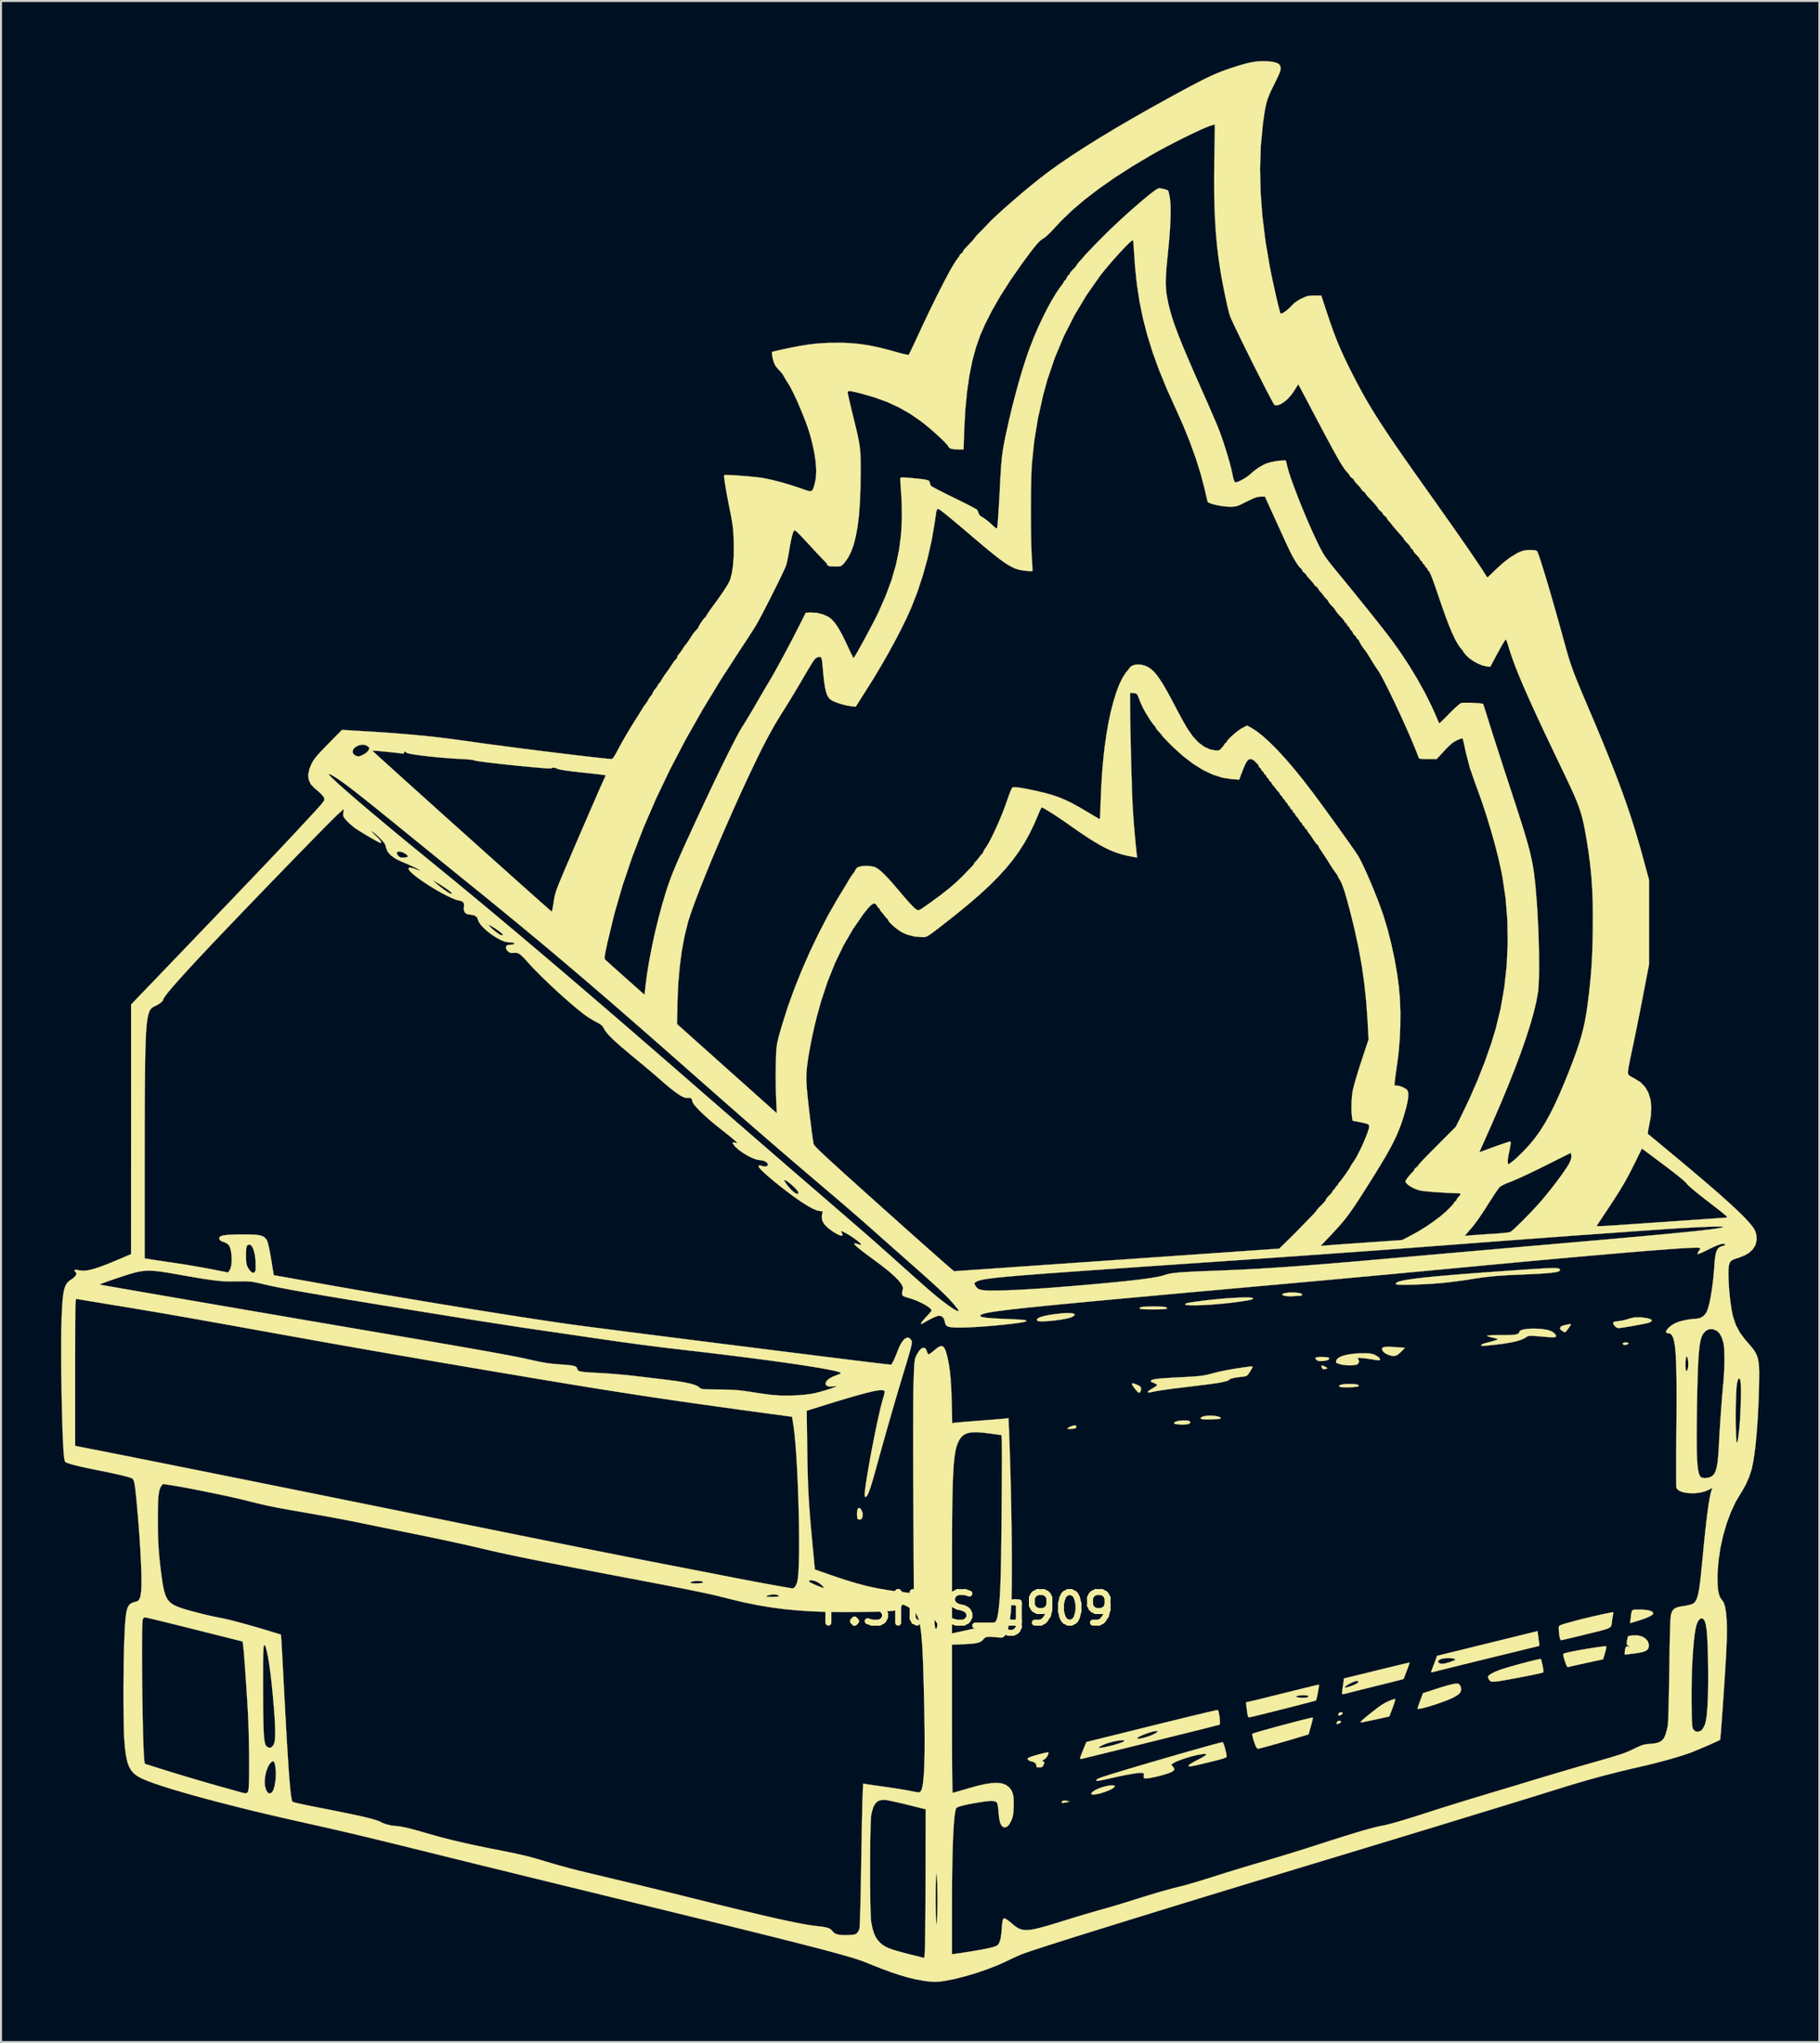
<source format=kicad_pcb>
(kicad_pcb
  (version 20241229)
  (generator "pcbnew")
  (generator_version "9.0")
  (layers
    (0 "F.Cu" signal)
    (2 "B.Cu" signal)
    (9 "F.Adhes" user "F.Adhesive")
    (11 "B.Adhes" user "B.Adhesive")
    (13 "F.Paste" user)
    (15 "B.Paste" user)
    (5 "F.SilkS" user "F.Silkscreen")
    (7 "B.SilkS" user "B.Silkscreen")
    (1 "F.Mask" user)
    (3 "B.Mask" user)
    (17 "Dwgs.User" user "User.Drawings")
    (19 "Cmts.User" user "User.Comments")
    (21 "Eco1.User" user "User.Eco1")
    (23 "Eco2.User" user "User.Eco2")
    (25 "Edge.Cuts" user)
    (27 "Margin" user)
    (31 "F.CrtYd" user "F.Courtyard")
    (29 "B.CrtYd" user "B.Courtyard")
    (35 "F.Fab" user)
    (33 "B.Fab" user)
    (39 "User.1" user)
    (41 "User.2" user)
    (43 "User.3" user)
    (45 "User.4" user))
  (footprint "F.SilkS_g909"
    (layer "F.Cu")
    (at 45.234 77.256)
    (property "Reference" "F.SilkS_g909" (at 0 0 0) (layer "F.SilkS") (effects (font (size 1.524 1.524) (thickness 0.3))))
    (attr through_hole)
    (fp_poly (pts (xy 4.988 9.592) (xy 5.101 9.623) (xy 4.974 9.654) (xy 4.814 9.685) (xy 4.727 9.682) (xy 4.708 9.646) (xy 4.71 9.641) (xy 4.769 9.585) (xy 4.884 9.573) (xy 4.988 9.592)) (stroke (width 0.01) (type solid)) (fill yes) (layer "F.SilkS"))
    (fp_poly (pts (xy 18.652 5.607) (xy 18.66 5.653) (xy 18.59 5.712) (xy 18.587 5.714) (xy 18.485 5.754) (xy 18.441 5.734) (xy 18.445 5.673) (xy 18.502 5.602) (xy 18.568 5.588) (xy 18.652 5.607)) (stroke (width 0.01) (type solid)) (fill yes) (layer "F.SilkS"))
    (fp_poly (pts (xy 18.736 5.183) (xy 18.745 5.23) (xy 18.675 5.288) (xy 18.672 5.29) (xy 18.57 5.331) (xy 18.526 5.31) (xy 18.53 5.249) (xy 18.586 5.178) (xy 18.653 5.165) (xy 18.736 5.183)) (stroke (width 0.01) (type solid)) (fill yes) (layer "F.SilkS"))
    (fp_poly (pts (xy 32.979 -13.28) (xy 33.017 -13.25) (xy 32.981 -13.212) (xy 32.925 -13.192) (xy 32.829 -13.17) (xy 32.78 -13.173) (xy 32.752 -13.194) (xy 32.724 -13.251) (xy 32.776 -13.284) (xy 32.872 -13.293) (xy 32.979 -13.28)) (stroke (width 0.01) (type solid)) (fill yes) (layer "F.SilkS"))
    (fp_poly (pts (xy 17.795 -12.12) (xy 17.871 -12.083) (xy 17.961 -12.032) (xy 17.973 -12.002) (xy 17.906 -11.977) (xy 17.861 -11.966) (xy 17.771 -11.962) (xy 17.715 -12.019) (xy 17.703 -12.045) (xy 17.679 -12.123) (xy 17.707 -12.147) (xy 17.795 -12.12)) (stroke (width 0.01) (type solid)) (fill yes) (layer "F.SilkS"))
    (fp_poly (pts (xy 5.451 -9.11) (xy 5.452 -9.065) (xy 5.418 -9.02) (xy 5.327 -8.993) (xy 5.217 -8.983) (xy 5.093 -8.98) (xy 5.013 -8.985) (xy 4.995 -8.993) (xy 5.029 -9.024) (xy 5.115 -9.076) (xy 5.162 -9.1) (xy 5.299 -9.152) (xy 5.4 -9.155) (xy 5.451 -9.11)) (stroke (width 0.01) (type solid)) (fill yes) (layer "F.SilkS"))
    (fp_poly (pts (xy -5.323 -4.993) (xy -5.272 -4.913) (xy -5.212 -4.73) (xy -5.233 -4.566) (xy -5.251 -4.527) (xy -5.32 -4.461) (xy -5.404 -4.45) (xy -5.47 -4.496) (xy -5.478 -4.512) (xy -5.495 -4.597) (xy -5.503 -4.72) (xy -5.503 -4.741) (xy -5.489 -4.91) (xy -5.45 -5.011) (xy -5.392 -5.04) (xy -5.323 -4.993)) (stroke (width 0.01) (type solid)) (fill yes) (layer "F.SilkS"))
    (fp_poly (pts (xy 8.341 -11.239) (xy 8.486 -11.181) (xy 8.604 -11.122) (xy 8.661 -11.066) (xy 8.678 -10.991) (xy 8.678 -10.972) (xy 8.659 -10.865) (xy 8.619 -10.799) (xy 8.578 -10.786) (xy 8.523 -10.817) (xy 8.442 -10.901) (xy 8.366 -10.995) (xy 8.262 -11.136) (xy 8.223 -11.222) (xy 8.249 -11.255) (xy 8.341 -11.239)) (stroke (width 0.01) (type solid)) (fill yes) (layer "F.SilkS"))
    (fp_poly (pts (xy 10.972 -9.4) (xy 11.077 -9.379) (xy 11.125 -9.337) (xy 11.134 -9.295) (xy 11.095 -9.246) (xy 10.988 -9.212) (xy 10.832 -9.195) (xy 10.641 -9.196) (xy 10.446 -9.217) (xy 10.348 -9.244) (xy 10.323 -9.28) (xy 10.361 -9.319) (xy 10.452 -9.356) (xy 10.584 -9.386) (xy 10.748 -9.402) (xy 10.797 -9.404) (xy 10.972 -9.4)) (stroke (width 0.01) (type solid)) (fill yes) (layer "F.SilkS"))
    (fp_poly (pts (xy 21.347 -13.067) (xy 21.523 -13.053) (xy 21.849 -13.026) (xy 21.647 -12.821) (xy 21.502 -12.691) (xy 21.373 -12.627) (xy 21.231 -12.621) (xy 21.05 -12.668) (xy 21.018 -12.679) (xy 20.877 -12.748) (xy 20.772 -12.835) (xy 20.713 -12.925) (xy 20.71 -13.004) (xy 20.768 -13.055) (xy 20.882 -13.075) (xy 21.077 -13.079) (xy 21.347 -13.067)) (stroke (width 0.01) (type solid)) (fill yes) (layer "F.SilkS"))
    (fp_poly (pts (xy 17.793 -12.571) (xy 17.929 -12.561) (xy 18.026 -12.544) (xy 18.057 -12.527) (xy 18.061 -12.461) (xy 17.985 -12.411) (xy 17.832 -12.378) (xy 17.749 -12.37) (xy 17.6 -12.365) (xy 17.508 -12.38) (xy 17.445 -12.42) (xy 17.429 -12.436) (xy 17.379 -12.5) (xy 17.389 -12.531) (xy 17.422 -12.547) (xy 17.512 -12.565) (xy 17.645 -12.572) (xy 17.793 -12.571)) (stroke (width 0.01) (type solid)) (fill yes) (layer "F.SilkS"))
    (fp_poly (pts (xy 19.289 -11.219) (xy 19.448 -11.2) (xy 19.532 -11.167) (xy 19.546 -11.119) (xy 19.5 -11.098) (xy 19.39 -11.08) (xy 19.237 -11.066) (xy 19.064 -11.058) (xy 18.891 -11.056) (xy 18.738 -11.061) (xy 18.629 -11.074) (xy 18.589 -11.087) (xy 18.562 -11.13) (xy 18.608 -11.168) (xy 18.717 -11.199) (xy 18.878 -11.219) (xy 19.052 -11.225) (xy 19.289 -11.219)) (stroke (width 0.01) (type solid)) (fill yes) (layer "F.SilkS"))
    (fp_poly (pts (xy 30.141 -14.205) (xy 30.141 -14.203) (xy 30.119 -14.157) (xy 30.062 -14.071) (xy 29.989 -13.969) (xy 29.917 -13.876) (xy 29.863 -13.814) (xy 29.847 -13.802) (xy 29.797 -13.822) (xy 29.709 -13.866) (xy 29.707 -13.867) (xy 29.612 -13.948) (xy 29.596 -14.031) (xy 29.66 -14.103) (xy 29.729 -14.132) (xy 29.865 -14.169) (xy 29.995 -14.196) (xy 30.095 -14.209) (xy 30.141 -14.205)) (stroke (width 0.01) (type solid)) (fill yes) (layer "F.SilkS"))
    (fp_poly (pts (xy 33.724 0.042) (xy 33.972 0.066) (xy 34.14 0.112) (xy 34.23 0.179) (xy 34.248 0.236) (xy 34.208 0.294) (xy 34.093 0.366) (xy 33.912 0.448) (xy 33.674 0.536) (xy 33.449 0.608) (xy 33.095 0.716) (xy 33.125 0.435) (xy 33.147 0.252) (xy 33.171 0.137) (xy 33.208 0.074) (xy 33.269 0.047) (xy 33.366 0.039) (xy 33.395 0.039) (xy 33.724 0.042)) (stroke (width 0.01) (type solid)) (fill yes) (layer "F.SilkS"))
    (fp_poly (pts (xy 7.359 8.835) (xy 7.36 8.88) (xy 7.295 8.942) (xy 7.169 9.016) (xy 6.986 9.097) (xy 6.85 9.147) (xy 6.644 9.211) (xy 6.461 9.253) (xy 6.315 9.27) (xy 6.22 9.263) (xy 6.189 9.228) (xy 6.19 9.221) (xy 6.255 9.139) (xy 6.384 9.053) (xy 6.561 8.969) (xy 6.767 8.896) (xy 6.983 8.841) (xy 7.144 8.816) (xy 7.289 8.812) (xy 7.359 8.835)) (stroke (width 0.01) (type solid)) (fill yes) (layer "F.SilkS"))
    (fp_poly (pts (xy 12.217 -9.642) (xy 12.379 -9.627) (xy 12.518 -9.6) (xy 12.615 -9.565) (xy 12.656 -9.524) (xy 12.644 -9.497) (xy 12.589 -9.482) (xy 12.473 -9.47) (xy 12.316 -9.46) (xy 12.14 -9.454) (xy 11.969 -9.452) (xy 11.824 -9.456) (xy 11.727 -9.465) (xy 11.713 -9.468) (xy 11.652 -9.504) (xy 11.665 -9.547) (xy 11.744 -9.59) (xy 11.882 -9.625) (xy 11.885 -9.626) (xy 12.046 -9.642) (xy 12.217 -9.642)) (stroke (width 0.01) (type solid)) (fill yes) (layer "F.SilkS"))
    (fp_poly (pts (xy 16.438 -15.782) (xy 16.611 -15.756) (xy 16.704 -15.715) (xy 16.722 -15.679) (xy 16.684 -15.636) (xy 16.57 -15.621) (xy 16.558 -15.621) (xy 16.413 -15.617) (xy 16.281 -15.607) (xy 16.272 -15.606) (xy 16.151 -15.6) (xy 16.001 -15.605) (xy 15.96 -15.608) (xy 15.809 -15.633) (xy 15.735 -15.666) (xy 15.731 -15.704) (xy 15.791 -15.74) (xy 15.908 -15.769) (xy 16.076 -15.787) (xy 16.19 -15.79) (xy 16.438 -15.782)) (stroke (width 0.01) (type solid)) (fill yes) (layer "F.SilkS"))
    (fp_poly (pts (xy 9.57 -15.089) (xy 9.771 -15.079) (xy 9.9 -15.06) (xy 9.966 -15.033) (xy 9.974 -14.995) (xy 9.97 -14.986) (xy 9.918 -14.97) (xy 9.792 -14.957) (xy 9.602 -14.948) (xy 9.359 -14.944) (xy 9.292 -14.944) (xy 9.038 -14.946) (xy 8.834 -14.954) (xy 8.691 -14.966) (xy 8.62 -14.982) (xy 8.615 -14.986) (xy 8.612 -15.026) (xy 8.666 -15.055) (xy 8.781 -15.075) (xy 8.967 -15.087) (xy 9.228 -15.092) (xy 9.292 -15.092) (xy 9.57 -15.089)) (stroke (width 0.01) (type solid)) (fill yes) (layer "F.SilkS"))
    (fp_poly (pts (xy 5.267 -14.746) (xy 5.351 -14.716) (xy 5.368 -14.672) (xy 5.311 -14.614) (xy 5.229 -14.568) (xy 5.107 -14.524) (xy 4.931 -14.482) (xy 4.716 -14.443) (xy 4.479 -14.408) (xy 4.236 -14.38) (xy 4.003 -14.36) (xy 3.796 -14.349) (xy 3.632 -14.351) (xy 3.526 -14.366) (xy 3.5 -14.379) (xy 3.478 -14.443) (xy 3.536 -14.507) (xy 3.672 -14.569) (xy 3.88 -14.626) (xy 4.071 -14.664) (xy 4.393 -14.713) (xy 4.68 -14.745) (xy 4.925 -14.761) (xy 5.123 -14.761) (xy 5.267 -14.746)) (stroke (width 0.01) (type solid)) (fill yes) (layer "F.SilkS"))
    (fp_poly (pts (xy 33.951 -14.506) (xy 34.104 -14.461) (xy 34.175 -14.41) (xy 34.163 -14.356) (xy 34.067 -14.299) (xy 34.025 -14.283) (xy 33.928 -14.257) (xy 33.769 -14.223) (xy 33.565 -14.183) (xy 33.336 -14.14) (xy 33.101 -14.099) (xy 32.879 -14.062) (xy 32.689 -14.033) (xy 32.55 -14.016) (xy 32.495 -14.012) (xy 32.401 -14.048) (xy 32.305 -14.142) (xy 32.303 -14.144) (xy 32.249 -14.23) (xy 32.244 -14.287) (xy 32.299 -14.324) (xy 32.421 -14.35) (xy 32.554 -14.365) (xy 32.74 -14.397) (xy 32.935 -14.448) (xy 33.017 -14.477) (xy 33.299 -14.546) (xy 33.629 -14.552) (xy 33.951 -14.506)) (stroke (width 0.01) (type solid)) (fill yes) (layer "F.SilkS"))
    (fp_poly (pts (xy 24.543 3.752) (xy 24.602 3.821) (xy 24.648 3.93) (xy 24.65 3.937) (xy 24.658 4.07) (xy 24.603 4.189) (xy 24.478 4.304) (xy 24.276 4.422) (xy 24.267 4.427) (xy 24.101 4.504) (xy 23.897 4.586) (xy 23.668 4.671) (xy 23.429 4.754) (xy 23.191 4.831) (xy 22.968 4.897) (xy 22.773 4.95) (xy 22.618 4.984) (xy 22.516 4.996) (xy 22.481 4.982) (xy 22.496 4.922) (xy 22.535 4.804) (xy 22.59 4.649) (xy 22.619 4.572) (xy 22.754 4.212) (xy 23.368 4.011) (xy 23.722 3.898) (xy 24.004 3.816) (xy 24.222 3.762) (xy 24.381 3.735) (xy 24.488 3.734) (xy 24.543 3.752)) (stroke (width 0.01) (type solid)) (fill yes) (layer "F.SilkS"))
    (fp_poly (pts (xy 21.368 4.505) (xy 21.363 4.551) (xy 21.333 4.659) (xy 21.282 4.811) (xy 21.232 4.949) (xy 21.073 5.372) (xy 20.771 5.44) (xy 20.619 5.474) (xy 20.435 5.514) (xy 20.237 5.556) (xy 20.043 5.597) (xy 19.871 5.632) (xy 19.74 5.659) (xy 19.667 5.672) (xy 19.659 5.673) (xy 19.644 5.642) (xy 19.644 5.641) (xy 19.677 5.601) (xy 19.764 5.522) (xy 19.891 5.413) (xy 20.046 5.286) (xy 20.214 5.151) (xy 20.384 5.02) (xy 20.54 4.902) (xy 20.669 4.81) (xy 20.728 4.771) (xy 20.87 4.69) (xy 21.024 4.614) (xy 21.171 4.552) (xy 21.289 4.512) (xy 21.36 4.502) (xy 21.368 4.505)) (stroke (width 0.01) (type solid)) (fill yes) (layer "F.SilkS"))
    (fp_poly (pts (xy 31.903 1.875) (xy 31.904 1.924) (xy 31.883 2.033) (xy 31.845 2.179) (xy 31.836 2.209) (xy 31.744 2.519) (xy 30.89 2.705) (xy 30.63 2.762) (xy 30.397 2.814) (xy 30.204 2.857) (xy 30.065 2.89) (xy 29.992 2.908) (xy 29.985 2.91) (xy 29.947 2.881) (xy 29.896 2.778) (xy 29.835 2.611) (xy 29.831 2.596) (xy 29.778 2.416) (xy 29.757 2.302) (xy 29.766 2.245) (xy 29.775 2.237) (xy 29.849 2.211) (xy 29.988 2.176) (xy 30.178 2.136) (xy 30.405 2.091) (xy 30.655 2.045) (xy 30.916 2) (xy 31.172 1.958) (xy 31.41 1.922) (xy 31.615 1.893) (xy 31.776 1.875) (xy 31.876 1.87) (xy 31.903 1.875)) (stroke (width 0.01) (type solid)) (fill yes) (layer "F.SilkS"))
    (fp_poly (pts (xy 4.055 7.226) (xy 4.017 7.319) (xy 3.951 7.42) (xy 3.871 7.501) (xy 3.837 7.524) (xy 3.757 7.573) (xy 3.75 7.6) (xy 3.778 7.61) (xy 3.837 7.637) (xy 3.846 7.693) (xy 3.807 7.8) (xy 3.803 7.809) (xy 3.751 7.883) (xy 3.668 7.913) (xy 3.596 7.916) (xy 3.493 7.91) (xy 3.454 7.883) (xy 3.458 7.837) (xy 3.441 7.756) (xy 3.369 7.679) (xy 3.269 7.628) (xy 3.216 7.62) (xy 3.131 7.595) (xy 3.067 7.556) (xy 3.011 7.505) (xy 3.022 7.467) (xy 3.06 7.434) (xy 3.123 7.405) (xy 3.244 7.363) (xy 3.401 7.315) (xy 3.575 7.266) (xy 3.747 7.222) (xy 3.896 7.187) (xy 4.003 7.167) (xy 4.048 7.167) (xy 4.055 7.226)) (stroke (width 0.01) (type solid)) (fill yes) (layer "F.SilkS"))
    (fp_poly (pts (xy 14.022 -15.541) (xy 14.173 -15.532) (xy 14.254 -15.513) (xy 14.266 -15.499) (xy 14.257 -15.472) (xy 14.221 -15.448) (xy 14.148 -15.425) (xy 14.027 -15.4) (xy 13.845 -15.37) (xy 13.591 -15.332) (xy 13.556 -15.327) (xy 13.239 -15.285) (xy 12.905 -15.248) (xy 12.566 -15.216) (xy 12.231 -15.189) (xy 11.911 -15.169) (xy 11.616 -15.155) (xy 11.357 -15.149) (xy 11.144 -15.15) (xy 10.987 -15.16) (xy 10.897 -15.178) (xy 10.88 -15.195) (xy 10.889 -15.22) (xy 10.924 -15.243) (xy 10.998 -15.264) (xy 11.123 -15.288) (xy 11.31 -15.317) (xy 11.493 -15.343) (xy 11.848 -15.389) (xy 12.21 -15.43) (xy 12.572 -15.466) (xy 12.922 -15.496) (xy 13.252 -15.518) (xy 13.552 -15.534) (xy 13.812 -15.542) (xy 14.022 -15.541)) (stroke (width 0.01) (type solid)) (fill yes) (layer "F.SilkS"))
    (fp_poly (pts (xy 33.49 1.329) (xy 33.701 1.387) (xy 33.869 1.49) (xy 33.983 1.632) (xy 34.03 1.802) (xy 34.028 1.868) (xy 34.001 1.976) (xy 33.936 2.058) (xy 33.822 2.122) (xy 33.649 2.172) (xy 33.405 2.215) (xy 33.335 2.224) (xy 33.145 2.249) (xy 32.986 2.269) (xy 32.876 2.282) (xy 32.836 2.286) (xy 32.821 2.249) (xy 32.824 2.156) (xy 32.831 2.106) (xy 32.857 1.967) (xy 32.886 1.895) (xy 32.929 1.873) (xy 32.992 1.883) (xy 33.084 1.907) (xy 32.994 1.841) (xy 32.941 1.791) (xy 32.923 1.726) (xy 32.934 1.618) (xy 32.941 1.579) (xy 32.966 1.46) (xy 32.987 1.381) (xy 32.994 1.366) (xy 33.042 1.353) (xy 33.148 1.337) (xy 33.248 1.325) (xy 33.49 1.329)) (stroke (width 0.01) (type solid)) (fill yes) (layer "F.SilkS"))
    (fp_poly (pts (xy 17.251 5.475) (xy 17.228 5.583) (xy 17.189 5.736) (xy 17.156 5.856) (xy 17.042 6.266) (xy 16.681 6.376) (xy 16.434 6.45) (xy 16.161 6.531) (xy 15.875 6.614) (xy 15.587 6.697) (xy 15.31 6.775) (xy 15.056 6.846) (xy 14.836 6.905) (xy 14.665 6.951) (xy 14.553 6.978) (xy 14.516 6.985) (xy 14.455 6.946) (xy 14.394 6.838) (xy 14.381 6.805) (xy 14.308 6.595) (xy 14.257 6.421) (xy 14.232 6.298) (xy 14.236 6.239) (xy 14.237 6.239) (xy 14.287 6.217) (xy 14.407 6.178) (xy 14.585 6.125) (xy 14.811 6.06) (xy 15.073 5.987) (xy 15.361 5.908) (xy 15.663 5.826) (xy 15.967 5.745) (xy 16.264 5.667) (xy 16.541 5.595) (xy 16.788 5.532) (xy 16.994 5.482) (xy 17.147 5.447) (xy 17.237 5.43) (xy 17.256 5.43) (xy 17.251 5.475)) (stroke (width 0.01) (type solid)) (fill yes) (layer "F.SilkS"))
    (fp_poly (pts (xy 19.927 -12.754) (xy 20.084 -12.746) (xy 20.201 -12.727) (xy 20.301 -12.695) (xy 20.371 -12.664) (xy 20.508 -12.582) (xy 20.59 -12.501) (xy 20.608 -12.432) (xy 20.595 -12.41) (xy 20.545 -12.406) (xy 20.434 -12.416) (xy 20.286 -12.439) (xy 20.266 -12.443) (xy 20.066 -12.475) (xy 19.856 -12.504) (xy 19.706 -12.519) (xy 19.568 -12.528) (xy 19.501 -12.523) (xy 19.491 -12.502) (xy 19.505 -12.484) (xy 19.557 -12.381) (xy 19.542 -12.275) (xy 19.465 -12.198) (xy 19.449 -12.191) (xy 19.316 -12.163) (xy 19.132 -12.153) (xy 18.929 -12.159) (xy 18.739 -12.182) (xy 18.605 -12.214) (xy 18.499 -12.252) (xy 18.434 -12.274) (xy 18.426 -12.276) (xy 18.417 -12.312) (xy 18.415 -12.358) (xy 18.456 -12.461) (xy 18.572 -12.553) (xy 18.755 -12.63) (xy 18.997 -12.691) (xy 19.289 -12.734) (xy 19.622 -12.754) (xy 19.708 -12.755) (xy 19.927 -12.754)) (stroke (width 0.01) (type solid)) (fill yes) (layer "F.SilkS"))
    (fp_poly (pts (xy 28.638 2.504) (xy 28.655 2.552) (xy 28.684 2.661) (xy 28.717 2.809) (xy 28.723 2.836) (xy 28.756 3.017) (xy 28.762 3.128) (xy 28.743 3.176) (xy 28.743 3.176) (xy 28.683 3.195) (xy 28.554 3.227) (xy 28.368 3.268) (xy 28.14 3.315) (xy 27.882 3.367) (xy 27.609 3.42) (xy 27.334 3.473) (xy 27.07 3.521) (xy 26.831 3.563) (xy 26.631 3.597) (xy 26.482 3.618) (xy 26.433 3.624) (xy 26.274 3.636) (xy 26.177 3.635) (xy 26.119 3.615) (xy 26.076 3.571) (xy 26.062 3.552) (xy 26.011 3.461) (xy 25.993 3.399) (xy 26.032 3.33) (xy 26.146 3.247) (xy 26.323 3.156) (xy 26.555 3.062) (xy 26.755 2.993) (xy 26.947 2.934) (xy 27.174 2.868) (xy 27.422 2.798) (xy 27.678 2.729) (xy 27.929 2.663) (xy 28.161 2.604) (xy 28.361 2.555) (xy 28.516 2.521) (xy 28.612 2.504) (xy 28.638 2.504)) (stroke (width 0.01) (type solid)) (fill yes) (layer "F.SilkS"))
    (fp_poly (pts (xy 28.496 1.308) (xy 28.519 1.474) (xy 28.54 1.641) (xy 28.544 1.674) (xy 28.565 1.846) (xy 25.913 2.496) (xy 25.453 2.609) (xy 25.016 2.717) (xy 24.609 2.817) (xy 24.24 2.908) (xy 23.916 2.989) (xy 23.644 3.056) (xy 23.431 3.11) (xy 23.283 3.147) (xy 23.209 3.166) (xy 23.202 3.168) (xy 23.16 3.163) (xy 23.164 3.129) (xy 23.188 3.065) (xy 23.234 2.942) (xy 23.293 2.784) (xy 23.322 2.707) (xy 23.349 2.635) (xy 23.5 2.635) (xy 23.544 2.699) (xy 23.546 2.701) (xy 23.646 2.745) (xy 23.806 2.738) (xy 24.03 2.679) (xy 24.061 2.669) (xy 24.232 2.608) (xy 24.331 2.565) (xy 24.367 2.533) (xy 24.349 2.508) (xy 24.318 2.493) (xy 24.189 2.466) (xy 24.016 2.459) (xy 23.835 2.469) (xy 23.682 2.497) (xy 23.62 2.52) (xy 23.523 2.581) (xy 23.5 2.635) (xy 23.349 2.635) (xy 23.457 2.345) (xy 25.963 1.729) (xy 28.469 1.113) (xy 28.496 1.308)) (stroke (width 0.01) (type solid)) (fill yes) (layer "F.SilkS"))
    (fp_poly (pts (xy 32.251 0.205) (xy 32.24 0.286) (xy 32.218 0.407) (xy 32.196 0.552) (xy 32.193 0.572) (xy 32.18 0.682) (xy 32.169 0.77) (xy 32.151 0.84) (xy 32.117 0.896) (xy 32.058 0.944) (xy 31.967 0.988) (xy 31.833 1.034) (xy 31.648 1.085) (xy 31.403 1.146) (xy 31.089 1.223) (xy 30.911 1.267) (xy 30.602 1.343) (xy 30.318 1.412) (xy 30.071 1.471) (xy 29.871 1.518) (xy 29.728 1.551) (xy 29.654 1.566) (xy 29.647 1.567) (xy 29.611 1.529) (xy 29.579 1.432) (xy 29.565 1.365) (xy 29.545 1.202) (xy 29.533 1.04) (xy 29.531 1) (xy 29.529 0.943) (xy 29.533 0.899) (xy 29.552 0.862) (xy 29.596 0.828) (xy 29.675 0.793) (xy 29.799 0.752) (xy 29.978 0.701) (xy 30.222 0.634) (xy 30.438 0.575) (xy 30.602 0.532) (xy 30.811 0.48) (xy 31.048 0.424) (xy 31.299 0.366) (xy 31.549 0.309) (xy 31.782 0.258) (xy 31.983 0.216) (xy 32.137 0.185) (xy 32.228 0.17) (xy 32.242 0.169) (xy 32.251 0.205)) (stroke (width 0.01) (type solid)) (fill yes) (layer "F.SilkS"))
    (fp_poly (pts (xy 22.075 2.723) (xy 22.041 2.821) (xy 21.992 2.957) (xy 21.935 3.111) (xy 21.877 3.263) (xy 21.827 3.393) (xy 21.792 3.479) (xy 21.78 3.503) (xy 21.739 3.516) (xy 21.625 3.546) (xy 21.447 3.592) (xy 21.215 3.651) (xy 20.938 3.72) (xy 20.625 3.798) (xy 20.316 3.875) (xy 19.975 3.96) (xy 19.659 4.038) (xy 19.376 4.109) (xy 19.138 4.169) (xy 18.953 4.215) (xy 18.832 4.246) (xy 18.785 4.259) (xy 18.723 4.254) (xy 18.711 4.226) (xy 18.717 4.16) (xy 18.732 4.034) (xy 18.746 3.923) (xy 18.847 3.923) (xy 18.874 3.933) (xy 18.966 3.917) (xy 19.09 3.882) (xy 19.246 3.825) (xy 19.339 3.786) (xy 19.466 3.717) (xy 19.529 3.657) (xy 19.522 3.615) (xy 19.442 3.598) (xy 19.437 3.598) (xy 19.348 3.619) (xy 19.218 3.673) (xy 19.076 3.744) (xy 18.952 3.818) (xy 18.875 3.88) (xy 18.874 3.881) (xy 18.847 3.923) (xy 18.746 3.923) (xy 18.753 3.872) (xy 18.76 3.823) (xy 18.808 3.476) (xy 20.442 3.076) (xy 20.8 2.988) (xy 21.132 2.908) (xy 21.428 2.836) (xy 21.679 2.776) (xy 21.878 2.729) (xy 22.015 2.698) (xy 22.081 2.684) (xy 22.086 2.684) (xy 22.075 2.723)) (stroke (width 0.01) (type solid)) (fill yes) (layer "F.SilkS"))
    (fp_poly (pts (xy 29.355 -17.008) (xy 29.456 -17.001) (xy 29.524 -16.989) (xy 29.565 -16.971) (xy 29.585 -16.948) (xy 29.591 -16.919) (xy 29.591 -16.914) (xy 29.576 -16.877) (xy 29.528 -16.845) (xy 29.441 -16.817) (xy 29.308 -16.792) (xy 29.123 -16.769) (xy 28.88 -16.748) (xy 28.574 -16.728) (xy 28.198 -16.708) (xy 27.747 -16.688) (xy 27.517 -16.679) (xy 26.979 -16.654) (xy 26.506 -16.623) (xy 26.077 -16.584) (xy 25.671 -16.535) (xy 25.269 -16.475) (xy 25.116 -16.449) (xy 24.937 -16.42) (xy 24.698 -16.386) (xy 24.426 -16.349) (xy 24.144 -16.313) (xy 23.994 -16.295) (xy 23.742 -16.268) (xy 23.457 -16.244) (xy 23.153 -16.223) (xy 22.84 -16.205) (xy 22.53 -16.191) (xy 22.236 -16.181) (xy 21.969 -16.175) (xy 21.74 -16.174) (xy 21.562 -16.179) (xy 21.447 -16.189) (xy 21.406 -16.203) (xy 21.4 -16.243) (xy 21.435 -16.283) (xy 21.513 -16.322) (xy 21.638 -16.36) (xy 21.813 -16.399) (xy 22.041 -16.438) (xy 22.325 -16.478) (xy 22.669 -16.52) (xy 23.074 -16.563) (xy 23.545 -16.608) (xy 24.085 -16.655) (xy 24.696 -16.705) (xy 25.381 -16.758) (xy 26.145 -16.814) (xy 26.989 -16.874) (xy 27.178 -16.887) (xy 27.691 -16.923) (xy 28.126 -16.952) (xy 28.49 -16.975) (xy 28.788 -16.992) (xy 29.027 -17.003) (xy 29.214 -17.009) (xy 29.355 -17.008)) (stroke (width 0.01) (type solid)) (fill yes) (layer "F.SilkS"))
    (fp_poly (pts (xy 28.679 -13.97) (xy 28.968 -13.922) (xy 29.185 -13.846) (xy 29.325 -13.742) (xy 29.334 -13.732) (xy 29.391 -13.643) (xy 29.39 -13.587) (xy 29.326 -13.558) (xy 29.191 -13.554) (xy 29.046 -13.562) (xy 28.728 -13.588) (xy 28.483 -13.608) (xy 28.301 -13.621) (xy 28.169 -13.626) (xy 28.076 -13.624) (xy 28.012 -13.615) (xy 27.964 -13.598) (xy 27.922 -13.572) (xy 27.874 -13.539) (xy 27.866 -13.533) (xy 27.698 -13.447) (xy 27.451 -13.367) (xy 27.135 -13.295) (xy 26.754 -13.232) (xy 26.387 -13.186) (xy 26.122 -13.159) (xy 25.93 -13.14) (xy 25.8 -13.13) (xy 25.718 -13.128) (xy 25.674 -13.134) (xy 25.657 -13.147) (xy 25.654 -13.164) (xy 25.691 -13.198) (xy 25.784 -13.238) (xy 25.834 -13.252) (xy 26.089 -13.321) (xy 26.272 -13.372) (xy 26.391 -13.41) (xy 26.458 -13.437) (xy 26.48 -13.456) (xy 26.479 -13.463) (xy 26.431 -13.486) (xy 26.324 -13.517) (xy 26.205 -13.543) (xy 26.072 -13.575) (xy 25.98 -13.607) (xy 25.95 -13.63) (xy 25.99 -13.642) (xy 26.101 -13.652) (xy 26.268 -13.659) (xy 26.478 -13.661) (xy 26.638 -13.661) (xy 26.956 -13.662) (xy 27.198 -13.671) (xy 27.371 -13.691) (xy 27.483 -13.722) (xy 27.543 -13.767) (xy 27.559 -13.818) (xy 27.6 -13.882) (xy 27.717 -13.932) (xy 27.903 -13.967) (xy 28.151 -13.986) (xy 28.321 -13.988) (xy 28.679 -13.97)) (stroke (width 0.01) (type solid)) (fill yes) (layer "F.SilkS"))
    (fp_poly (pts (xy 17.558 3.831) (xy 17.545 3.937) (xy 17.522 4.081) (xy 17.493 4.238) (xy 17.463 4.387) (xy 17.435 4.504) (xy 17.415 4.568) (xy 17.412 4.572) (xy 17.366 4.588) (xy 17.249 4.62) (xy 17.071 4.668) (xy 16.843 4.728) (xy 16.575 4.797) (xy 16.278 4.873) (xy 15.963 4.953) (xy 15.641 5.035) (xy 15.322 5.115) (xy 15.016 5.191) (xy 14.735 5.261) (xy 14.489 5.321) (xy 14.289 5.369) (xy 14.145 5.402) (xy 14.069 5.418) (xy 14.06 5.419) (xy 14.026 5.382) (xy 14 5.302) (xy 13.982 5.197) (xy 13.961 5.045) (xy 13.947 4.925) (xy 13.918 4.665) (xy 14.145 4.616) (xy 14.237 4.595) (xy 14.401 4.556) (xy 14.625 4.502) (xy 14.9 4.434) (xy 15.106 4.384) (xy 16.403 4.384) (xy 16.447 4.406) (xy 16.55 4.429) (xy 16.693 4.439) (xy 16.841 4.438) (xy 16.961 4.424) (xy 17.012 4.407) (xy 17.041 4.367) (xy 17.002 4.336) (xy 16.911 4.317) (xy 16.784 4.31) (xy 16.637 4.319) (xy 16.506 4.34) (xy 16.417 4.364) (xy 16.403 4.384) (xy 15.106 4.384) (xy 15.214 4.357) (xy 15.558 4.272) (xy 15.92 4.182) (xy 15.96 4.172) (xy 16.312 4.084) (xy 16.638 4.004) (xy 16.928 3.933) (xy 17.174 3.873) (xy 17.366 3.827) (xy 17.496 3.797) (xy 17.555 3.785) (xy 17.557 3.785) (xy 17.558 3.831)) (stroke (width 0.01) (type solid)) (fill yes) (layer "F.SilkS"))
    (fp_poly (pts (xy 14.236 -12.095) (xy 14.246 -12.069) (xy 14.22 -12.014) (xy 14.163 -11.916) (xy 14.086 -11.793) (xy 14.065 -11.761) (xy 14.004 -11.677) (xy 13.943 -11.627) (xy 13.855 -11.6) (xy 13.714 -11.583) (xy 13.681 -11.58) (xy 13.463 -11.554) (xy 13.282 -11.52) (xy 13.152 -11.483) (xy 13.086 -11.444) (xy 13.081 -11.432) (xy 13.043 -11.405) (xy 12.943 -11.369) (xy 12.802 -11.331) (xy 12.791 -11.329) (xy 12.711 -11.311) (xy 12.628 -11.294) (xy 12.534 -11.278) (xy 12.419 -11.26) (xy 12.276 -11.239) (xy 12.096 -11.215) (xy 11.87 -11.186) (xy 11.59 -11.151) (xy 11.248 -11.109) (xy 10.834 -11.059) (xy 10.579 -11.028) (xy 10.293 -10.993) (xy 10.014 -10.955) (xy 9.761 -10.919) (xy 9.553 -10.887) (xy 9.409 -10.861) (xy 9.401 -10.859) (xy 9.221 -10.822) (xy 9.108 -10.802) (xy 9.047 -10.799) (xy 9.021 -10.811) (xy 9.017 -10.833) (xy 9.051 -10.872) (xy 9.14 -10.936) (xy 9.25 -11.003) (xy 9.371 -11.077) (xy 9.455 -11.138) (xy 9.483 -11.172) (xy 9.447 -11.208) (xy 9.357 -11.258) (xy 9.303 -11.281) (xy 9.197 -11.327) (xy 9.16 -11.359) (xy 9.179 -11.392) (xy 9.199 -11.408) (xy 9.245 -11.432) (xy 9.317 -11.453) (xy 9.423 -11.472) (xy 9.574 -11.49) (xy 9.777 -11.507) (xy 10.041 -11.525) (xy 10.375 -11.544) (xy 10.626 -11.557) (xy 10.972 -11.576) (xy 11.248 -11.592) (xy 11.469 -11.609) (xy 11.65 -11.627) (xy 11.805 -11.649) (xy 11.948 -11.677) (xy 12.096 -11.712) (xy 12.261 -11.756) (xy 12.319 -11.771) (xy 12.618 -11.845) (xy 12.98 -11.919) (xy 13.382 -11.989) (xy 13.804 -12.052) (xy 14.047 -12.084) (xy 14.175 -12.098) (xy 14.236 -12.095)) (stroke (width 0.01) (type solid)) (fill yes) (layer "F.SilkS"))
    (fp_poly (pts (xy 12.533 5.097) (xy 12.562 5.202) (xy 12.587 5.343) (xy 12.606 5.495) (xy 12.616 5.635) (xy 12.613 5.739) (xy 12.597 5.782) (xy 12.543 5.797) (xy 12.416 5.83) (xy 12.221 5.879) (xy 11.968 5.943) (xy 11.662 6.02) (xy 11.312 6.107) (xy 10.925 6.204) (xy 10.508 6.307) (xy 10.069 6.416) (xy 9.615 6.529) (xy 9.153 6.643) (xy 8.691 6.758) (xy 8.236 6.87) (xy 7.796 6.978) (xy 7.377 7.081) (xy 6.988 7.177) (xy 6.636 7.263) (xy 6.328 7.339) (xy 6.072 7.401) (xy 5.874 7.449) (xy 5.743 7.48) (xy 5.685 7.493) (xy 5.683 7.493) (xy 5.634 7.473) (xy 5.63 7.461) (xy 5.645 7.411) (xy 5.686 7.301) (xy 5.745 7.149) (xy 5.789 7.039) (xy 5.835 6.927) (xy 6.562 6.927) (xy 6.6 6.94) (xy 6.706 6.931) (xy 6.865 6.904) (xy 7.063 6.861) (xy 7.288 6.805) (xy 7.355 6.786) (xy 7.534 6.733) (xy 7.687 6.681) (xy 7.793 6.637) (xy 7.821 6.621) (xy 7.849 6.581) (xy 7.81 6.561) (xy 7.716 6.559) (xy 7.581 6.573) (xy 7.419 6.601) (xy 7.243 6.639) (xy 7.066 6.687) (xy 6.902 6.741) (xy 6.765 6.799) (xy 6.763 6.8) (xy 6.65 6.861) (xy 6.577 6.909) (xy 6.562 6.927) (xy 5.835 6.927) (xy 5.948 6.649) (xy 6.661 6.472) (xy 8.485 6.472) (xy 8.539 6.486) (xy 8.653 6.474) (xy 8.807 6.441) (xy 8.982 6.39) (xy 9.16 6.326) (xy 9.24 6.293) (xy 9.391 6.218) (xy 9.483 6.157) (xy 9.51 6.115) (xy 9.466 6.097) (xy 9.453 6.097) (xy 9.337 6.111) (xy 9.184 6.148) (xy 9.013 6.202) (xy 8.842 6.265) (xy 8.686 6.331) (xy 8.564 6.393) (xy 8.494 6.444) (xy 8.485 6.472) (xy 6.661 6.472) (xy 9.203 5.842) (xy 9.713 5.715) (xy 10.2 5.596) (xy 10.657 5.484) (xy 11.079 5.381) (xy 11.458 5.29) (xy 11.788 5.211) (xy 12.063 5.146) (xy 12.278 5.097) (xy 12.424 5.064) (xy 12.497 5.05) (xy 12.504 5.05) (xy 12.533 5.097)) (stroke (width 0.01) (type solid)) (fill yes) (layer "F.SilkS"))
    (fp_poly (pts (xy 12.782 6.702) (xy 12.82 6.806) (xy 12.863 6.946) (xy 12.903 7.1) (xy 12.935 7.244) (xy 12.951 7.355) (xy 12.952 7.372) (xy 12.938 7.401) (xy 12.886 7.432) (xy 12.787 7.469) (xy 12.633 7.515) (xy 12.414 7.573) (xy 12.16 7.635) (xy 11.829 7.716) (xy 11.57 7.777) (xy 11.375 7.821) (xy 11.236 7.849) (xy 11.143 7.862) (xy 11.087 7.863) (xy 11.058 7.853) (xy 11.049 7.833) (xy 11.049 7.825) (xy 11.085 7.784) (xy 11.182 7.717) (xy 11.326 7.633) (xy 11.493 7.545) (xy 11.719 7.428) (xy 11.865 7.339) (xy 11.931 7.278) (xy 11.917 7.246) (xy 11.824 7.241) (xy 11.651 7.264) (xy 11.451 7.303) (xy 11.243 7.353) (xy 11.014 7.419) (xy 10.785 7.493) (xy 10.575 7.569) (xy 10.405 7.64) (xy 10.295 7.699) (xy 10.285 7.706) (xy 10.182 7.784) (xy 10.272 7.882) (xy 10.333 7.972) (xy 10.327 8.047) (xy 10.248 8.116) (xy 10.124 8.177) (xy 9.976 8.231) (xy 9.781 8.29) (xy 9.56 8.349) (xy 9.339 8.401) (xy 9.14 8.441) (xy 8.987 8.464) (xy 8.938 8.467) (xy 8.842 8.461) (xy 8.81 8.428) (xy 8.819 8.346) (xy 8.819 8.343) (xy 8.823 8.243) (xy 8.778 8.195) (xy 8.776 8.194) (xy 8.682 8.185) (xy 8.514 8.196) (xy 8.28 8.229) (xy 7.988 8.28) (xy 7.644 8.349) (xy 7.294 8.427) (xy 7.003 8.493) (xy 6.784 8.54) (xy 6.629 8.571) (xy 6.527 8.586) (xy 6.468 8.586) (xy 6.443 8.573) (xy 6.443 8.549) (xy 6.444 8.544) (xy 6.49 8.504) (xy 6.593 8.453) (xy 6.691 8.414) (xy 6.849 8.362) (xy 7.068 8.292) (xy 7.341 8.208) (xy 7.661 8.111) (xy 8.019 8.003) (xy 8.408 7.887) (xy 8.82 7.766) (xy 9.247 7.64) (xy 9.682 7.513) (xy 10.116 7.387) (xy 10.543 7.264) (xy 10.954 7.146) (xy 11.342 7.036) (xy 11.698 6.935) (xy 12.015 6.847) (xy 12.286 6.773) (xy 12.502 6.715) (xy 12.657 6.676) (xy 12.741 6.658) (xy 12.754 6.657) (xy 12.782 6.702)) (stroke (width 0.01) (type solid)) (fill yes) (layer "F.SilkS"))
    (fp_poly (pts (xy 14.901 -77.249) (xy 14.946 -77.247) (xy 15.227 -77.221) (xy 15.432 -77.173) (xy 15.565 -77.101) (xy 15.634 -76.998) (xy 15.644 -76.861) (xy 15.622 -76.747) (xy 15.589 -76.659) (xy 15.525 -76.513) (xy 15.437 -76.326) (xy 15.335 -76.116) (xy 15.281 -76.01) (xy 15.164 -75.772) (xy 15.07 -75.56) (xy 14.995 -75.358) (xy 14.933 -75.149) (xy 14.881 -74.915) (xy 14.833 -74.64) (xy 14.785 -74.307) (xy 14.758 -74.103) (xy 14.656 -73.027) (xy 14.618 -71.901) (xy 14.644 -70.729) (xy 14.734 -69.516) (xy 14.888 -68.267) (xy 15.106 -66.985) (xy 15.159 -66.717) (xy 15.22 -66.42) (xy 15.285 -66.114) (xy 15.353 -65.81) (xy 15.419 -65.518) (xy 15.482 -65.251) (xy 15.538 -65.019) (xy 15.586 -64.833) (xy 15.622 -64.705) (xy 15.645 -64.646) (xy 15.648 -64.643) (xy 15.735 -64.671) (xy 15.859 -64.745) (xy 15.995 -64.849) (xy 16.123 -64.966) (xy 16.176 -65.025) (xy 16.348 -65.194) (xy 16.563 -65.338) (xy 16.672 -65.395) (xy 16.843 -65.475) (xy 16.978 -65.522) (xy 17.113 -65.545) (xy 17.285 -65.552) (xy 17.331 -65.552) (xy 17.674 -65.553) (xy 17.953 -64.707) (xy 18.128 -64.186) (xy 18.293 -63.725) (xy 18.456 -63.302) (xy 18.628 -62.893) (xy 18.817 -62.475) (xy 19.033 -62.028) (xy 19.197 -61.701) (xy 19.37 -61.362) (xy 19.54 -61.039) (xy 19.709 -60.726) (xy 19.883 -60.417) (xy 20.064 -60.106) (xy 20.257 -59.786) (xy 20.466 -59.452) (xy 20.694 -59.098) (xy 20.946 -58.717) (xy 21.225 -58.303) (xy 21.536 -57.85) (xy 21.882 -57.352) (xy 22.268 -56.803) (xy 22.696 -56.197) (xy 23.057 -55.69) (xy 23.496 -55.07) (xy 23.906 -54.489) (xy 24.286 -53.95) (xy 24.631 -53.455) (xy 24.94 -53.01) (xy 25.21 -52.617) (xy 25.438 -52.281) (xy 25.623 -52.006) (xy 25.76 -51.794) (xy 25.779 -51.763) (xy 25.864 -51.63) (xy 25.929 -51.53) (xy 25.964 -51.48) (xy 25.967 -51.477) (xy 25.999 -51.505) (xy 26.08 -51.581) (xy 26.198 -51.694) (xy 26.341 -51.833) (xy 26.361 -51.853) (xy 26.747 -52.205) (xy 27.108 -52.483) (xy 27.448 -52.689) (xy 27.543 -52.736) (xy 27.716 -52.805) (xy 27.881 -52.841) (xy 28.081 -52.852) (xy 28.1 -52.852) (xy 28.279 -52.847) (xy 28.389 -52.829) (xy 28.445 -52.796) (xy 28.449 -52.79) (xy 28.488 -52.707) (xy 28.546 -52.548) (xy 28.623 -52.319) (xy 28.716 -52.026) (xy 28.825 -51.675) (xy 28.947 -51.271) (xy 29.08 -50.82) (xy 29.222 -50.328) (xy 29.373 -49.801) (xy 29.53 -49.245) (xy 29.691 -48.666) (xy 29.758 -48.422) (xy 29.85 -48.089) (xy 29.931 -47.8) (xy 30.006 -47.544) (xy 30.078 -47.31) (xy 30.153 -47.086) (xy 30.233 -46.86) (xy 30.323 -46.621) (xy 30.427 -46.357) (xy 30.55 -46.058) (xy 30.695 -45.711) (xy 30.867 -45.306) (xy 30.997 -45) (xy 31.358 -44.15) (xy 31.684 -43.366) (xy 31.98 -42.641) (xy 32.248 -41.967) (xy 32.492 -41.333) (xy 32.714 -40.732) (xy 32.919 -40.154) (xy 33.109 -39.592) (xy 33.287 -39.035) (xy 33.456 -38.476) (xy 33.621 -37.906) (xy 33.74 -37.476) (xy 34.036 -36.389) (xy 34.036 -32.159) (xy 33.737 -30.61) (xy 33.659 -30.205) (xy 33.575 -29.778) (xy 33.489 -29.349) (xy 33.406 -28.936) (xy 33.329 -28.558) (xy 33.262 -28.234) (xy 33.229 -28.08) (xy 33.15 -27.709) (xy 33.088 -27.411) (xy 33.042 -27.179) (xy 33.011 -27.002) (xy 32.992 -26.872) (xy 32.986 -26.78) (xy 32.99 -26.717) (xy 33.003 -26.675) (xy 33.021 -26.647) (xy 33.088 -26.594) (xy 33.204 -26.525) (xy 33.31 -26.471) (xy 33.606 -26.288) (xy 33.838 -26.05) (xy 34.006 -25.758) (xy 34.11 -25.414) (xy 34.149 -25.019) (xy 34.123 -24.574) (xy 34.034 -24.09) (xy 33.999 -23.926) (xy 33.979 -23.795) (xy 33.977 -23.718) (xy 33.982 -23.706) (xy 34.022 -23.672) (xy 34.119 -23.592) (xy 34.263 -23.473) (xy 34.446 -23.321) (xy 34.659 -23.144) (xy 34.894 -22.95) (xy 34.904 -22.941) (xy 35.575 -22.383) (xy 36.181 -21.875) (xy 36.726 -21.413) (xy 37.211 -20.996) (xy 37.64 -20.621) (xy 38.014 -20.286) (xy 38.338 -19.988) (xy 38.612 -19.725) (xy 38.84 -19.495) (xy 39.024 -19.295) (xy 39.168 -19.123) (xy 39.272 -18.976) (xy 39.327 -18.881) (xy 39.397 -18.662) (xy 39.408 -18.42) (xy 39.359 -18.19) (xy 39.329 -18.122) (xy 39.208 -17.937) (xy 39.043 -17.782) (xy 38.824 -17.651) (xy 38.537 -17.534) (xy 38.358 -17.476) (xy 38.222 -17.426) (xy 38.125 -17.361) (xy 38.06 -17.268) (xy 38.021 -17.132) (xy 38.003 -16.94) (xy 38 -16.68) (xy 38 -16.644) (xy 38.011 -16.301) (xy 38.036 -15.93) (xy 38.072 -15.554) (xy 38.117 -15.193) (xy 38.168 -14.871) (xy 38.223 -14.609) (xy 38.23 -14.583) (xy 38.371 -14.167) (xy 38.57 -13.79) (xy 38.84 -13.429) (xy 38.904 -13.356) (xy 39.076 -13.162) (xy 39.214 -12.993) (xy 39.323 -12.837) (xy 39.405 -12.681) (xy 39.464 -12.513) (xy 39.503 -12.322) (xy 39.526 -12.094) (xy 39.535 -11.819) (xy 39.534 -11.483) (xy 39.526 -11.075) (xy 39.526 -11.07) (xy 39.507 -10.427) (xy 39.479 -9.805) (xy 39.443 -9.211) (xy 39.399 -8.655) (xy 39.349 -8.146) (xy 39.293 -7.694) (xy 39.231 -7.307) (xy 39.166 -6.994) (xy 39.159 -6.968) (xy 39.037 -6.59) (xy 38.866 -6.201) (xy 38.665 -5.843) (xy 38.619 -5.773) (xy 38.356 -5.33) (xy 38.118 -4.819) (xy 37.91 -4.257) (xy 37.735 -3.657) (xy 37.599 -3.034) (xy 37.505 -2.404) (xy 37.457 -1.781) (xy 37.452 -1.566) (xy 37.459 -1.188) (xy 37.491 -0.887) (xy 37.546 -0.659) (xy 37.627 -0.499) (xy 37.676 -0.445) (xy 37.763 -0.317) (xy 37.831 -0.107) (xy 37.881 0.183) (xy 37.912 0.553) (xy 37.925 1.002) (xy 37.918 1.529) (xy 37.893 2.132) (xy 37.891 2.18) (xy 37.874 2.464) (xy 37.855 2.789) (xy 37.832 3.145) (xy 37.808 3.523) (xy 37.782 3.914) (xy 37.756 4.309) (xy 37.729 4.698) (xy 37.703 5.074) (xy 37.678 5.426) (xy 37.654 5.745) (xy 37.633 6.023) (xy 37.615 6.25) (xy 37.601 6.417) (xy 37.591 6.515) (xy 37.587 6.538) (xy 37.537 6.565) (xy 37.425 6.618) (xy 37.263 6.691) (xy 37.069 6.778) (xy 36.855 6.871) (xy 36.638 6.964) (xy 36.432 7.051) (xy 36.252 7.125) (xy 36.113 7.18) (xy 36.085 7.19) (xy 35.844 7.273) (xy 35.539 7.369) (xy 35.19 7.473) (xy 34.816 7.578) (xy 34.438 7.679) (xy 34.073 7.771) (xy 33.803 7.834) (xy 33.086 8) (xy 32.427 8.16) (xy 31.801 8.32) (xy 31.187 8.487) (xy 30.56 8.666) (xy 29.898 8.865) (xy 29.273 9.059) (xy 28.929 9.167) (xy 28.51 9.297) (xy 28.022 9.448) (xy 27.473 9.617) (xy 26.867 9.804) (xy 26.211 10.005) (xy 25.511 10.219) (xy 24.775 10.444) (xy 24.007 10.679) (xy 23.215 10.921) (xy 22.404 11.168) (xy 21.581 11.418) (xy 20.752 11.67) (xy 19.923 11.922) (xy 19.1 12.171) (xy 18.33 12.404) (xy 17.087 12.78) (xy 15.878 13.147) (xy 14.706 13.503) (xy 13.573 13.848) (xy 12.481 14.181) (xy 11.433 14.501) (xy 10.432 14.808) (xy 9.48 15.101) (xy 8.579 15.379) (xy 7.731 15.641) (xy 6.94 15.886) (xy 6.208 16.114) (xy 5.537 16.324) (xy 4.929 16.516) (xy 4.387 16.688) (xy 3.914 16.839) (xy 3.512 16.97) (xy 3.183 17.078) (xy 2.93 17.165) (xy 2.755 17.227) (xy 2.731 17.237) (xy 2.61 17.287) (xy 2.437 17.365) (xy 2.233 17.46) (xy 2.022 17.561) (xy 2.011 17.567) (xy 1.528 17.784) (xy 0.993 17.993) (xy 0.432 18.185) (xy -0.132 18.351) (xy -0.672 18.485) (xy -1.1 18.568) (xy -1.35 18.603) (xy -1.565 18.618) (xy -1.778 18.614) (xy -2.02 18.589) (xy -2.213 18.561) (xy -2.573 18.494) (xy -2.954 18.402) (xy -3.368 18.282) (xy -3.823 18.13) (xy -4.329 17.942) (xy -4.896 17.718) (xy -5.089 17.638) (xy -5.213 17.59) (xy -5.366 17.536) (xy -5.55 17.475) (xy -5.768 17.408) (xy -6.023 17.333) (xy -6.319 17.249) (xy -6.659 17.155) (xy -7.044 17.052) (xy -7.479 16.937) (xy -7.966 16.811) (xy -8.509 16.672) (xy -9.109 16.52) (xy -9.772 16.354) (xy -10.498 16.173) (xy -11.292 15.976) (xy -12.156 15.763) (xy -13.094 15.532) (xy -14.107 15.284) (xy -15.2 15.017) (xy -15.219 15.012) (xy -16.264 14.757) (xy -17.232 14.521) (xy -18.127 14.303) (xy -18.955 14.1) (xy -19.719 13.914) (xy -20.426 13.741) (xy -21.079 13.581) (xy -21.685 13.433) (xy -22.247 13.296) (xy -22.77 13.167) (xy -23.259 13.047) (xy -23.72 12.934) (xy -24.157 12.827) (xy -24.574 12.724) (xy -24.977 12.625) (xy -25.371 12.528) (xy -25.76 12.432) (xy -26.15 12.335) (xy -26.544 12.238) (xy -26.949 12.138) (xy -26.966 12.133) (xy -27.676 11.958) (xy -28.313 11.8) (xy -28.889 11.659) (xy -29.413 11.531) (xy -29.896 11.414) (xy -30.349 11.306) (xy -30.78 11.203) (xy -31.201 11.105) (xy -31.621 11.008) (xy -32.052 10.91) (xy -32.502 10.808) (xy -32.983 10.7) (xy -33.316 10.626) (xy -34.151 10.437) (xy -34.968 10.247) (xy -35.761 10.057) (xy -36.525 9.868) (xy -37.255 9.681) (xy -37.944 9.499) (xy -38.589 9.323) (xy -39.182 9.154) (xy -39.72 8.994) (xy -40.197 8.844) (xy -40.607 8.705) (xy -40.945 8.58) (xy -41.205 8.469) (xy -41.22 8.462) (xy -41.427 8.349) (xy -41.597 8.22) (xy -41.733 8.065) (xy -41.842 7.874) (xy -41.926 7.638) (xy -41.99 7.347) (xy -42.039 6.99) (xy -42.077 6.56) (xy -42.077 6.556) (xy -42.09 6.324) (xy -42.1 6.018) (xy -42.108 5.652) (xy -42.114 5.237) (xy -42.118 4.784) (xy -42.119 4.306) (xy -42.118 3.815) (xy -42.114 3.321) (xy -42.109 2.838) (xy -42.101 2.378) (xy -42.094 2.123) (xy -41.196 2.123) (xy -41.195 2.554) (xy -41.193 3.012) (xy -41.189 3.489) (xy -41.184 3.975) (xy -41.178 4.463) (xy -41.17 4.944) (xy -41.162 5.41) (xy -41.152 5.854) (xy -41.142 6.265) (xy -41.131 6.637) (xy -41.119 6.96) (xy -41.107 7.228) (xy -41.094 7.43) (xy -41.081 7.559) (xy -41.081 7.561) (xy -41.056 7.735) (xy -40.308 7.972) (xy -39.73 8.152) (xy -39.107 8.342) (xy -38.469 8.532) (xy -37.845 8.714) (xy -37.264 8.879) (xy -37.148 8.911) (xy -36.898 8.98) (xy -36.662 9.046) (xy -36.459 9.103) (xy -36.307 9.147) (xy -36.237 9.167) (xy -36.08 9.207) (xy -35.982 9.207) (xy -35.924 9.162) (xy -35.886 9.066) (xy -35.884 9.059) (xy -35.871 8.961) (xy -35.86 8.789) (xy -35.854 8.59) (xy -35.073 8.59) (xy -35.064 8.804) (xy -35.055 8.854) (xy -34.996 9.05) (xy -34.92 9.174) (xy -34.833 9.221) (xy -34.739 9.188) (xy -34.698 9.15) (xy -34.635 9.039) (xy -34.582 8.864) (xy -34.542 8.648) (xy -34.517 8.41) (xy -34.513 8.172) (xy -34.517 8.097) (xy -34.538 7.867) (xy -34.568 7.713) (xy -34.609 7.63) (xy -34.666 7.61) (xy -34.716 7.631) (xy -34.823 7.738) (xy -34.917 7.908) (xy -34.994 8.12) (xy -35.048 8.355) (xy -35.073 8.59) (xy -35.854 8.59) (xy -35.852 8.553) (xy -35.848 8.263) (xy -35.846 7.93) (xy -35.846 7.565) (xy -35.849 7.176) (xy -35.855 6.776) (xy -35.864 6.374) (xy -35.874 5.98) (xy -35.887 5.605) (xy -35.902 5.259) (xy -35.914 5.038) (xy -35.946 4.513) (xy -35.978 4.013) (xy -36.009 3.545) (xy -36.012 3.506) (xy -35.154 3.506) (xy -35.154 3.831) (xy -35.152 4.41) (xy -35.149 4.909) (xy -35.144 5.336) (xy -35.137 5.696) (xy -35.128 5.995) (xy -35.116 6.238) (xy -35.101 6.432) (xy -35.082 6.582) (xy -35.061 6.695) (xy -35.035 6.777) (xy -35.006 6.832) (xy -35.001 6.839) (xy -34.893 6.926) (xy -34.78 6.933) (xy -34.676 6.861) (xy -34.618 6.773) (xy -34.581 6.661) (xy -34.557 6.497) (xy -34.546 6.274) (xy -34.547 5.987) (xy -34.562 5.631) (xy -34.59 5.2) (xy -34.609 4.947) (xy -34.664 4.307) (xy -34.722 3.725) (xy -34.782 3.207) (xy -34.844 2.758) (xy -34.907 2.381) (xy -34.971 2.082) (xy -34.995 1.991) (xy -35.033 1.864) (xy -35.061 1.808) (xy -35.086 1.811) (xy -35.109 1.843) (xy -35.122 1.893) (xy -35.132 1.998) (xy -35.14 2.162) (xy -35.147 2.391) (xy -35.151 2.688) (xy -35.154 3.058) (xy -35.154 3.506) (xy -36.012 3.506) (xy -36.038 3.116) (xy -36.066 2.734) (xy -36.09 2.406) (xy -36.112 2.14) (xy -36.131 1.944) (xy -36.145 1.824) (xy -36.145 1.82) (xy -36.175 1.63) (xy -38.566 1.028) (xy -39.004 0.918) (xy -39.419 0.815) (xy -39.804 0.72) (xy -40.15 0.635) (xy -40.451 0.562) (xy -40.699 0.502) (xy -40.887 0.458) (xy -41.006 0.432) (xy -41.047 0.425) (xy -41.119 0.448) (xy -41.159 0.533) (xy -41.164 0.556) (xy -41.174 0.654) (xy -41.182 0.828) (xy -41.189 1.07) (xy -41.193 1.372) (xy -41.195 1.726) (xy -41.196 2.123) (xy -42.094 2.123) (xy -42.09 1.951) (xy -42.079 1.609) (xy -42.061 1.16) (xy -42.041 0.789) (xy -42.018 0.487) (xy -41.988 0.246) (xy -41.95 0.059) (xy -41.902 -0.082) (xy -41.84 -0.185) (xy -41.763 -0.257) (xy -41.668 -0.307) (xy -41.554 -0.342) (xy -41.487 -0.357) (xy -41.39 -0.399) (xy -41.32 -0.49) (xy -41.271 -0.64) (xy -41.238 -0.862) (xy -41.235 -0.884) (xy -41.223 -1.097) (xy -41.22 -1.386) (xy -41.225 -1.742) (xy -41.239 -2.158) (xy -41.26 -2.624) (xy -41.289 -3.132) (xy -41.325 -3.675) (xy -41.367 -4.243) (xy -41.384 -4.445) (xy -40.407 -4.445) (xy -40.403 -3.907) (xy -40.389 -3.426) (xy -40.365 -2.976) (xy -40.327 -2.528) (xy -40.275 -2.057) (xy -40.214 -1.587) (xy -40.157 -1.211) (xy -40.096 -0.909) (xy -40.022 -0.669) (xy -39.928 -0.48) (xy -39.806 -0.332) (xy -39.646 -0.213) (xy -39.442 -0.113) (xy -39.184 -0.02) (xy -39.01 0.034) (xy -38.773 0.101) (xy -38.495 0.175) (xy -38.202 0.25) (xy -37.915 0.319) (xy -37.658 0.377) (xy -37.454 0.418) (xy -37.423 0.424) (xy -37.12 0.484) (xy -36.744 0.572) (xy -36.301 0.688) (xy -35.794 0.828) (xy -35.231 0.992) (xy -35.2 1.001) (xy -34.934 1.081) (xy -34.697 1.152) (xy -34.5 1.212) (xy -34.355 1.257) (xy -34.273 1.283) (xy -34.259 1.288) (xy -34.255 1.331) (xy -34.247 1.45) (xy -34.235 1.637) (xy -34.221 1.884) (xy -34.204 2.183) (xy -34.185 2.525) (xy -34.165 2.903) (xy -34.144 3.308) (xy -34.143 3.326) (xy -34.096 4.21) (xy -34.053 5.012) (xy -34.013 5.736) (xy -33.976 6.386) (xy -33.942 6.966) (xy -33.91 7.477) (xy -33.881 7.925) (xy -33.853 8.312) (xy -33.827 8.642) (xy -33.802 8.918) (xy -33.779 9.144) (xy -33.756 9.323) (xy -33.734 9.458) (xy -33.713 9.554) (xy -33.691 9.613) (xy -33.674 9.635) (xy -33.618 9.655) (xy -33.49 9.688) (xy -33.301 9.732) (xy -33.064 9.783) (xy -32.789 9.84) (xy -32.489 9.9) (xy -32.481 9.901) (xy -31.855 10.023) (xy -31.309 10.132) (xy -30.838 10.229) (xy -30.436 10.315) (xy -30.101 10.391) (xy -29.827 10.458) (xy -29.609 10.517) (xy -29.445 10.569) (xy -29.328 10.615) (xy -29.27 10.646) (xy -29.138 10.709) (xy -28.957 10.768) (xy -28.762 10.814) (xy -28.589 10.837) (xy -28.557 10.838) (xy -28.366 10.855) (xy -28.098 10.905) (xy -27.755 10.986) (xy -27.336 11.099) (xy -26.939 11.215) (xy -26.283 11.4) (xy -25.547 11.585) (xy -24.735 11.77) (xy -23.852 11.954) (xy -23.622 11.999) (xy -23.194 12.083) (xy -22.835 12.155) (xy -22.532 12.218) (xy -22.27 12.276) (xy -22.036 12.332) (xy -21.815 12.388) (xy -21.594 12.449) (xy -21.359 12.518) (xy -21.251 12.55) (xy -20.737 12.703) (xy -20.279 12.834) (xy -19.854 12.95) (xy -19.441 13.056) (xy -19.092 13.141) (xy -18.416 13.303) (xy -17.81 13.447) (xy -17.266 13.578) (xy -16.772 13.697) (xy -16.318 13.806) (xy -15.893 13.91) (xy -15.485 14.009) (xy -15.086 14.107) (xy -14.682 14.206) (xy -14.265 14.309) (xy -13.824 14.419) (xy -13.441 14.514) (xy -12.576 14.729) (xy -11.789 14.922) (xy -11.076 15.094) (xy -10.435 15.246) (xy -9.862 15.38) (xy -9.353 15.494) (xy -8.904 15.592) (xy -8.513 15.672) (xy -8.175 15.737) (xy -7.888 15.786) (xy -7.648 15.82) (xy -7.517 15.835) (xy -7.252 15.866) (xy -7.058 15.899) (xy -6.919 15.94) (xy -6.82 15.994) (xy -6.747 16.065) (xy -6.729 16.089) (xy -6.645 16.179) (xy -6.532 16.239) (xy -6.377 16.274) (xy -6.163 16.287) (xy -5.984 16.286) (xy -5.786 16.278) (xy -5.654 16.263) (xy -5.567 16.236) (xy -5.508 16.196) (xy -5.435 16.099) (xy -5.381 15.973) (xy -5.378 15.964) (xy -5.371 15.896) (xy -5.362 15.751) (xy -5.354 15.537) (xy -5.344 15.259) (xy -5.335 14.927) (xy -5.325 14.547) (xy -5.316 14.126) (xy -5.307 13.672) (xy -5.298 13.193) (xy -5.298 13.192) (xy -4.849 13.192) (xy -4.847 13.621) (xy -4.844 14.034) (xy -4.84 14.422) (xy -4.834 14.774) (xy -4.826 15.081) (xy -4.817 15.333) (xy -4.806 15.519) (xy -4.796 15.621) (xy -4.731 15.95) (xy -4.651 16.212) (xy -4.548 16.421) (xy -4.433 16.577) (xy -4.329 16.686) (xy -4.216 16.778) (xy -4.085 16.861) (xy -3.922 16.937) (xy -3.718 17.012) (xy -3.461 17.09) (xy -3.14 17.177) (xy -2.857 17.249) (xy -2.138 17.428) (xy -2.111 16.98) (xy -2.107 16.865) (xy -2.103 16.673) (xy -2.099 16.412) (xy -2.095 16.09) (xy -2.091 15.713) (xy -2.088 15.291) (xy -2.085 14.829) (xy -2.083 14.441) (xy -1.578 14.441) (xy -1.577 14.702) (xy -1.574 14.956) (xy -1.568 15.191) (xy -1.561 15.398) (xy -1.553 15.566) (xy -1.544 15.686) (xy -1.534 15.746) (xy -1.524 15.737) (xy -1.519 15.706) (xy -1.51 15.592) (xy -1.502 15.41) (xy -1.495 15.178) (xy -1.489 14.913) (xy -1.486 14.631) (xy -1.486 14.584) (xy -1.486 14.296) (xy -1.49 14.016) (xy -1.495 13.763) (xy -1.503 13.555) (xy -1.512 13.411) (xy -1.514 13.399) (xy -1.526 13.29) (xy -1.535 13.233) (xy -1.543 13.235) (xy -1.55 13.301) (xy -1.557 13.438) (xy -1.566 13.652) (xy -1.568 13.716) (xy -1.574 13.938) (xy -1.578 14.183) (xy -1.578 14.441) (xy -2.083 14.441) (xy -2.083 14.337) (xy -2.081 13.822) (xy -2.08 13.292) (xy -2.08 13.268) (xy -2.074 10.005) (xy -2.953 9.787) (xy -3.23 9.719) (xy -3.495 9.658) (xy -3.731 9.606) (xy -3.921 9.567) (xy -4.049 9.544) (xy -4.067 9.542) (xy -4.282 9.541) (xy -4.454 9.596) (xy -4.588 9.714) (xy -4.69 9.899) (xy -4.766 10.159) (xy -4.792 10.294) (xy -4.805 10.411) (xy -4.815 10.602) (xy -4.825 10.858) (xy -4.832 11.169) (xy -4.839 11.524) (xy -4.843 11.914) (xy -4.847 12.329) (xy -4.848 12.758) (xy -4.849 13.192) (xy -5.298 13.192) (xy -5.294 12.933) (xy -5.286 12.425) (xy -5.278 11.926) (xy -5.269 11.444) (xy -5.261 10.989) (xy -5.253 10.569) (xy -5.245 10.195) (xy -5.237 9.875) (xy -5.231 9.618) (xy -5.225 9.433) (xy -5.223 9.39) (xy -5.196 8.725) (xy -5.085 8.745) (xy -5.011 8.756) (xy -4.868 8.778) (xy -4.668 8.807) (xy -4.428 8.841) (xy -4.16 8.879) (xy -4.071 8.891) (xy -3.774 8.934) (xy -3.478 8.98) (xy -3.203 9.025) (xy -2.97 9.065) (xy -2.798 9.099) (xy -2.781 9.102) (xy -2.596 9.141) (xy -2.474 9.16) (xy -2.399 9.159) (xy -2.353 9.141) (xy -2.334 9.125) (xy -2.284 9.041) (xy -2.24 8.896) (xy -2.204 8.686) (xy -2.175 8.41) (xy -2.152 8.066) (xy -2.136 7.65) (xy -2.127 7.162) (xy -2.124 6.598) (xy -2.128 5.957) (xy -2.138 5.236) (xy -2.155 4.445) (xy -2.171 3.76) (xy -2.189 3.155) (xy -2.207 2.623) (xy -2.227 2.16) (xy -2.25 1.759) (xy -2.277 1.417) (xy -2.296 1.229) (xy -0.762 1.229) (xy -0.667 1.208) (xy -0.594 1.192) (xy -0.455 1.162) (xy -0.266 1.121) (xy -0.044 1.072) (xy 0.109 1.038) (xy 0.367 0.98) (xy 0.624 0.92) (xy 0.855 0.862) (xy 1.037 0.814) (xy 1.099 0.796) (xy 1.251 0.746) (xy 1.36 0.692) (xy 1.434 0.618) (xy 1.485 0.508) (xy 1.523 0.348) (xy 1.558 0.122) (xy 1.563 0.085) (xy 1.584 -0.093) (xy 1.604 -0.288) (xy 1.622 -0.506) (xy 1.637 -0.753) (xy 1.651 -1.034) (xy 1.664 -1.356) (xy 1.675 -1.722) (xy 1.685 -2.14) (xy 1.693 -2.615) (xy 1.701 -3.152) (xy 1.709 -3.757) (xy 1.715 -4.436) (xy 1.721 -5.154) (xy 1.726 -5.828) (xy 1.73 -6.42) (xy 1.732 -6.935) (xy 1.733 -7.376) (xy 1.733 -7.746) (xy 1.731 -8.049) (xy 1.728 -8.288) (xy 1.723 -8.467) (xy 1.717 -8.589) (xy 1.71 -8.659) (xy 1.702 -8.678) (xy 1.643 -8.684) (xy 1.519 -8.699) (xy 1.349 -8.722) (xy 1.176 -8.746) (xy 0.785 -8.795) (xy 0.465 -8.816) (xy 0.206 -8.807) (xy 0.001 -8.766) (xy -0.163 -8.69) (xy -0.293 -8.576) (xy -0.399 -8.422) (xy -0.462 -8.294) (xy -0.507 -8.18) (xy -0.548 -8.048) (xy -0.584 -7.894) (xy -0.616 -7.714) (xy -0.644 -7.502) (xy -0.669 -7.255) (xy -0.69 -6.967) (xy -0.707 -6.634) (xy -0.722 -6.251) (xy -0.734 -5.814) (xy -0.744 -5.318) (xy -0.751 -4.758) (xy -0.756 -4.13) (xy -0.759 -3.429) (xy -0.761 -2.65) (xy -0.761 -2.211) (xy -0.762 1.229) (xy -2.296 1.229) (xy -2.307 1.126) (xy -2.342 0.881) (xy -2.382 0.678) (xy -2.403 0.602) (xy -1.631 0.602) (xy -1.63 0.749) (xy -1.622 0.835) (xy -1.595 0.962) (xy -1.563 1.011) (xy -1.529 0.98) (xy -1.508 0.921) (xy -1.489 0.798) (xy -1.483 0.645) (xy -1.488 0.484) (xy -1.504 0.337) (xy -1.528 0.225) (xy -1.558 0.171) (xy -1.566 0.169) (xy -1.589 0.208) (xy -1.609 0.308) (xy -1.624 0.447) (xy -1.631 0.602) (xy -2.403 0.602) (xy -2.428 0.511) (xy -2.481 0.373) (xy -2.542 0.261) (xy -2.61 0.168) (xy -2.688 0.089) (xy -2.713 0.067) (xy -2.828 -0.019) (xy -2.964 -0.103) (xy -3.094 -0.171) (xy -3.191 -0.208) (xy -3.213 -0.212) (xy -3.259 -0.177) (xy -3.311 -0.095) (xy -3.342 -0.041) (xy -3.384 0.003) (xy -3.445 0.04) (xy -3.533 0.069) (xy -3.656 0.092) (xy -3.821 0.11) (xy -4.037 0.124) (xy -4.312 0.135) (xy -4.654 0.144) (xy -5.07 0.152) (xy -5.202 0.155) (xy -6.108 0.163) (xy -6.942 0.154) (xy -7.718 0.127) (xy -8.447 0.081) (xy -9.142 0.014) (xy -9.815 -0.075) (xy -10.479 -0.187) (xy -11.145 -0.323) (xy -11.825 -0.485) (xy -11.98 -0.524) (xy -12.177 -0.575) (xy -12.327 -0.612) (xy -10.037 -0.612) (xy -9.993 -0.602) (xy -9.881 -0.598) (xy -9.747 -0.596) (xy -9.587 -0.599) (xy -9.466 -0.609) (xy -9.403 -0.624) (xy -9.398 -0.63) (xy -9.435 -0.679) (xy -9.532 -0.709) (xy -9.665 -0.717) (xy -9.811 -0.704) (xy -9.946 -0.667) (xy -9.97 -0.658) (xy -10.026 -0.629) (xy -10.037 -0.612) (xy -12.327 -0.612) (xy -12.371 -0.623) (xy -12.57 -0.671) (xy -12.78 -0.719) (xy -13.008 -0.769) (xy -13.261 -0.823) (xy -13.544 -0.882) (xy -13.866 -0.947) (xy -14.233 -1.02) (xy -14.651 -1.101) (xy -15.127 -1.193) (xy -15.643 -1.292) (xy -13.814 -1.292) (xy -13.751 -1.277) (xy -13.616 -1.271) (xy -13.536 -1.27) (xy -13.379 -1.275) (xy -13.256 -1.288) (xy -13.191 -1.307) (xy -13.188 -1.311) (xy -13.198 -1.35) (xy -13.271 -1.376) (xy -13.384 -1.39) (xy -13.517 -1.39) (xy -13.648 -1.376) (xy -13.756 -1.35) (xy -13.813 -1.317) (xy -13.814 -1.292) (xy -15.643 -1.292) (xy -15.669 -1.297) (xy -16.282 -1.414) (xy -16.764 -1.506) (xy -17.679 -1.68) (xy -18.516 -1.84) (xy -19.279 -1.987) (xy -19.974 -2.121) (xy -20.604 -2.244) (xy -21.176 -2.357) (xy -21.693 -2.46) (xy -22.161 -2.555) (xy -22.585 -2.643) (xy -22.969 -2.724) (xy -23.318 -2.8) (xy -23.637 -2.871) (xy -23.931 -2.939) (xy -24.205 -3.004) (xy -24.215 -3.006) (xy -24.52 -3.078) (xy -24.892 -3.163) (xy -25.315 -3.258) (xy -25.773 -3.358) (xy -26.25 -3.46) (xy -26.73 -3.561) (xy -27.196 -3.657) (xy -27.411 -3.701) (xy -27.855 -3.791) (xy -28.313 -3.884) (xy -28.768 -3.976) (xy -29.206 -4.066) (xy -29.614 -4.149) (xy -29.976 -4.223) (xy -30.278 -4.285) (xy -30.418 -4.314) (xy -30.719 -4.375) (xy -31.083 -4.446) (xy -31.49 -4.523) (xy -31.921 -4.603) (xy -32.355 -4.681) (xy -32.772 -4.755) (xy -32.93 -4.782) (xy -33.402 -4.864) (xy -33.803 -4.934) (xy -34.147 -4.996) (xy -34.445 -5.052) (xy -34.712 -5.105) (xy -34.959 -5.157) (xy -35.199 -5.211) (xy -35.447 -5.27) (xy -35.713 -5.336) (xy -35.98 -5.403) (xy -36.253 -5.47) (xy -36.592 -5.548) (xy -36.98 -5.633) (xy -37.4 -5.723) (xy -37.837 -5.813) (xy -38.274 -5.901) (xy -38.693 -5.984) (xy -39.08 -6.057) (xy -39.417 -6.117) (xy -39.685 -6.162) (xy -40.149 -6.233) (xy -40.222 -6.142) (xy -40.275 -6.061) (xy -40.317 -5.954) (xy -40.349 -5.813) (xy -40.374 -5.628) (xy -40.391 -5.392) (xy -40.401 -5.094) (xy -40.406 -4.726) (xy -40.407 -4.445) (xy -41.384 -4.445) (xy -41.416 -4.829) (xy -41.448 -5.186) (xy -41.482 -5.549) (xy -41.512 -5.838) (xy -41.539 -6.06) (xy -41.565 -6.226) (xy -41.591 -6.345) (xy -41.619 -6.426) (xy -41.65 -6.478) (xy -41.679 -6.505) (xy -41.763 -6.543) (xy -41.929 -6.593) (xy -42.173 -6.655) (xy -42.495 -6.73) (xy -42.891 -6.815) (xy -43.36 -6.911) (xy -43.516 -6.942) (xy -43.974 -7.036) (xy -44.352 -7.12) (xy -44.648 -7.195) (xy -44.862 -7.259) (xy -44.994 -7.313) (xy -45.029 -7.338) (xy -45.054 -7.398) (xy -45.078 -7.528) (xy -45.1 -7.731) (xy -45.12 -8.008) (xy -45.139 -8.36) (xy -45.157 -8.789) (xy -45.173 -9.297) (xy -45.189 -9.886) (xy -45.203 -10.556) (xy -45.211 -10.969) (xy -45.221 -11.63) (xy -45.223 -11.81) (xy -44.535 -11.81) (xy -44.535 -8.134) (xy -44.312 -8.091) (xy -44.022 -8.035) (xy -43.653 -7.962) (xy -43.211 -7.875) (xy -42.701 -7.774) (xy -42.128 -7.66) (xy -41.496 -7.534) (xy -40.811 -7.398) (xy -40.078 -7.251) (xy -39.301 -7.095) (xy -38.486 -6.932) (xy -37.636 -6.761) (xy -36.759 -6.585) (xy -35.857 -6.403) (xy -34.937 -6.218) (xy -34.003 -6.03) (xy -33.059 -5.839) (xy -32.112 -5.648) (xy -31.166 -5.456) (xy -30.225 -5.266) (xy -29.316 -5.081) (xy -28.128 -4.841) (xy -27.02 -4.616) (xy -25.986 -4.406) (xy -25.024 -4.211) (xy -24.129 -4.03) (xy -23.296 -3.861) (xy -22.523 -3.705) (xy -21.806 -3.56) (xy -21.139 -3.426) (xy -20.52 -3.301) (xy -19.944 -3.185) (xy -19.407 -3.077) (xy -18.906 -2.977) (xy -18.436 -2.883) (xy -17.994 -2.795) (xy -17.575 -2.712) (xy -17.176 -2.633) (xy -16.792 -2.557) (xy -16.42 -2.484) (xy -16.055 -2.412) (xy -15.694 -2.342) (xy -15.333 -2.272) (xy -14.986 -2.204) (xy -14.516 -2.113) (xy -14.03 -2.019) (xy -13.541 -1.924) (xy -13.064 -1.831) (xy -12.614 -1.744) (xy -12.205 -1.664) (xy -11.852 -1.595) (xy -11.599 -1.545) (xy -11.318 -1.491) (xy -11.003 -1.431) (xy -10.669 -1.368) (xy -10.326 -1.304) (xy -9.986 -1.241) (xy -9.663 -1.182) (xy -9.367 -1.129) (xy -9.111 -1.084) (xy -8.907 -1.049) (xy -8.767 -1.026) (xy -8.718 -1.019) (xy -8.669 -1.039) (xy -8.619 -1.071) (xy -8.566 -1.142) (xy -8.511 -1.263) (xy -8.48 -1.357) (xy -8.473 -1.396) (xy -7.904 -1.396) (xy -7.888 -1.352) (xy -7.828 -1.313) (xy -7.718 -1.257) (xy -7.579 -1.194) (xy -7.432 -1.132) (xy -7.298 -1.08) (xy -7.199 -1.047) (xy -7.156 -1.042) (xy -7.171 -1.081) (xy -7.235 -1.155) (xy -7.289 -1.207) (xy -7.423 -1.305) (xy -7.573 -1.381) (xy -7.621 -1.397) (xy -7.754 -1.422) (xy -7.854 -1.421) (xy -7.904 -1.396) (xy -8.473 -1.396) (xy -8.453 -1.51) (xy -8.43 -1.739) (xy -8.413 -2.036) (xy -8.401 -2.392) (xy -8.394 -2.8) (xy -8.392 -3.251) (xy -8.394 -3.736) (xy -8.4 -4.248) (xy -8.41 -4.778) (xy -8.424 -5.318) (xy -8.442 -5.859) (xy -8.463 -6.393) (xy -8.488 -6.912) (xy -8.515 -7.408) (xy -8.546 -7.872) (xy -8.579 -8.296) (xy -8.614 -8.672) (xy -8.651 -8.992) (xy -8.67 -9.122) (xy -8.742 -9.586) (xy -10.393 -9.81) (xy -11.485 -9.959) (xy -12.506 -10.1) (xy -13.471 -10.236) (xy -14.392 -10.368) (xy -15.283 -10.498) (xy -16.159 -10.63) (xy -17.031 -10.764) (xy -17.915 -10.902) (xy -18.823 -11.048) (xy -19.77 -11.202) (xy -20.768 -11.367) (xy -21.548 -11.497) (xy -22.766 -11.702) (xy -23.912 -11.895) (xy -24.994 -12.079) (xy -26.023 -12.254) (xy -27.008 -12.423) (xy -27.961 -12.587) (xy -28.891 -12.748) (xy -29.809 -12.908) (xy -30.723 -13.069) (xy -31.646 -13.232) (xy -32.586 -13.399) (xy -33.554 -13.573) (xy -34.56 -13.754) (xy -35.052 -13.843) (xy -35.877 -13.991) (xy -36.627 -14.127) (xy -37.309 -14.249) (xy -37.932 -14.36) (xy -38.502 -14.462) (xy -39.029 -14.555) (xy -39.52 -14.641) (xy -39.982 -14.721) (xy -40.424 -14.797) (xy -40.853 -14.87) (xy -41.278 -14.942) (xy -41.706 -15.013) (xy -42.145 -15.086) (xy -42.566 -15.155) (xy -42.95 -15.218) (xy -43.31 -15.277) (xy -43.637 -15.331) (xy -43.922 -15.378) (xy -44.156 -15.417) (xy -44.329 -15.446) (xy -44.434 -15.464) (xy -44.461 -15.469) (xy -44.474 -15.469) (xy -44.485 -15.458) (xy -44.495 -15.431) (xy -44.503 -15.383) (xy -44.51 -15.308) (xy -44.516 -15.203) (xy -44.521 -15.06) (xy -44.525 -14.876) (xy -44.528 -14.645) (xy -44.531 -14.362) (xy -44.532 -14.021) (xy -44.534 -13.618) (xy -44.534 -13.147) (xy -44.535 -12.603) (xy -44.535 -11.981) (xy -44.535 -11.81) (xy -45.223 -11.81) (xy -45.227 -12.261) (xy -45.229 -12.853) (xy -45.228 -13.395) (xy -45.223 -13.876) (xy -45.214 -14.286) (xy -45.211 -14.393) (xy -45.193 -14.842) (xy -45.173 -15.214) (xy -45.148 -15.518) (xy -45.115 -15.764) (xy -45.074 -15.958) (xy -45.023 -16.111) (xy -44.983 -16.184) (xy -43.307 -16.184) (xy -43.224 -16.169) (xy -43.062 -16.14) (xy -42.826 -16.098) (xy -42.522 -16.045) (xy -42.154 -15.981) (xy -41.727 -15.906) (xy -41.246 -15.823) (xy -40.716 -15.731) (xy -40.142 -15.632) (xy -39.529 -15.526) (xy -38.881 -15.414) (xy -38.204 -15.298) (xy -37.502 -15.177) (xy -36.781 -15.053) (xy -36.045 -14.926) (xy -35.299 -14.798) (xy -34.548 -14.67) (xy -33.797 -14.541) (xy -33.052 -14.413) (xy -32.316 -14.287) (xy -31.595 -14.164) (xy -30.893 -14.044) (xy -30.216 -13.929) (xy -29.569 -13.818) (xy -28.956 -13.714) (xy -28.479 -13.633) (xy -27.521 -13.47) (xy -26.643 -13.32) (xy -25.845 -13.182) (xy -25.124 -13.056) (xy -24.477 -12.943) (xy -23.903 -12.84) (xy -23.399 -12.749) (xy -22.963 -12.668) (xy -22.592 -12.597) (xy -22.285 -12.536) (xy -22.04 -12.484) (xy -21.95 -12.464) (xy -21.608 -12.387) (xy -21.328 -12.328) (xy -21.088 -12.284) (xy -20.867 -12.251) (xy -20.645 -12.226) (xy -20.401 -12.205) (xy -20.258 -12.195) (xy -19.981 -12.174) (xy -19.777 -12.152) (xy -19.634 -12.125) (xy -19.543 -12.09) (xy -19.491 -12.045) (xy -19.468 -11.985) (xy -19.466 -11.973) (xy -19.452 -11.927) (xy -19.418 -11.891) (xy -19.355 -11.862) (xy -19.254 -11.839) (xy -19.105 -11.819) (xy -18.898 -11.802) (xy -18.624 -11.785) (xy -18.33 -11.77) (xy -17.992 -11.749) (xy -17.604 -11.72) (xy -17.202 -11.686) (xy -16.82 -11.648) (xy -16.573 -11.62) (xy -16.245 -11.581) (xy -15.887 -11.538) (xy -15.527 -11.495) (xy -15.197 -11.455) (xy -14.965 -11.427) (xy -14.505 -11.366) (xy -14.127 -11.305) (xy -13.827 -11.242) (xy -13.602 -11.177) (xy -13.449 -11.108) (xy -13.384 -11.06) (xy -13.347 -11.025) (xy -13.308 -10.998) (xy -13.255 -10.979) (xy -13.176 -10.966) (xy -13.06 -10.957) (xy -12.893 -10.952) (xy -12.665 -10.948) (xy -12.386 -10.946) (xy -12.038 -10.94) (xy -11.749 -10.931) (xy -11.495 -10.915) (xy -11.251 -10.89) (xy -10.992 -10.855) (xy -10.774 -10.822) (xy -10.501 -10.779) (xy -10.225 -10.739) (xy -9.969 -10.704) (xy -9.758 -10.678) (xy -9.673 -10.669) (xy -9.321 -10.646) (xy -8.931 -10.642) (xy -8.53 -10.655) (xy -8.145 -10.683) (xy -7.804 -10.727) (xy -7.673 -10.75) (xy -7.507 -10.788) (xy -7.315 -10.839) (xy -7.113 -10.897) (xy -6.917 -10.957) (xy -6.744 -11.015) (xy -6.61 -11.064) (xy -6.532 -11.1) (xy -6.519 -11.112) (xy -6.557 -11.116) (xy -6.649 -11.108) (xy -6.686 -11.103) (xy -6.883 -11.094) (xy -7.01 -11.129) (xy -7.067 -11.208) (xy -7.07 -11.237) (xy -7.028 -11.362) (xy -6.904 -11.481) (xy -6.7 -11.593) (xy -6.466 -11.682) (xy -6.366 -11.722) (xy -6.311 -11.758) (xy -6.308 -11.766) (xy -6.349 -11.8) (xy -6.471 -11.841) (xy -6.67 -11.891) (xy -6.943 -11.947) (xy -7.285 -12.01) (xy -7.694 -12.078) (xy -8.165 -12.152) (xy -8.696 -12.232) (xy -9.282 -12.315) (xy -9.919 -12.403) (xy -10.605 -12.493) (xy -11.335 -12.587) (xy -12.107 -12.683) (xy -12.916 -12.781) (xy -13.759 -12.879) (xy -14.224 -12.933) (xy -15.264 -13.056) (xy -16.331 -13.193) (xy -17.443 -13.345) (xy -18.617 -13.515) (xy -18.711 -13.529) (xy -18.996 -13.571) (xy -19.346 -13.622) (xy -19.743 -13.681) (xy -20.169 -13.743) (xy -20.605 -13.807) (xy -21.034 -13.869) (xy -21.315 -13.91) (xy -21.797 -13.98) (xy -22.312 -14.057) (xy -22.866 -14.142) (xy -23.464 -14.234) (xy -24.11 -14.335) (xy -24.809 -14.445) (xy -25.566 -14.566) (xy -26.386 -14.698) (xy -27.275 -14.841) (xy -28.236 -14.998) (xy -29.274 -15.167) (xy -29.473 -15.2) (xy -30.282 -15.333) (xy -31.012 -15.453) (xy -31.669 -15.563) (xy -32.257 -15.662) (xy -32.781 -15.752) (xy -33.246 -15.833) (xy -33.656 -15.907) (xy -34.018 -15.974) (xy -34.336 -16.035) (xy -34.614 -16.091) (xy -34.858 -16.143) (xy -35.072 -16.192) (xy -35.262 -16.238) (xy -35.285 -16.244) (xy -35.699 -16.327) (xy -36.026 -16.349) (xy -36.217 -16.347) (xy -36.453 -16.345) (xy -36.69 -16.343) (xy -36.766 -16.342) (xy -36.976 -16.345) (xy -37.202 -16.357) (xy -37.457 -16.381) (xy -37.749 -16.417) (xy -38.09 -16.467) (xy -38.49 -16.532) (xy -38.959 -16.613) (xy -39.095 -16.637) (xy -39.546 -16.717) (xy -39.927 -16.782) (xy -40.248 -16.831) (xy -40.523 -16.863) (xy -40.763 -16.879) (xy -40.981 -16.877) (xy -41.189 -16.858) (xy -41.399 -16.822) (xy -41.623 -16.766) (xy -41.874 -16.692) (xy -42.164 -16.599) (xy -42.391 -16.523) (xy -42.658 -16.433) (xy -42.892 -16.351) (xy -43.084 -16.282) (xy -43.222 -16.229) (xy -43.298 -16.195) (xy -43.307 -16.184) (xy -44.983 -16.184) (xy -44.958 -16.23) (xy -44.879 -16.324) (xy -44.783 -16.401) (xy -44.74 -16.429) (xy -44.622 -16.514) (xy -44.528 -16.604) (xy -44.508 -16.63) (xy -44.467 -16.709) (xy -44.481 -16.767) (xy -44.517 -16.81) (xy -44.567 -16.885) (xy -44.544 -16.921) (xy -44.447 -16.919) (xy -44.356 -16.9) (xy -44.2 -16.876) (xy -44.021 -16.88) (xy -43.811 -16.914) (xy -43.562 -16.979) (xy -43.264 -17.078) (xy -42.908 -17.213) (xy -42.492 -17.385) (xy -42.241 -17.491) (xy -41.063 -17.491) (xy -40.778 -17.445) (xy -40.652 -17.426) (xy -40.46 -17.396) (xy -40.216 -17.36) (xy -39.938 -17.318) (xy -39.641 -17.274) (xy -39.497 -17.253) (xy -39.152 -17.2) (xy -38.776 -17.139) (xy -38.396 -17.074) (xy -38.04 -17.011) (xy -37.737 -16.954) (xy -37.704 -16.947) (xy -36.905 -16.788) (xy -36.828 -16.883) (xy -36.767 -17.01) (xy -36.729 -17.195) (xy -36.715 -17.415) (xy -36.724 -17.645) (xy -36.004 -17.645) (xy -36.004 -17.641) (xy -36.001 -17.429) (xy -35.99 -17.279) (xy -35.967 -17.167) (xy -35.929 -17.07) (xy -35.909 -17.031) (xy -35.811 -16.881) (xy -35.713 -16.792) (xy -35.626 -16.767) (xy -35.56 -16.812) (xy -35.534 -16.874) (xy -35.524 -16.964) (xy -35.52 -17.113) (xy -35.524 -17.295) (xy -35.527 -17.377) (xy -35.554 -17.635) (xy -35.602 -17.854) (xy -35.666 -18.024) (xy -35.743 -18.138) (xy -35.828 -18.185) (xy -35.916 -18.159) (xy -35.938 -18.14) (xy -35.97 -18.088) (xy -35.99 -17.998) (xy -36.001 -17.856) (xy -36.004 -17.645) (xy -36.724 -17.645) (xy -36.724 -17.646) (xy -36.754 -17.866) (xy -36.806 -18.05) (xy -36.862 -18.156) (xy -36.96 -18.242) (xy -37.085 -18.3) (xy -37.087 -18.301) (xy -37.24 -18.355) (xy -37.319 -18.426) (xy -37.338 -18.503) (xy -37.316 -18.561) (xy -37.246 -18.607) (xy -37.121 -18.641) (xy -36.934 -18.665) (xy -36.679 -18.68) (xy -36.349 -18.687) (xy -36.174 -18.688) (xy -35.84 -18.685) (xy -35.579 -18.675) (xy -35.38 -18.655) (xy -35.232 -18.621) (xy -35.122 -18.572) (xy -35.039 -18.503) (xy -34.972 -18.413) (xy -34.956 -18.387) (xy -34.921 -18.295) (xy -34.878 -18.13) (xy -34.83 -17.904) (xy -34.779 -17.63) (xy -34.749 -17.454) (xy -34.618 -16.653) (xy -34.211 -16.582) (xy -34.069 -16.557) (xy -33.857 -16.519) (xy -33.589 -16.471) (xy -33.279 -16.415) (xy -32.94 -16.355) (xy -32.585 -16.291) (xy -32.385 -16.255) (xy -31.649 -16.123) (xy -30.869 -15.986) (xy -30.051 -15.845) (xy -29.205 -15.7) (xy -28.339 -15.553) (xy -27.461 -15.406) (xy -26.579 -15.259) (xy -25.701 -15.115) (xy -24.836 -14.974) (xy -23.992 -14.839) (xy -23.177 -14.709) (xy -22.4 -14.587) (xy -21.668 -14.474) (xy -20.99 -14.372) (xy -20.375 -14.28) (xy -19.83 -14.202) (xy -19.558 -14.165) (xy -19.35 -14.137) (xy -19.069 -14.1) (xy -18.722 -14.054) (xy -18.314 -14.002) (xy -17.85 -13.942) (xy -17.336 -13.876) (xy -16.777 -13.804) (xy -16.178 -13.728) (xy -15.546 -13.648) (xy -14.884 -13.564) (xy -14.2 -13.477) (xy -13.498 -13.388) (xy -12.784 -13.298) (xy -12.063 -13.207) (xy -11.341 -13.116) (xy -10.623 -13.026) (xy -9.915 -12.936) (xy -9.221 -12.849) (xy -8.548 -12.765) (xy -7.9 -12.684) (xy -7.284 -12.607) (xy -6.705 -12.535) (xy -6.168 -12.468) (xy -5.678 -12.407) (xy -5.241 -12.354) (xy -4.863 -12.307) (xy -4.549 -12.269) (xy -4.304 -12.24) (xy -4.134 -12.22) (xy -4.063 -12.212) (xy -3.788 -12.184) (xy -3.696 -12.348) (xy -3.639 -12.463) (xy -3.567 -12.63) (xy -3.494 -12.816) (xy -3.469 -12.883) (xy -3.36 -13.142) (xy -3.243 -13.34) (xy -3.125 -13.473) (xy -3.009 -13.536) (xy -2.902 -13.526) (xy -2.809 -13.438) (xy -2.809 -13.437) (xy -2.787 -13.401) (xy -2.772 -13.361) (xy -2.765 -13.311) (xy -2.77 -13.242) (xy -2.786 -13.146) (xy -2.817 -13.014) (xy -2.864 -12.84) (xy -2.929 -12.615) (xy -3.013 -12.33) (xy -3.119 -11.979) (xy -3.209 -11.684) (xy -3.438 -10.919) (xy -3.68 -10.097) (xy -3.927 -9.241) (xy -4.172 -8.376) (xy -4.409 -7.527) (xy -4.523 -7.112) (xy -4.641 -6.689) (xy -4.741 -6.343) (xy -4.826 -6.07) (xy -4.899 -5.863) (xy -4.96 -5.717) (xy -5.013 -5.627) (xy -5.059 -5.588) (xy -5.1 -5.595) (xy -5.111 -5.604) (xy -5.12 -5.663) (xy -5.113 -5.795) (xy -5.092 -5.992) (xy -5.057 -6.245) (xy -5.011 -6.545) (xy -4.955 -6.883) (xy -4.891 -7.25) (xy -4.821 -7.638) (xy -4.746 -8.038) (xy -4.668 -8.44) (xy -4.588 -8.836) (xy -4.509 -9.216) (xy -4.432 -9.572) (xy -4.358 -9.896) (xy -4.29 -10.177) (xy -4.228 -10.408) (xy -4.187 -10.544) (xy -4.145 -10.688) (xy -4.123 -10.805) (xy -4.124 -10.863) (xy -4.159 -10.899) (xy -4.232 -10.916) (xy -4.349 -10.915) (xy -4.513 -10.894) (xy -4.728 -10.852) (xy -4.998 -10.788) (xy -5.327 -10.701) (xy -5.719 -10.59) (xy -6.178 -10.455) (xy -6.708 -10.294) (xy -7.314 -10.106) (xy -7.425 -10.071) (xy -8.013 -9.887) (xy -7.988 -7.981) (xy -7.979 -7.409) (xy -7.968 -6.896) (xy -7.955 -6.427) (xy -7.937 -5.985) (xy -7.915 -5.553) (xy -7.887 -5.115) (xy -7.853 -4.654) (xy -7.811 -4.153) (xy -7.76 -3.597) (xy -7.72 -3.172) (xy -7.605 -1.963) (xy -6.734 -1.659) (xy -6.1 -1.446) (xy -5.521 -1.271) (xy -4.977 -1.128) (xy -4.448 -1.015) (xy -3.916 -0.924) (xy -3.514 -0.871) (xy -3.29 -0.844) (xy -3.085 -0.818) (xy -2.919 -0.796) (xy -2.813 -0.781) (xy -2.803 -0.78) (xy -2.663 -0.757) (xy -2.69 -5.512) (xy -2.693 -6.196) (xy -2.696 -6.868) (xy -2.697 -7.519) (xy -2.698 -8.145) (xy -2.698 -8.737) (xy -2.697 -9.29) (xy -2.695 -9.797) (xy -2.693 -10.25) (xy -2.69 -10.643) (xy -2.686 -10.97) (xy -2.681 -11.223) (xy -2.677 -11.352) (xy -2.665 -11.684) (xy -2.654 -11.944) (xy -2.644 -12.142) (xy -2.631 -12.291) (xy -2.617 -12.403) (xy -2.598 -12.49) (xy -2.574 -12.563) (xy -2.542 -12.634) (xy -2.522 -12.677) (xy -2.413 -12.861) (xy -2.302 -12.98) (xy -2.197 -13.033) (xy -2.107 -13.016) (xy -2.04 -12.925) (xy -2.019 -12.858) (xy -1.982 -12.757) (xy -1.939 -12.703) (xy -1.929 -12.7) (xy -1.873 -12.726) (xy -1.775 -12.796) (xy -1.654 -12.894) (xy -1.634 -12.912) (xy -1.469 -13.044) (xy -1.339 -13.112) (xy -1.238 -13.113) (xy -1.155 -13.043) (xy -1.084 -12.897) (xy -1.015 -12.672) (xy -0.998 -12.604) (xy -0.931 -12.293) (xy -0.877 -11.947) (xy -0.835 -11.555) (xy -0.804 -11.106) (xy -0.782 -10.589) (xy -0.775 -10.338) (xy -0.75 -9.268) (xy -0.576 -9.291) (xy -0.487 -9.3) (xy -0.327 -9.315) (xy -0.109 -9.333) (xy 0.152 -9.355) (xy 0.444 -9.378) (xy 0.699 -9.398) (xy 1.002 -9.421) (xy 1.284 -9.444) (xy 1.531 -9.464) (xy 1.731 -9.481) (xy 1.87 -9.493) (xy 1.931 -9.5) (xy 2.063 -9.518) (xy 2.09 -8.812) (xy 2.116 -8.105) (xy 2.139 -7.387) (xy 2.16 -6.666) (xy 2.178 -5.947) (xy 2.193 -5.236) (xy 2.205 -4.539) (xy 2.215 -3.864) (xy 2.222 -3.215) (xy 2.226 -2.6) (xy 2.227 -2.024) (xy 2.225 -1.494) (xy 2.22 -1.016) (xy 2.211 -0.596) (xy 2.2 -0.24) (xy 2.186 0.046) (xy 2.168 0.254) (xy 2.163 0.296) (xy 2.104 0.669) (xy 2.041 0.961) (xy 1.975 1.174) (xy 1.903 1.313) (xy 1.876 1.345) (xy 1.818 1.398) (xy 1.759 1.427) (xy 1.677 1.435) (xy 1.547 1.428) (xy 1.446 1.418) (xy 1.227 1.399) (xy 1.073 1.393) (xy 0.968 1.405) (xy 0.894 1.438) (xy 0.831 1.493) (xy 0.804 1.524) (xy 0.73 1.599) (xy 0.64 1.656) (xy 0.52 1.697) (xy 0.357 1.727) (xy 0.137 1.748) (xy -0.153 1.764) (xy -0.18 1.765) (xy -0.762 1.791) (xy -0.762 5.488) (xy -0.762 6.04) (xy -0.761 6.566) (xy -0.759 7.062) (xy -0.757 7.521) (xy -0.754 7.936) (xy -0.75 8.303) (xy -0.747 8.614) (xy -0.742 8.864) (xy -0.738 9.046) (xy -0.733 9.156) (xy -0.729 9.186) (xy -0.679 9.175) (xy -0.563 9.143) (xy -0.392 9.094) (xy -0.182 9.032) (xy 0.022 8.972) (xy 0.486 8.842) (xy 0.881 8.752) (xy 1.214 8.7) (xy 1.492 8.688) (xy 1.721 8.714) (xy 1.908 8.778) (xy 2.06 8.881) (xy 2.091 8.909) (xy 2.197 9.041) (xy 2.269 9.201) (xy 2.31 9.401) (xy 2.325 9.658) (xy 2.32 9.895) (xy 2.307 10.124) (xy 2.287 10.294) (xy 2.255 10.431) (xy 2.205 10.561) (xy 2.192 10.591) (xy 2.085 10.779) (xy 1.974 10.884) (xy 1.856 10.909) (xy 1.818 10.9) (xy 1.725 10.835) (xy 1.654 10.704) (xy 1.603 10.501) (xy 1.571 10.222) (xy 1.568 10.174) (xy 1.551 9.985) (xy 1.529 9.824) (xy 1.504 9.715) (xy 1.488 9.681) (xy 1.42 9.625) (xy 1.319 9.595) (xy 1.173 9.589) (xy 0.967 9.606) (xy 0.793 9.63) (xy 0.423 9.688) (xy 0.102 9.747) (xy -0.164 9.805) (xy -0.366 9.859) (xy -0.498 9.909) (xy -0.55 9.948) (xy -0.587 10.063) (xy -0.621 10.26) (xy -0.652 10.538) (xy -0.679 10.894) (xy -0.703 11.325) (xy -0.722 11.831) (xy -0.738 12.408) (xy -0.75 13.055) (xy -0.758 13.769) (xy -0.762 14.548) (xy -0.762 14.875) (xy -0.762 17.241) (xy -0.54 17.212) (xy -0.418 17.195) (xy -0.234 17.167) (xy -0.01 17.132) (xy 0.233 17.094) (xy 0.323 17.079) (xy 0.705 17.013) (xy 1.008 16.954) (xy 1.238 16.899) (xy 1.402 16.849) (xy 1.503 16.8) (xy 1.527 16.783) (xy 1.602 16.669) (xy 1.662 16.483) (xy 1.704 16.235) (xy 1.72 16.048) (xy 1.737 15.809) (xy 1.754 15.642) (xy 1.775 15.535) (xy 1.802 15.477) (xy 1.838 15.454) (xy 1.858 15.452) (xy 1.925 15.478) (xy 2.032 15.549) (xy 2.159 15.649) (xy 2.183 15.67) (xy 2.322 15.788) (xy 2.45 15.883) (xy 2.575 15.956) (xy 2.706 16.006) (xy 2.85 16.032) (xy 3.018 16.034) (xy 3.216 16.013) (xy 3.453 15.966) (xy 3.738 15.895) (xy 4.079 15.798) (xy 4.485 15.676) (xy 4.911 15.543) (xy 5.244 15.44) (xy 5.592 15.335) (xy 5.935 15.232) (xy 6.25 15.14) (xy 6.519 15.064) (xy 6.647 15.028) (xy 6.886 14.962) (xy 7.183 14.875) (xy 7.515 14.777) (xy 7.859 14.672) (xy 8.192 14.568) (xy 8.295 14.536) (xy 8.867 14.356) (xy 9.371 14.203) (xy 9.817 14.074) (xy 10.216 13.965) (xy 10.579 13.873) (xy 10.707 13.842) (xy 10.851 13.805) (xy 11.06 13.746) (xy 11.322 13.669) (xy 11.622 13.579) (xy 11.945 13.48) (xy 12.277 13.375) (xy 12.358 13.349) (xy 12.753 13.225) (xy 13.198 13.086) (xy 13.666 12.943) (xy 14.129 12.804) (xy 14.559 12.676) (xy 14.838 12.595) (xy 15.189 12.492) (xy 15.6 12.368) (xy 16.047 12.232) (xy 16.511 12.088) (xy 16.968 11.945) (xy 17.398 11.808) (xy 17.568 11.752) (xy 18.217 11.543) (xy 18.788 11.363) (xy 19.285 11.209) (xy 19.709 11.082) (xy 20.063 10.981) (xy 20.349 10.906) (xy 20.57 10.855) (xy 20.659 10.838) (xy 20.844 10.801) (xy 21.074 10.746) (xy 21.356 10.669) (xy 21.694 10.571) (xy 22.094 10.449) (xy 22.562 10.302) (xy 23.104 10.128) (xy 23.135 10.118) (xy 23.47 10.01) (xy 23.865 9.885) (xy 24.301 9.749) (xy 24.758 9.608) (xy 25.214 9.468) (xy 25.651 9.336) (xy 25.887 9.265) (xy 26.292 9.144) (xy 26.721 9.015) (xy 27.155 8.885) (xy 27.576 8.758) (xy 27.964 8.64) (xy 28.302 8.537) (xy 28.49 8.48) (xy 28.803 8.385) (xy 29.175 8.274) (xy 29.587 8.152) (xy 30.016 8.026) (xy 30.442 7.902) (xy 30.843 7.786) (xy 30.924 7.763) (xy 31.364 7.637) (xy 31.73 7.532) (xy 32.034 7.444) (xy 32.282 7.37) (xy 32.485 7.307) (xy 32.652 7.253) (xy 32.791 7.204) (xy 32.912 7.157) (xy 33.023 7.11) (xy 33.133 7.06) (xy 33.252 7.003) (xy 33.305 6.977) (xy 33.509 6.881) (xy 33.664 6.817) (xy 33.799 6.777) (xy 33.94 6.755) (xy 34.088 6.742) (xy 34.335 6.716) (xy 34.525 6.667) (xy 34.67 6.584) (xy 34.779 6.456) (xy 34.863 6.273) (xy 34.932 6.022) (xy 34.974 5.823) (xy 34.982 5.743) (xy 34.991 5.586) (xy 35 5.361) (xy 35.009 5.075) (xy 35.018 4.737) (xy 35.021 4.607) (xy 36.158 4.607) (xy 36.16 4.764) (xy 36.164 5.112) (xy 36.17 5.384) (xy 36.176 5.593) (xy 36.185 5.748) (xy 36.196 5.858) (xy 36.211 5.936) (xy 36.23 5.99) (xy 36.249 6.024) (xy 36.353 6.117) (xy 36.483 6.138) (xy 36.619 6.088) (xy 36.681 6.038) (xy 36.751 5.938) (xy 36.819 5.797) (xy 36.848 5.711) (xy 36.889 5.523) (xy 36.924 5.257) (xy 36.951 4.92) (xy 36.972 4.52) (xy 36.986 4.064) (xy 36.992 3.558) (xy 36.99 3.01) (xy 36.985 2.688) (xy 36.975 2.2) (xy 36.962 1.789) (xy 36.945 1.45) (xy 36.925 1.173) (xy 36.9 0.954) (xy 36.87 0.784) (xy 36.835 0.656) (xy 36.804 0.584) (xy 36.726 0.488) (xy 36.638 0.471) (xy 36.548 0.527) (xy 36.464 0.651) (xy 36.404 0.81) (xy 36.355 1.022) (xy 36.31 1.309) (xy 36.27 1.662) (xy 36.235 2.07) (xy 36.205 2.524) (xy 36.182 3.015) (xy 36.166 3.532) (xy 36.158 4.066) (xy 36.158 4.607) (xy 35.021 4.607) (xy 35.027 4.354) (xy 35.035 3.936) (xy 35.043 3.489) (xy 35.05 3.027) (xy 35.059 2.421) (xy 35.068 1.896) (xy 35.077 1.45) (xy 35.086 1.079) (xy 35.096 0.781) (xy 35.107 0.553) (xy 35.119 0.39) (xy 35.131 0.291) (xy 35.136 0.268) (xy 35.196 0.114) (xy 35.282 0.008) (xy 35.41 -0.064) (xy 35.597 -0.112) (xy 35.71 -0.13) (xy 35.89 -0.16) (xy 36.054 -0.195) (xy 36.171 -0.229) (xy 36.181 -0.233) (xy 36.258 -0.275) (xy 36.325 -0.336) (xy 36.384 -0.423) (xy 36.435 -0.543) (xy 36.482 -0.704) (xy 36.525 -0.912) (xy 36.566 -1.175) (xy 36.607 -1.5) (xy 36.649 -1.893) (xy 36.695 -2.363) (xy 36.705 -2.466) (xy 36.771 -3.164) (xy 36.834 -3.78) (xy 36.893 -4.317) (xy 36.95 -4.777) (xy 37.003 -5.162) (xy 37.055 -5.475) (xy 37.104 -5.72) (xy 37.151 -5.897) (xy 37.168 -5.947) (xy 37.205 -6.045) (xy 37.028 -5.947) (xy 36.826 -5.861) (xy 36.594 -5.803) (xy 36.347 -5.773) (xy 36.1 -5.77) (xy 35.869 -5.792) (xy 35.669 -5.839) (xy 35.514 -5.911) (xy 35.421 -6.005) (xy 35.405 -6.046) (xy 35.4 -6.106) (xy 35.397 -6.244) (xy 35.395 -6.452) (xy 35.393 -6.721) (xy 35.393 -7.046) (xy 35.393 -7.417) (xy 35.395 -7.828) (xy 35.398 -8.272) (xy 35.401 -8.616) (xy 36.415 -8.616) (xy 36.417 -8.159) (xy 36.424 -7.772) (xy 36.436 -7.448) (xy 36.455 -7.183) (xy 36.479 -6.971) (xy 36.511 -6.808) (xy 36.549 -6.688) (xy 36.596 -6.607) (xy 36.649 -6.558) (xy 36.67 -6.548) (xy 36.817 -6.524) (xy 36.994 -6.545) (xy 37.108 -6.581) (xy 37.21 -6.643) (xy 37.294 -6.74) (xy 37.362 -6.881) (xy 37.417 -7.073) (xy 37.46 -7.323) (xy 37.493 -7.64) (xy 37.519 -8.031) (xy 37.527 -8.191) (xy 37.546 -8.57) (xy 37.572 -9.004) (xy 37.602 -9.471) (xy 37.612 -9.614) (xy 38.362 -9.614) (xy 38.364 -9.315) (xy 38.368 -9.033) (xy 38.376 -8.781) (xy 38.387 -8.569) (xy 38.4 -8.408) (xy 38.417 -8.308) (xy 38.438 -8.281) (xy 38.44 -8.283) (xy 38.456 -8.335) (xy 38.477 -8.457) (xy 38.501 -8.634) (xy 38.527 -8.851) (xy 38.547 -9.038) (xy 38.57 -9.303) (xy 38.589 -9.6) (xy 38.605 -9.914) (xy 38.616 -10.231) (xy 38.623 -10.538) (xy 38.625 -10.82) (xy 38.623 -11.064) (xy 38.615 -11.255) (xy 38.601 -11.379) (xy 38.597 -11.398) (xy 38.557 -11.492) (xy 38.516 -11.502) (xy 38.473 -11.428) (xy 38.44 -11.314) (xy 38.419 -11.189) (xy 38.402 -11.007) (xy 38.388 -10.779) (xy 38.377 -10.515) (xy 38.369 -10.225) (xy 38.364 -9.921) (xy 38.362 -9.614) (xy 37.612 -9.614) (xy 37.636 -9.947) (xy 37.671 -10.41) (xy 37.706 -10.836) (xy 37.739 -11.204) (xy 37.742 -11.235) (xy 37.77 -11.577) (xy 37.789 -11.93) (xy 37.8 -12.277) (xy 37.801 -12.603) (xy 37.793 -12.89) (xy 37.777 -13.122) (xy 37.756 -13.259) (xy 37.672 -13.539) (xy 37.556 -13.75) (xy 37.41 -13.887) (xy 37.217 -13.963) (xy 37.031 -13.957) (xy 36.865 -13.873) (xy 36.728 -13.715) (xy 36.717 -13.696) (xy 36.672 -13.6) (xy 36.631 -13.481) (xy 36.595 -13.334) (xy 36.564 -13.153) (xy 36.537 -12.933) (xy 36.514 -12.667) (xy 36.493 -12.351) (xy 36.476 -11.978) (xy 36.461 -11.544) (xy 36.448 -11.042) (xy 36.436 -10.468) (xy 36.426 -9.814) (xy 36.425 -9.758) (xy 36.418 -9.147) (xy 36.415 -8.616) (xy 35.401 -8.616) (xy 35.402 -8.74) (xy 35.403 -8.847) (xy 35.409 -9.609) (xy 35.412 -10.29) (xy 35.412 -10.895) (xy 35.409 -11.428) (xy 35.401 -11.893) (xy 35.394 -12.135) (xy 35.857 -12.135) (xy 35.862 -11.999) (xy 35.875 -11.905) (xy 35.886 -11.88) (xy 35.926 -11.88) (xy 35.963 -11.945) (xy 35.99 -12.057) (xy 35.999 -12.192) (xy 35.99 -12.363) (xy 35.968 -12.497) (xy 35.935 -12.579) (xy 35.897 -12.593) (xy 35.879 -12.542) (xy 35.866 -12.432) (xy 35.858 -12.288) (xy 35.857 -12.135) (xy 35.394 -12.135) (xy 35.389 -12.295) (xy 35.372 -12.637) (xy 35.351 -12.925) (xy 35.323 -13.162) (xy 35.29 -13.352) (xy 35.251 -13.501) (xy 35.206 -13.611) (xy 35.153 -13.687) (xy 35.094 -13.734) (xy 35.026 -13.756) (xy 34.989 -13.758) (xy 34.905 -13.779) (xy 34.885 -13.835) (xy 34.918 -13.917) (xy 34.998 -14.013) (xy 35.114 -14.115) (xy 35.259 -14.211) (xy 35.423 -14.293) (xy 35.46 -14.307) (xy 35.705 -14.381) (xy 35.987 -14.439) (xy 36.26 -14.473) (xy 36.386 -14.478) (xy 36.597 -14.518) (xy 36.777 -14.632) (xy 36.908 -14.804) (xy 36.978 -14.984) (xy 37.047 -15.236) (xy 37.113 -15.55) (xy 37.173 -15.912) (xy 37.225 -16.311) (xy 37.268 -16.735) (xy 37.294 -17.079) (xy 37.319 -17.399) (xy 37.352 -17.645) (xy 37.397 -17.827) (xy 37.459 -17.955) (xy 37.542 -18.041) (xy 37.649 -18.094) (xy 37.73 -18.115) (xy 37.816 -18.145) (xy 37.847 -18.179) (xy 37.846 -18.184) (xy 37.779 -18.223) (xy 37.647 -18.211) (xy 37.451 -18.148) (xy 37.194 -18.035) (xy 37.013 -17.946) (xy 36.823 -17.851) (xy 36.66 -17.775) (xy 36.537 -17.725) (xy 36.471 -17.707) (xy 36.464 -17.708) (xy 36.467 -17.758) (xy 36.512 -17.844) (xy 36.528 -17.866) (xy 36.585 -17.951) (xy 36.592 -17.995) (xy 36.552 -18.02) (xy 36.477 -18.028) (xy 36.319 -18.027) (xy 36.079 -18.018) (xy 35.757 -18.001) (xy 35.355 -17.975) (xy 34.873 -17.94) (xy 34.313 -17.897) (xy 33.675 -17.846) (xy 32.961 -17.787) (xy 32.17 -17.719) (xy 31.305 -17.644) (xy 30.366 -17.561) (xy 29.354 -17.47) (xy 28.271 -17.371) (xy 27.116 -17.264) (xy 25.891 -17.15) (xy 24.597 -17.028) (xy 23.812 -16.954) (xy 23.247 -16.901) (xy 22.608 -16.841) (xy 21.907 -16.776) (xy 21.157 -16.706) (xy 20.368 -16.633) (xy 19.551 -16.558) (xy 18.718 -16.482) (xy 17.881 -16.405) (xy 17.05 -16.33) (xy 16.238 -16.256) (xy 15.455 -16.185) (xy 14.838 -16.13) (xy 13.536 -16.013) (xy 12.316 -15.903) (xy 11.174 -15.801) (xy 10.11 -15.704) (xy 9.119 -15.614) (xy 8.199 -15.53) (xy 7.348 -15.452) (xy 6.562 -15.379) (xy 5.84 -15.311) (xy 5.179 -15.249) (xy 4.576 -15.191) (xy 4.028 -15.137) (xy 3.533 -15.087) (xy 3.088 -15.041) (xy 2.691 -14.999) (xy 2.339 -14.96) (xy 2.028 -14.924) (xy 1.758 -14.89) (xy 1.524 -14.859) (xy 1.325 -14.831) (xy 1.158 -14.804) (xy 1.02 -14.778) (xy 0.908 -14.754) (xy 0.82 -14.732) (xy 0.754 -14.709) (xy 0.705 -14.688) (xy 0.673 -14.666) (xy 0.655 -14.646) (xy 0.656 -14.608) (xy 0.712 -14.575) (xy 0.829 -14.547) (xy 1.011 -14.523) (xy 1.264 -14.502) (xy 1.593 -14.484) (xy 1.863 -14.472) (xy 2.205 -14.458) (xy 2.472 -14.446) (xy 2.67 -14.434) (xy 2.809 -14.422) (xy 2.897 -14.409) (xy 2.943 -14.393) (xy 2.954 -14.375) (xy 2.939 -14.352) (xy 2.939 -14.352) (xy 2.876 -14.327) (xy 2.74 -14.299) (xy 2.542 -14.268) (xy 2.292 -14.235) (xy 2.002 -14.202) (xy 1.683 -14.169) (xy 1.346 -14.137) (xy 1.001 -14.108) (xy 0.661 -14.083) (xy 0.336 -14.063) (xy 0.037 -14.048) (xy -0.225 -14.041) (xy -0.254 -14.04) (xy -0.541 -14.04) (xy -0.755 -14.05) (xy -0.907 -14.073) (xy -1.008 -14.114) (xy -1.07 -14.176) (xy -1.103 -14.262) (xy -1.114 -14.322) (xy -1.166 -14.492) (xy -1.262 -14.597) (xy -1.397 -14.631) (xy -1.457 -14.624) (xy -1.564 -14.588) (xy -1.72 -14.519) (xy -1.903 -14.427) (xy -2.088 -14.325) (xy -2.193 -14.261) (xy -2.279 -14.219) (xy -2.308 -14.231) (xy -2.284 -14.291) (xy -2.208 -14.394) (xy -2.084 -14.533) (xy -2.06 -14.558) (xy -1.939 -14.689) (xy -1.843 -14.799) (xy -1.787 -14.873) (xy -1.778 -14.893) (xy -1.816 -14.967) (xy -1.921 -15.058) (xy -2.078 -15.161) (xy -2.275 -15.267) (xy -2.498 -15.37) (xy -2.732 -15.461) (xy -2.947 -15.528) (xy -3.101 -15.574) (xy -3.191 -15.613) (xy -3.235 -15.657) (xy -3.252 -15.717) (xy -3.252 -15.718) (xy -3.244 -15.838) (xy -3.218 -15.916) (xy -3.204 -16.031) (xy -3.266 -16.181) (xy -3.403 -16.366) (xy -3.617 -16.587) (xy -3.907 -16.844) (xy -4.274 -17.136) (xy -4.636 -17.405) (xy -4.972 -17.653) (xy -5.239 -17.855) (xy -5.437 -18.014) (xy -5.568 -18.131) (xy -5.632 -18.206) (xy -5.632 -18.241) (xy -5.617 -18.244) (xy -5.517 -18.226) (xy -5.456 -18.201) (xy -5.357 -18.17) (xy -5.3 -18.17) (xy -5.296 -18.199) (xy -5.352 -18.262) (xy -5.454 -18.351) (xy -5.591 -18.455) (xy -5.749 -18.565) (xy -5.917 -18.671) (xy -6.064 -18.755) (xy -6.204 -18.827) (xy -6.28 -18.857) (xy -6.301 -18.843) (xy -6.275 -18.786) (xy -6.256 -18.755) (xy -6.221 -18.668) (xy -6.247 -18.629) (xy -6.328 -18.636) (xy -6.457 -18.688) (xy -6.628 -18.783) (xy -6.727 -18.847) (xy -6.971 -19.031) (xy -7.137 -19.203) (xy -7.231 -19.372) (xy -7.258 -19.529) (xy -7.249 -19.66) (xy -7.229 -19.763) (xy -7.222 -19.78) (xy -7.211 -19.83) (xy -7.253 -19.851) (xy -7.337 -19.854) (xy -7.495 -19.884) (xy -7.709 -19.974) (xy -7.976 -20.121) (xy -8.296 -20.324) (xy -8.664 -20.581) (xy -9.078 -20.892) (xy -9.394 -21.139) (xy -9.69 -21.379) (xy -9.716 -21.401) (xy -9.135 -21.401) (xy -9.126 -21.356) (xy -9.072 -21.267) (xy -8.988 -21.152) (xy -8.887 -21.028) (xy -8.782 -20.913) (xy -8.724 -20.857) (xy -8.587 -20.749) (xy -8.489 -20.706) (xy -8.434 -20.728) (xy -8.424 -20.777) (xy -8.454 -20.842) (xy -8.531 -20.939) (xy -8.641 -21.052) (xy -8.768 -21.168) (xy -8.897 -21.275) (xy -9.012 -21.357) (xy -9.098 -21.402) (xy -9.135 -21.401) (xy -9.716 -21.401) (xy -9.943 -21.593) (xy -10.147 -21.775) (xy -10.296 -21.922) (xy -10.387 -22.027) (xy -10.414 -22.083) (xy -10.397 -22.13) (xy -10.337 -22.134) (xy -10.221 -22.097) (xy -10.091 -22.072) (xy -9.994 -22.098) (xy -9.949 -22.17) (xy -9.948 -22.184) (xy -9.987 -22.264) (xy -10.086 -22.334) (xy -10.222 -22.382) (xy -10.338 -22.395) (xy -10.514 -22.425) (xy -10.729 -22.504) (xy -10.963 -22.62) (xy -11.196 -22.76) (xy -11.409 -22.914) (xy -11.58 -23.069) (xy -11.691 -23.213) (xy -11.692 -23.216) (xy -11.713 -23.268) (xy -11.685 -23.283) (xy -11.594 -23.27) (xy -11.451 -23.243) (xy -11.62 -23.395) (xy -11.713 -23.474) (xy -11.856 -23.591) (xy -12.034 -23.734) (xy -12.231 -23.89) (xy -12.34 -23.975) (xy -12.621 -24.201) (xy -12.887 -24.426) (xy -13.128 -24.643) (xy -13.339 -24.845) (xy -13.51 -25.024) (xy -13.635 -25.171) (xy -13.704 -25.28) (xy -13.716 -25.324) (xy -13.746 -25.442) (xy -13.826 -25.507) (xy -13.926 -25.506) (xy -14.027 -25.5) (xy -14.16 -25.54) (xy -14.329 -25.628) (xy -14.537 -25.768) (xy -14.79 -25.961) (xy -15.092 -26.212) (xy -15.393 -26.475) (xy -15.537 -26.601) (xy -15.732 -26.767) (xy -15.961 -26.961) (xy -16.21 -27.17) (xy -16.464 -27.38) (xy -16.573 -27.47) (xy -16.953 -27.786) (xy -17.271 -28.056) (xy -17.531 -28.286) (xy -17.739 -28.481) (xy -17.899 -28.645) (xy -18.017 -28.784) (xy -18.098 -28.902) (xy -18.121 -28.943) (xy -18.185 -29.054) (xy -18.259 -29.137) (xy -18.365 -29.211) (xy -18.526 -29.296) (xy -18.53 -29.298) (xy -18.71 -29.398) (xy -18.918 -29.528) (xy -19.114 -29.664) (xy -19.159 -29.698) (xy -19.456 -29.934) (xy -19.791 -30.216) (xy -20.149 -30.53) (xy -20.518 -30.864) (xy -20.881 -31.204) (xy -21.226 -31.537) (xy -21.539 -31.85) (xy -21.804 -32.13) (xy -21.9 -32.237) (xy -22.083 -32.439) (xy -22.225 -32.584) (xy -22.339 -32.678) (xy -22.436 -32.73) (xy -22.529 -32.749) (xy -22.627 -32.743) (xy -22.762 -32.736) (xy -22.865 -32.774) (xy -22.914 -32.808) (xy -22.996 -32.903) (xy -23.028 -33.005) (xy -23.006 -33.089) (xy -22.962 -33.121) (xy -22.869 -33.141) (xy -22.782 -33.148) (xy -22.676 -33.161) (xy -22.613 -33.184) (xy -22.598 -33.218) (xy -22.655 -33.247) (xy -22.769 -33.266) (xy -22.914 -33.273) (xy -23.081 -33.303) (xy -23.282 -33.383) (xy -23.504 -33.502) (xy -23.731 -33.65) (xy -23.947 -33.815) (xy -24.139 -33.987) (xy -24.268 -34.128) (xy -23.89 -34.128) (xy -23.837 -34.066) (xy -23.791 -34.017) (xy -23.688 -33.92) (xy -23.561 -33.816) (xy -23.431 -33.72) (xy -23.318 -33.647) (xy -23.244 -33.613) (xy -23.236 -33.613) (xy -23.186 -33.643) (xy -23.18 -33.652) (xy -23.202 -33.689) (xy -23.281 -33.758) (xy -23.398 -33.847) (xy -23.538 -33.943) (xy -23.683 -34.036) (xy -23.816 -34.112) (xy -23.834 -34.12) (xy -23.888 -34.143) (xy -23.89 -34.128) (xy -24.268 -34.128) (xy -24.291 -34.153) (xy -24.311 -34.184) (xy -24.003 -34.184) (xy -23.982 -34.163) (xy -23.961 -34.184) (xy -23.982 -34.205) (xy -24.003 -34.184) (xy -24.311 -34.184) (xy -24.388 -34.304) (xy -24.411 -34.374) (xy -24.474 -34.521) (xy -24.594 -34.611) (xy -24.777 -34.648) (xy -24.792 -34.648) (xy -24.972 -34.681) (xy -25.085 -34.766) (xy -25.131 -34.902) (xy -25.124 -35.014) (xy -25.117 -35.178) (xy -25.168 -35.283) (xy -25.284 -35.342) (xy -25.374 -35.358) (xy -25.521 -35.395) (xy -25.724 -35.476) (xy -25.968 -35.591) (xy -26.242 -35.735) (xy -26.532 -35.9) (xy -26.825 -36.078) (xy -27.109 -36.262) (xy -27.236 -36.35) (xy -26.655 -36.35) (xy -26.637 -36.326) (xy -26.573 -36.266) (xy -26.564 -36.259) (xy -26.379 -36.1) (xy -26.195 -35.955) (xy -26.026 -35.832) (xy -25.885 -35.742) (xy -25.786 -35.695) (xy -25.76 -35.69) (xy -25.721 -35.7) (xy -25.736 -35.735) (xy -25.812 -35.805) (xy -25.838 -35.827) (xy -25.947 -35.909) (xy -26.103 -36.017) (xy -26.279 -36.132) (xy -26.367 -36.186) (xy -26.526 -36.283) (xy -26.62 -36.337) (xy -26.655 -36.35) (xy -27.236 -36.35) (xy -27.37 -36.444) (xy -27.596 -36.616) (xy -27.697 -36.702) (xy -27.831 -36.836) (xy -27.891 -36.931) (xy -27.879 -36.985) (xy -27.796 -36.996) (xy -27.644 -36.961) (xy -27.518 -36.915) (xy -27.401 -36.872) (xy -27.324 -36.85) (xy -27.305 -36.851) (xy -27.341 -36.881) (xy -27.44 -36.937) (xy -27.587 -37.01) (xy -27.764 -37.094) (xy -27.958 -37.181) (xy -28.153 -37.264) (xy -28.234 -37.297) (xy -28.539 -37.443) (xy -28.773 -37.611) (xy -28.841 -37.689) (xy -28.471 -37.689) (xy -28.421 -37.603) (xy -28.342 -37.53) (xy -28.269 -37.5) (xy -28.145 -37.494) (xy -28.022 -37.508) (xy -27.936 -37.536) (xy -27.917 -37.552) (xy -27.936 -37.595) (xy -28.007 -37.661) (xy -28.055 -37.696) (xy -28.193 -37.768) (xy -28.326 -37.801) (xy -28.429 -37.792) (xy -28.47 -37.759) (xy -28.471 -37.689) (xy -28.841 -37.689) (xy -28.932 -37.795) (xy -29.012 -37.992) (xy -29.015 -38.011) (xy -29.039 -38.111) (xy -29.084 -38.204) (xy -29.165 -38.309) (xy -29.294 -38.446) (xy -29.328 -38.48) (xy -29.465 -38.611) (xy -29.591 -38.722) (xy -29.688 -38.797) (xy -29.718 -38.815) (xy -29.736 -38.812) (xy -29.698 -38.761) (xy -29.613 -38.672) (xy -29.537 -38.6) (xy -29.377 -38.441) (xy -29.28 -38.324) (xy -29.249 -38.252) (xy -29.285 -38.227) (xy -29.286 -38.227) (xy -29.34 -38.248) (xy -29.45 -38.305) (xy -29.603 -38.39) (xy -29.783 -38.493) (xy -29.977 -38.607) (xy -30.169 -38.722) (xy -30.345 -38.831) (xy -30.49 -38.923) (xy -30.586 -38.989) (xy -30.738 -39.114) (xy -30.899 -39.261) (xy -30.983 -39.347) (xy -31.083 -39.461) (xy -31.135 -39.543) (xy -31.152 -39.621) (xy -31.144 -39.723) (xy -31.142 -39.738) (xy -31.116 -39.927) (xy -31.395 -39.682) (xy -31.479 -39.603) (xy -31.618 -39.467) (xy -31.805 -39.28) (xy -32.037 -39.047) (xy -32.309 -38.771) (xy -32.617 -38.458) (xy -32.954 -38.112) (xy -33.318 -37.739) (xy -33.703 -37.343) (xy -34.105 -36.929) (xy -34.519 -36.502) (xy -34.94 -36.066) (xy -35.364 -35.627) (xy -35.786 -35.189) (xy -36.201 -34.756) (xy -36.605 -34.335) (xy -36.993 -33.929) (xy -37.361 -33.543) (xy -37.703 -33.182) (xy -37.917 -32.956) (xy -38.363 -32.481) (xy -38.763 -32.05) (xy -39.116 -31.664) (xy -39.419 -31.326) (xy -39.671 -31.038) (xy -39.87 -30.801) (xy -40.014 -30.618) (xy -40.102 -30.491) (xy -40.132 -30.421) (xy -40.169 -30.34) (xy -40.271 -30.245) (xy -40.42 -30.15) (xy -40.525 -30.099) (xy -40.662 -30.027) (xy -40.76 -29.94) (xy -40.829 -29.821) (xy -40.882 -29.649) (xy -40.916 -29.489) (xy -40.937 -29.364) (xy -40.956 -29.217) (xy -40.973 -29.044) (xy -40.988 -28.84) (xy -41.002 -28.601) (xy -41.014 -28.324) (xy -41.024 -28.003) (xy -41.033 -27.635) (xy -41.041 -27.216) (xy -41.047 -26.741) (xy -41.052 -26.207) (xy -41.056 -25.608) (xy -41.059 -24.942) (xy -41.061 -24.203) (xy -41.062 -23.388) (xy -41.063 -22.493) (xy -41.063 -17.491) (xy -42.241 -17.491) (xy -41.741 -17.704) (xy -41.74 -23.933) (xy -41.74 -30.163) (xy -40.396 -31.563) (xy -39.66 -32.33) (xy -38.98 -33.039) (xy -38.353 -33.693) (xy -37.775 -34.296) (xy -37.244 -34.85) (xy -36.756 -35.359) (xy -36.31 -35.827) (xy -35.901 -36.255) (xy -35.526 -36.647) (xy -35.183 -37.007) (xy -34.869 -37.338) (xy -34.58 -37.642) (xy -34.314 -37.924) (xy -34.068 -38.185) (xy -33.838 -38.43) (xy -33.621 -38.661) (xy -33.415 -38.881) (xy -33.217 -39.095) (xy -33.079 -39.244) (xy -32.814 -39.53) (xy -32.601 -39.761) (xy -32.434 -39.944) (xy -32.308 -40.085) (xy -32.217 -40.192) (xy -32.156 -40.27) (xy -32.117 -40.326) (xy -32.097 -40.369) (xy -32.09 -40.403) (xy -32.089 -40.428) (xy -32.126 -40.525) (xy -32.236 -40.659) (xy -32.416 -40.828) (xy -32.583 -40.965) (xy -32.766 -41.157) (xy -32.87 -41.379) (xy -32.896 -41.631) (xy -32.889 -41.667) (xy -31.877 -41.667) (xy -31.845 -41.615) (xy -31.75 -41.513) (xy -31.596 -41.365) (xy -31.386 -41.172) (xy -31.125 -40.939) (xy -30.816 -40.668) (xy -30.461 -40.362) (xy -30.065 -40.024) (xy -29.632 -39.658) (xy -29.164 -39.266) (xy -28.666 -38.851) (xy -28.141 -38.417) (xy -27.591 -37.966) (xy -27.03 -37.508) (xy -26.288 -36.902) (xy -25.544 -36.293) (xy -24.796 -35.675) (xy -24.038 -35.046) (xy -23.265 -34.401) (xy -22.475 -33.738) (xy -21.662 -33.052) (xy -20.822 -32.339) (xy -19.951 -31.597) (xy -19.044 -30.821) (xy -18.097 -30.008) (xy -17.106 -29.154) (xy -16.067 -28.255) (xy -14.974 -27.308) (xy -13.825 -26.308) (xy -13.462 -25.993) (xy -12.955 -25.551) (xy -12.441 -25.105) (xy -11.929 -24.659) (xy -11.424 -24.22) (xy -10.932 -23.793) (xy -10.461 -23.384) (xy -10.016 -22.998) (xy -9.604 -22.641) (xy -9.232 -22.319) (xy -8.906 -22.036) (xy -8.633 -21.8) (xy -8.467 -21.657) (xy -7.844 -21.12) (xy -7.28 -20.634) (xy -6.773 -20.196) (xy -6.316 -19.801) (xy -5.906 -19.446) (xy -5.538 -19.127) (xy -5.208 -18.841) (xy -4.912 -18.582) (xy -4.644 -18.348) (xy -4.402 -18.134) (xy -4.179 -17.937) (xy -3.972 -17.753) (xy -3.818 -17.616) (xy -3.378 -17.221) (xy -2.995 -16.878) (xy -2.664 -16.583) (xy -2.378 -16.329) (xy -2.133 -16.113) (xy -1.923 -15.929) (xy -1.741 -15.774) (xy -1.583 -15.64) (xy -1.443 -15.525) (xy -1.314 -15.423) (xy -1.193 -15.33) (xy -1.071 -15.239) (xy -0.946 -15.148) (xy -0.874 -15.097) (xy -0.684 -14.968) (xy -0.543 -14.888) (xy -0.455 -14.858) (xy -0.426 -14.88) (xy -0.43 -14.9) (xy -0.462 -14.949) (xy -0.537 -15.045) (xy -0.642 -15.172) (xy -0.712 -15.256) (xy -0.82 -15.379) (xy -0.945 -15.512) (xy -1.092 -15.661) (xy -1.267 -15.831) (xy -1.475 -16.027) (xy -1.687 -16.221) (xy 0.361 -16.221) (xy 0.402 -16.141) (xy 0.409 -16.128) (xy 0.461 -16.052) (xy 0.521 -15.993) (xy 0.6 -15.949) (xy 0.709 -15.918) (xy 0.858 -15.898) (xy 1.057 -15.888) (xy 1.316 -15.886) (xy 1.646 -15.891) (xy 1.778 -15.893) (xy 2.063 -15.902) (xy 2.415 -15.917) (xy 2.813 -15.937) (xy 3.241 -15.962) (xy 3.679 -15.99) (xy 4.109 -16.021) (xy 4.381 -16.042) (xy 5.247 -16.112) (xy 6.03 -16.179) (xy 6.734 -16.241) (xy 7.361 -16.301) (xy 7.914 -16.357) (xy 8.395 -16.411) (xy 8.807 -16.462) (xy 9.152 -16.511) (xy 9.434 -16.558) (xy 9.654 -16.604) (xy 9.815 -16.648) (xy 9.842 -16.657) (xy 9.948 -16.691) (xy 10.067 -16.721) (xy 10.208 -16.746) (xy 10.38 -16.769) (xy 10.591 -16.789) (xy 10.849 -16.807) (xy 11.163 -16.825) (xy 11.541 -16.843) (xy 11.991 -16.861) (xy 12.234 -16.87) (xy 12.791 -16.892) (xy 13.335 -16.915) (xy 13.873 -16.941) (xy 14.413 -16.97) (xy 14.962 -17.002) (xy 15.529 -17.038) (xy 16.12 -17.079) (xy 16.745 -17.125) (xy 17.41 -17.176) (xy 18.123 -17.234) (xy 18.892 -17.298) (xy 19.724 -17.369) (xy 20.628 -17.448) (xy 21.294 -17.507) (xy 21.691 -17.542) (xy 22.164 -17.584) (xy 22.703 -17.632) (xy 23.298 -17.684) (xy 23.94 -17.741) (xy 24.62 -17.8) (xy 25.328 -17.863) (xy 26.056 -17.926) (xy 26.795 -17.991) (xy 27.533 -18.055) (xy 28.264 -18.119) (xy 28.976 -18.181) (xy 28.998 -18.183) (xy 30.027 -18.273) (xy 30.974 -18.356) (xy 31.844 -18.432) (xy 32.638 -18.503) (xy 33.361 -18.568) (xy 34.016 -18.628) (xy 34.605 -18.682) (xy 35.132 -18.732) (xy 35.599 -18.777) (xy 36.012 -18.818) (xy 36.371 -18.855) (xy 36.681 -18.889) (xy 36.945 -18.92) (xy 37.166 -18.947) (xy 37.347 -18.973) (xy 37.491 -18.996) (xy 37.602 -19.017) (xy 37.682 -19.036) (xy 37.735 -19.054) (xy 37.737 -19.055) (xy 37.735 -19.07) (xy 37.655 -19.078) (xy 37.505 -19.081) (xy 37.289 -19.079) (xy 37.016 -19.071) (xy 36.691 -19.058) (xy 36.322 -19.041) (xy 35.914 -19.019) (xy 35.475 -18.993) (xy 35.011 -18.963) (xy 34.734 -18.944) (xy 33.773 -18.877) (xy 32.885 -18.814) (xy 32.062 -18.756) (xy 31.293 -18.701) (xy 30.569 -18.649) (xy 29.878 -18.599) (xy 29.211 -18.55) (xy 28.557 -18.502) (xy 27.908 -18.454) (xy 27.252 -18.405) (xy 26.579 -18.355) (xy 25.971 -18.309) (xy 25.435 -18.268) (xy 24.895 -18.227) (xy 24.363 -18.187) (xy 23.848 -18.148) (xy 23.361 -18.111) (xy 22.913 -18.077) (xy 22.513 -18.047) (xy 22.172 -18.021) (xy 21.901 -18.001) (xy 21.802 -17.993) (xy 21.307 -17.956) (xy 20.736 -17.914) (xy 20.097 -17.868) (xy 19.396 -17.817) (xy 18.643 -17.763) (xy 17.844 -17.706) (xy 17.008 -17.647) (xy 16.143 -17.586) (xy 15.256 -17.524) (xy 14.356 -17.461) (xy 13.45 -17.398) (xy 12.547 -17.336) (xy 11.653 -17.275) (xy 10.777 -17.215) (xy 10.689 -17.209) (xy 9.603 -17.135) (xy 8.599 -17.066) (xy 7.672 -17.002) (xy 6.821 -16.943) (xy 6.04 -16.889) (xy 5.328 -16.838) (xy 4.681 -16.792) (xy 4.095 -16.749) (xy 3.568 -16.71) (xy 3.095 -16.673) (xy 2.675 -16.64) (xy 2.303 -16.608) (xy 1.977 -16.579) (xy 1.692 -16.552) (xy 1.447 -16.527) (xy 1.237 -16.502) (xy 1.059 -16.479) (xy 0.91 -16.457) (xy 0.787 -16.435) (xy 0.687 -16.413) (xy 0.605 -16.391) (xy 0.54 -16.369) (xy 0.487 -16.346) (xy 0.444 -16.323) (xy 0.433 -16.315) (xy 0.37 -16.268) (xy 0.361 -16.221) (xy -1.687 -16.221) (xy -1.723 -16.254) (xy -2.016 -16.519) (xy -2.358 -16.825) (xy -2.757 -17.178) (xy -2.985 -17.379) (xy -3.288 -17.647) (xy -3.612 -17.933) (xy -3.939 -18.223) (xy -4.254 -18.502) (xy -4.542 -18.757) (xy -4.787 -18.975) (xy -4.847 -19.029) (xy -5.094 -19.247) (xy -5.387 -19.503) (xy -5.707 -19.782) (xy -6.035 -20.065) (xy -6.352 -20.338) (xy -6.58 -20.532) (xy -7.269 -21.119) (xy -7.904 -21.659) (xy -8.494 -22.163) (xy -9.049 -22.639) (xy -9.578 -23.094) (xy -10.093 -23.539) (xy -10.604 -23.982) (xy -11.119 -24.43) (xy -11.649 -24.894) (xy -12.205 -25.382) (xy -12.796 -25.902) (xy -13.432 -26.463) (xy -13.547 -26.564) (xy -14.467 -27.376) (xy -15.332 -28.136) (xy -16.146 -28.85) (xy -16.535 -29.189) (xy -14.486 -29.189) (xy -12.207 -27.152) (xy -11.827 -26.812) (xy -11.461 -26.485) (xy -11.115 -26.176) (xy -10.793 -25.889) (xy -10.503 -25.629) (xy -10.249 -25.402) (xy -10.037 -25.212) (xy -9.873 -25.065) (xy -9.761 -24.965) (xy -9.716 -24.924) (xy -9.504 -24.734) (xy -9.538 -25.458) (xy -9.548 -25.734) (xy -9.554 -26.067) (xy -9.558 -26.428) (xy -9.558 -26.585) (xy -8.032 -26.585) (xy -8.031 -26.39) (xy -8.021 -26.169) (xy -8 -25.9) (xy -7.983 -25.718) (xy -7.958 -25.457) (xy -7.925 -25.158) (xy -7.888 -24.834) (xy -7.848 -24.502) (xy -7.807 -24.175) (xy -7.768 -23.87) (xy -7.731 -23.6) (xy -7.699 -23.382) (xy -7.673 -23.23) (xy -7.669 -23.208) (xy -7.658 -23.179) (xy -7.63 -23.138) (xy -7.582 -23.081) (xy -7.511 -23.006) (xy -7.415 -22.908) (xy -7.289 -22.786) (xy -7.13 -22.636) (xy -6.934 -22.454) (xy -6.7 -22.239) (xy -6.422 -21.986) (xy -6.099 -21.693) (xy -5.726 -21.357) (xy -5.3 -20.974) (xy -4.819 -20.542) (xy -4.278 -20.057) (xy -4.17 -19.96) (xy -3.707 -19.546) (xy -3.261 -19.148) (xy -2.837 -18.77) (xy -2.439 -18.415) (xy -2.07 -18.087) (xy -1.734 -17.79) (xy -1.437 -17.527) (xy -1.181 -17.302) (xy -0.971 -17.119) (xy -0.811 -16.98) (xy -0.706 -16.89) (xy -0.658 -16.853) (xy -0.656 -16.852) (xy -0.61 -16.855) (xy -0.484 -16.863) (xy -0.282 -16.877) (xy -0.007 -16.896) (xy 0.336 -16.919) (xy 0.742 -16.947) (xy 1.208 -16.98) (xy 1.73 -17.016) (xy 2.304 -17.056) (xy 2.925 -17.099) (xy 3.589 -17.145) (xy 4.293 -17.194) (xy 5.032 -17.245) (xy 5.801 -17.298) (xy 6.598 -17.354) (xy 7.417 -17.411) (xy 7.481 -17.415) (xy 15.577 -17.979) (xy 15.921 -18.314) (xy 16.103 -18.492) (xy 16.303 -18.691) (xy 16.49 -18.88) (xy 16.567 -18.959) (xy 16.739 -19.136) (xy 16.931 -19.333) (xy 17.109 -19.514) (xy 17.156 -19.562) (xy 17.278 -19.69) (xy 17.374 -19.796) (xy 17.431 -19.865) (xy 17.441 -19.883) (xy 17.469 -19.927) (xy 17.538 -20.007) (xy 17.579 -20.049) (xy 17.732 -20.203) (xy 17.832 -20.31) (xy 17.887 -20.379) (xy 17.907 -20.419) (xy 17.907 -20.424) (xy 17.932 -20.479) (xy 18.013 -20.573) (xy 18.15 -20.71) (xy 18.218 -20.79) (xy 18.246 -20.852) (xy 18.28 -20.911) (xy 18.309 -20.928) (xy 18.365 -20.982) (xy 18.373 -21.013) (xy 18.407 -21.079) (xy 18.436 -21.097) (xy 18.492 -21.141) (xy 18.5 -21.163) (xy 18.526 -21.22) (xy 18.59 -21.303) (xy 18.598 -21.311) (xy 18.663 -21.389) (xy 18.752 -21.507) (xy 18.853 -21.647) (xy 18.955 -21.793) (xy 19.044 -21.925) (xy 19.108 -22.026) (xy 19.135 -22.079) (xy 19.135 -22.081) (xy 19.158 -22.127) (xy 19.218 -22.219) (xy 19.284 -22.312) (xy 19.377 -22.454) (xy 19.484 -22.647) (xy 19.599 -22.873) (xy 19.715 -23.118) (xy 19.825 -23.366) (xy 19.922 -23.602) (xy 19.999 -23.808) (xy 20.05 -23.971) (xy 20.066 -24.069) (xy 20.061 -24.127) (xy 20.036 -24.169) (xy 19.976 -24.204) (xy 19.869 -24.237) (xy 19.701 -24.274) (xy 19.582 -24.298) (xy 19.241 -24.366) (xy 19.212 -24.534) (xy 19.189 -24.745) (xy 19.181 -25.01) (xy 19.187 -25.301) (xy 19.208 -25.588) (xy 19.241 -25.841) (xy 19.272 -25.981) (xy 19.326 -26.186) (xy 19.398 -26.441) (xy 19.485 -26.731) (xy 19.581 -27.04) (xy 19.671 -27.317) (xy 20.038 -28.427) (xy 19.987 -29.349) (xy 19.92 -30.304) (xy 19.824 -31.218) (xy 19.696 -32.115) (xy 19.532 -33.019) (xy 19.328 -33.954) (xy 19.178 -34.568) (xy 19.054 -35.046) (xy 18.945 -35.446) (xy 18.849 -35.772) (xy 18.764 -36.029) (xy 18.689 -36.222) (xy 18.623 -36.355) (xy 18.606 -36.381) (xy 18.541 -36.484) (xy 18.504 -36.559) (xy 18.5 -36.575) (xy 18.475 -36.629) (xy 18.414 -36.715) (xy 18.401 -36.732) (xy 18.329 -36.829) (xy 18.234 -36.968) (xy 18.137 -37.12) (xy 18.137 -37.12) (xy 18.046 -37.267) (xy 17.964 -37.396) (xy 17.909 -37.482) (xy 17.907 -37.484) (xy 17.837 -37.59) (xy 17.763 -37.702) (xy 17.68 -37.828) (xy 17.605 -37.94) (xy 17.55 -38.032) (xy 17.526 -38.097) (xy 17.526 -38.098) (xy 17.496 -38.141) (xy 17.485 -38.142) (xy 17.444 -38.176) (xy 17.373 -38.263) (xy 17.287 -38.388) (xy 17.275 -38.407) (xy 17.183 -38.547) (xy 17.1 -38.665) (xy 17.043 -38.736) (xy 17.041 -38.739) (xy 16.988 -38.811) (xy 16.976 -38.85) (xy 16.942 -38.903) (xy 16.912 -38.92) (xy 16.856 -38.974) (xy 16.849 -39.004) (xy 16.814 -39.071) (xy 16.785 -39.089) (xy 16.729 -39.146) (xy 16.722 -39.178) (xy 16.7 -39.235) (xy 16.68 -39.243) (xy 16.636 -39.277) (xy 16.579 -39.361) (xy 16.569 -39.381) (xy 16.506 -39.482) (xy 16.447 -39.548) (xy 16.441 -39.552) (xy 16.389 -39.614) (xy 16.383 -39.643) (xy 16.349 -39.706) (xy 16.32 -39.724) (xy 16.263 -39.781) (xy 16.256 -39.813) (xy 16.233 -39.87) (xy 16.213 -39.878) (xy 16.167 -39.913) (xy 16.129 -39.984) (xy 16.085 -40.062) (xy 16.045 -40.09) (xy 16.007 -40.124) (xy 16.002 -40.154) (xy 15.968 -40.225) (xy 15.938 -40.244) (xy 15.882 -40.298) (xy 15.875 -40.328) (xy 15.841 -40.395) (xy 15.812 -40.413) (xy 15.755 -40.467) (xy 15.748 -40.498) (xy 15.714 -40.564) (xy 15.684 -40.582) (xy 15.628 -40.63) (xy 15.621 -40.656) (xy 15.592 -40.721) (xy 15.547 -40.772) (xy 15.465 -40.861) (xy 15.409 -40.936) (xy 15.332 -41.038) (xy 15.272 -41.1) (xy 15.213 -41.172) (xy 15.198 -41.216) (xy 15.164 -41.273) (xy 15.134 -41.29) (xy 15.078 -41.344) (xy 15.071 -41.375) (xy 15.036 -41.442) (xy 15.007 -41.46) (xy 14.951 -41.514) (xy 14.944 -41.544) (xy 14.909 -41.611) (xy 14.88 -41.629) (xy 14.824 -41.683) (xy 14.817 -41.714) (xy 14.782 -41.78) (xy 14.753 -41.798) (xy 14.697 -41.852) (xy 14.69 -41.883) (xy 14.655 -41.95) (xy 14.626 -41.968) (xy 14.57 -42.019) (xy 14.563 -42.047) (xy 14.535 -42.118) (xy 14.489 -42.174) (xy 14.4 -42.262) (xy 14.333 -42.332) (xy 14.229 -42.397) (xy 14.133 -42.418) (xy 14.065 -42.403) (xy 14 -42.351) (xy 13.932 -42.253) (xy 13.855 -42.099) (xy 13.763 -41.88) (xy 13.695 -41.703) (xy 13.577 -41.39) (xy 13.213 -41.415) (xy 12.746 -41.486) (xy 12.265 -41.64) (xy 11.774 -41.872) (xy 11.274 -42.183) (xy 10.769 -42.57) (xy 10.262 -43.031) (xy 10.234 -43.059) (xy 10.068 -43.225) (xy 9.926 -43.371) (xy 9.817 -43.485) (xy 9.751 -43.558) (xy 9.737 -43.58) (xy 9.71 -43.622) (xy 9.64 -43.705) (xy 9.567 -43.783) (xy 9.475 -43.888) (xy 9.414 -43.975) (xy 9.398 -44.014) (xy 9.376 -44.065) (xy 9.363 -44.069) (xy 9.324 -44.103) (xy 9.253 -44.195) (xy 9.161 -44.329) (xy 9.056 -44.489) (xy 8.951 -44.659) (xy 8.855 -44.825) (xy 8.784 -44.957) (xy 8.701 -45.133) (xy 8.615 -45.333) (xy 8.572 -45.444) (xy 8.517 -45.582) (xy 8.473 -45.659) (xy 8.419 -45.695) (xy 8.336 -45.709) (xy 8.302 -45.712) (xy 8.128 -45.725) (xy 8.129 -45.162) (xy 8.131 -44.881) (xy 8.135 -44.537) (xy 8.141 -44.143) (xy 8.15 -43.709) (xy 8.159 -43.25) (xy 8.17 -42.776) (xy 8.182 -42.301) (xy 8.195 -41.837) (xy 8.208 -41.396) (xy 8.221 -40.99) (xy 8.233 -40.632) (xy 8.245 -40.334) (xy 8.256 -40.111) (xy 8.294 -39.509) (xy 8.345 -38.864) (xy 8.404 -38.218) (xy 8.452 -37.748) (xy 8.479 -37.501) (xy 8.314 -37.529) (xy 8.02 -37.585) (xy 7.744 -37.652) (xy 7.477 -37.734) (xy 7.21 -37.836) (xy 6.934 -37.962) (xy 6.641 -38.118) (xy 6.32 -38.306) (xy 5.964 -38.533) (xy 5.562 -38.803) (xy 5.107 -39.12) (xy 4.953 -39.229) (xy 4.745 -39.373) (xy 4.527 -39.52) (xy 4.312 -39.66) (xy 4.113 -39.787) (xy 3.942 -39.891) (xy 3.811 -39.966) (xy 3.733 -40.002) (xy 3.721 -40.005) (xy 3.692 -39.968) (xy 3.642 -39.871) (xy 3.579 -39.729) (xy 3.549 -39.656) (xy 3.337 -39.159) (xy 3.109 -38.691) (xy 2.861 -38.243) (xy 2.586 -37.811) (xy 2.28 -37.389) (xy 1.937 -36.969) (xy 1.552 -36.545) (xy 1.119 -36.112) (xy 0.634 -35.664) (xy 0.09 -35.193) (xy -0.518 -34.694) (xy -1.185 -34.168) (xy -1.441 -33.969) (xy -1.641 -33.817) (xy -1.793 -33.704) (xy -1.908 -33.626) (xy -1.995 -33.575) (xy -2.065 -33.546) (xy -2.126 -33.532) (xy -2.19 -33.528) (xy -2.222 -33.528) (xy -2.636 -33.561) (xy -3.008 -33.657) (xy -3.254 -33.768) (xy -3.392 -33.855) (xy -3.542 -33.965) (xy -3.687 -34.085) (xy -3.813 -34.2) (xy -3.901 -34.296) (xy -3.937 -34.359) (xy -3.937 -34.361) (xy -3.965 -34.416) (xy -4.011 -34.465) (xy -4.093 -34.553) (xy -4.149 -34.629) (xy -4.226 -34.73) (xy -4.286 -34.793) (xy -4.345 -34.866) (xy -4.36 -34.913) (xy -4.385 -34.963) (xy -4.4 -34.967) (xy -4.445 -35.002) (xy -4.496 -35.083) (xy -4.555 -35.174) (xy -4.626 -35.21) (xy -4.714 -35.189) (xy -4.824 -35.106) (xy -4.964 -34.957) (xy -5.138 -34.741) (xy -5.2 -34.659) (xy -5.713 -33.915) (xy -6.178 -33.11) (xy -6.597 -32.243) (xy -6.971 -31.309) (xy -7.302 -30.307) (xy -7.495 -29.612) (xy -7.606 -29.165) (xy -7.711 -28.702) (xy -7.806 -28.242) (xy -7.888 -27.803) (xy -7.953 -27.404) (xy -7.998 -27.063) (xy -8.005 -26.991) (xy -8.023 -26.778) (xy -8.032 -26.585) (xy -9.558 -26.585) (xy -9.558 -26.791) (xy -9.554 -27.128) (xy -9.553 -27.136) (xy -9.547 -27.443) (xy -9.54 -27.689) (xy -9.529 -27.892) (xy -9.511 -28.07) (xy -9.483 -28.241) (xy -9.443 -28.424) (xy -9.388 -28.636) (xy -9.314 -28.895) (xy -9.232 -29.176) (xy -8.959 -30.038) (xy -8.633 -30.941) (xy -8.263 -31.864) (xy -7.857 -32.79) (xy -7.422 -33.699) (xy -6.969 -34.573) (xy -6.504 -35.393) (xy -6.287 -35.751) (xy -6.168 -35.943) (xy -6.053 -36.133) (xy -5.957 -36.295) (xy -5.905 -36.386) (xy -5.82 -36.525) (xy -5.734 -36.65) (xy -5.692 -36.703) (xy -5.616 -36.806) (xy -5.57 -36.901) (xy -5.512 -36.979) (xy -5.411 -37.038) (xy -5.247 -37.072) (xy -5.044 -37.083) (xy -4.837 -37.072) (xy -4.658 -37.04) (xy -4.585 -37.014) (xy -4.458 -36.939) (xy -4.309 -36.821) (xy -4.134 -36.657) (xy -3.926 -36.44) (xy -3.681 -36.164) (xy -3.393 -35.826) (xy -3.356 -35.782) (xy -3.171 -35.563) (xy -2.993 -35.361) (xy -2.835 -35.186) (xy -2.705 -35.05) (xy -2.615 -34.964) (xy -2.593 -34.947) (xy -2.534 -34.906) (xy -2.488 -34.879) (xy -2.441 -34.871) (xy -2.382 -34.887) (xy -2.299 -34.931) (xy -2.182 -35.009) (xy -2.016 -35.125) (xy -1.808 -35.273) (xy -1.321 -35.63) (xy -0.885 -35.976) (xy -0.509 -36.303) (xy -0.218 -36.585) (xy -0.071 -36.738) (xy 0.065 -36.879) (xy 0.174 -36.991) (xy 0.228 -37.047) (xy 0.301 -37.128) (xy 0.337 -37.185) (xy 0.339 -37.191) (xy 0.366 -37.24) (xy 0.432 -37.313) (xy 0.434 -37.315) (xy 0.527 -37.417) (xy 0.593 -37.506) (xy 0.67 -37.608) (xy 0.73 -37.671) (xy 0.789 -37.742) (xy 0.804 -37.784) (xy 0.828 -37.844) (xy 0.887 -37.939) (xy 0.914 -37.975) (xy 1.019 -38.137) (xy 1.145 -38.364) (xy 1.286 -38.644) (xy 1.435 -38.961) (xy 1.586 -39.302) (xy 1.732 -39.652) (xy 1.867 -39.999) (xy 1.985 -40.326) (xy 2.012 -40.407) (xy 2.083 -40.612) (xy 2.152 -40.788) (xy 2.21 -40.92) (xy 2.252 -40.991) (xy 2.259 -40.998) (xy 2.336 -41.013) (xy 2.484 -41.006) (xy 2.706 -40.975) (xy 3.004 -40.921) (xy 3.38 -40.842) (xy 3.471 -40.822) (xy 3.876 -40.727) (xy 4.236 -40.626) (xy 4.569 -40.512) (xy 4.894 -40.377) (xy 5.23 -40.214) (xy 5.596 -40.014) (xy 6.001 -39.776) (xy 6.202 -39.655) (xy 6.377 -39.551) (xy 6.512 -39.472) (xy 6.597 -39.424) (xy 6.619 -39.412) (xy 6.625 -39.453) (xy 6.632 -39.565) (xy 6.641 -39.737) (xy 6.65 -39.955) (xy 6.66 -40.208) (xy 6.662 -40.27) (xy 6.688 -40.916) (xy 6.72 -41.5) (xy 6.761 -42.045) (xy 6.811 -42.574) (xy 6.86 -43.002) (xy 6.947 -43.629) (xy 7.05 -44.223) (xy 7.168 -44.777) (xy 7.299 -45.285) (xy 7.44 -45.74) (xy 7.589 -46.133) (xy 7.745 -46.459) (xy 7.905 -46.71) (xy 7.965 -46.783) (xy 8.048 -46.883) (xy 8.11 -46.972) (xy 8.111 -46.974) (xy 8.209 -47.065) (xy 8.365 -47.122) (xy 8.557 -47.138) (xy 8.711 -47.121) (xy 8.872 -47.078) (xy 9.023 -47.012) (xy 9.169 -46.915) (xy 9.314 -46.783) (xy 9.465 -46.608) (xy 9.625 -46.384) (xy 9.801 -46.105) (xy 9.997 -45.765) (xy 10.217 -45.357) (xy 10.371 -45.064) (xy 10.51 -44.801) (xy 10.653 -44.535) (xy 10.79 -44.287) (xy 10.91 -44.075) (xy 10.997 -43.929) (xy 11.262 -43.547) (xy 11.537 -43.249) (xy 11.823 -43.033) (xy 12.12 -42.899) (xy 12.349 -42.853) (xy 12.486 -42.843) (xy 12.572 -42.855) (xy 12.639 -42.899) (xy 12.697 -42.958) (xy 12.779 -43.057) (xy 12.834 -43.14) (xy 12.841 -43.155) (xy 12.885 -43.213) (xy 12.91 -43.222) (xy 12.951 -43.255) (xy 12.954 -43.272) (xy 12.986 -43.334) (xy 13.071 -43.432) (xy 13.193 -43.552) (xy 13.337 -43.68) (xy 13.488 -43.802) (xy 13.631 -43.905) (xy 13.732 -43.966) (xy 13.969 -44.09) (xy 14.15 -43.994) (xy 14.434 -43.816) (xy 14.755 -43.565) (xy 15.108 -43.246) (xy 15.492 -42.86) (xy 15.903 -42.412) (xy 16.337 -41.904) (xy 16.793 -41.34) (xy 17.267 -40.722) (xy 17.313 -40.661) (xy 17.496 -40.414) (xy 17.702 -40.133) (xy 17.925 -39.828) (xy 18.156 -39.508) (xy 18.391 -39.184) (xy 18.62 -38.864) (xy 18.838 -38.559) (xy 19.037 -38.278) (xy 19.211 -38.031) (xy 19.352 -37.828) (xy 19.453 -37.679) (xy 19.488 -37.627) (xy 19.591 -37.447) (xy 19.717 -37.2) (xy 19.859 -36.899) (xy 20.012 -36.558) (xy 20.17 -36.189) (xy 20.328 -35.806) (xy 20.48 -35.421) (xy 20.621 -35.048) (xy 20.744 -34.7) (xy 20.784 -34.583) (xy 20.986 -33.91) (xy 21.171 -33.182) (xy 21.333 -32.426) (xy 21.465 -31.671) (xy 21.548 -31.052) (xy 21.6 -30.443) (xy 21.624 -29.781) (xy 21.619 -29.09) (xy 21.588 -28.395) (xy 21.53 -27.722) (xy 21.462 -27.195) (xy 21.427 -26.96) (xy 21.394 -26.728) (xy 21.367 -26.525) (xy 21.351 -26.384) (xy 21.324 -26.12) (xy 21.446 -26.119) (xy 21.585 -26.095) (xy 21.744 -26.037) (xy 21.887 -25.959) (xy 21.968 -25.891) (xy 22.013 -25.776) (xy 22.019 -25.591) (xy 21.986 -25.341) (xy 21.916 -25.029) (xy 21.886 -24.918) (xy 21.796 -24.61) (xy 21.705 -24.324) (xy 21.607 -24.05) (xy 21.499 -23.779) (xy 21.377 -23.504) (xy 21.235 -23.216) (xy 21.07 -22.907) (xy 20.877 -22.566) (xy 20.653 -22.188) (xy 20.392 -21.761) (xy 20.09 -21.279) (xy 19.871 -20.932) (xy 19.625 -20.547) (xy 19.413 -20.222) (xy 19.225 -19.945) (xy 19.054 -19.704) (xy 18.889 -19.486) (xy 18.721 -19.28) (xy 18.54 -19.072) (xy 18.339 -18.852) (xy 18.175 -18.676) (xy 17.641 -18.112) (xy 17.933 -18.139) (xy 18.039 -18.148) (xy 18.219 -18.162) (xy 18.461 -18.18) (xy 18.755 -18.201) (xy 19.091 -18.225) (xy 19.456 -18.25) (xy 19.84 -18.277) (xy 19.965 -18.286) (xy 21.706 -18.406) (xy 22.111 -18.614) (xy 24.831 -18.614) (xy 25.126 -18.641) (xy 25.267 -18.652) (xy 25.471 -18.667) (xy 25.719 -18.684) (xy 25.989 -18.701) (xy 26.204 -18.714) (xy 26.461 -18.732) (xy 26.696 -18.751) (xy 26.892 -18.771) (xy 27.034 -18.79) (xy 27.103 -18.805) (xy 27.17 -18.849) (xy 27.285 -18.948) (xy 27.437 -19.089) (xy 27.47 -19.122) (xy 31.425 -19.122) (xy 31.427 -19.113) (xy 31.442 -19.106) (xy 31.476 -19.102) (xy 31.534 -19.101) (xy 31.623 -19.103) (xy 31.747 -19.108) (xy 31.911 -19.117) (xy 32.122 -19.129) (xy 32.385 -19.146) (xy 32.705 -19.168) (xy 33.088 -19.194) (xy 33.538 -19.225) (xy 34.063 -19.261) (xy 34.661 -19.302) (xy 35.164 -19.337) (xy 35.645 -19.37) (xy 36.098 -19.402) (xy 36.515 -19.431) (xy 36.888 -19.457) (xy 37.211 -19.479) (xy 37.478 -19.498) (xy 37.679 -19.512) (xy 37.809 -19.521) (xy 37.856 -19.525) (xy 37.9 -19.529) (xy 37.926 -19.539) (xy 37.93 -19.559) (xy 37.904 -19.596) (xy 37.844 -19.654) (xy 37.743 -19.739) (xy 37.595 -19.857) (xy 37.394 -20.014) (xy 37.135 -20.213) (xy 37.002 -20.316) (xy 36.703 -20.548) (xy 36.443 -20.756) (xy 36.228 -20.933) (xy 36.065 -21.075) (xy 35.958 -21.177) (xy 35.918 -21.226) (xy 35.861 -21.293) (xy 35.737 -21.405) (xy 35.552 -21.559) (xy 35.309 -21.752) (xy 35.012 -21.981) (xy 34.764 -22.168) (xy 33.68 -22.978) (xy 33.357 -22.316) (xy 33.176 -21.954) (xy 33.005 -21.625) (xy 32.833 -21.313) (xy 32.648 -20.999) (xy 32.442 -20.666) (xy 32.202 -20.295) (xy 32.01 -20.003) (xy 31.854 -19.769) (xy 31.714 -19.557) (xy 31.595 -19.379) (xy 31.506 -19.243) (xy 31.452 -19.162) (xy 31.441 -19.145) (xy 31.432 -19.133) (xy 31.425 -19.122) (xy 27.47 -19.122) (xy 27.619 -19.266) (xy 27.819 -19.467) (xy 28.03 -19.683) (xy 28.241 -19.905) (xy 28.443 -20.123) (xy 28.626 -20.328) (xy 28.748 -20.469) (xy 28.964 -20.731) (xy 29.185 -21.008) (xy 29.399 -21.287) (xy 29.6 -21.557) (xy 29.777 -21.804) (xy 29.922 -22.017) (xy 30.026 -22.184) (xy 30.06 -22.247) (xy 30.135 -22.419) (xy 30.164 -22.547) (xy 30.159 -22.632) (xy 30.133 -22.762) (xy 28.857 -22.122) (xy 28.529 -21.96) (xy 28.204 -21.802) (xy 27.894 -21.656) (xy 27.614 -21.526) (xy 27.376 -21.42) (xy 27.193 -21.343) (xy 27.127 -21.318) (xy 26.886 -21.223) (xy 26.702 -21.135) (xy 26.586 -21.058) (xy 26.572 -21.044) (xy 26.516 -20.973) (xy 26.425 -20.844) (xy 26.309 -20.671) (xy 26.176 -20.468) (xy 26.054 -20.278) (xy 25.85 -19.957) (xy 25.679 -19.695) (xy 25.532 -19.479) (xy 25.398 -19.294) (xy 25.269 -19.126) (xy 25.133 -18.962) (xy 25.067 -18.885) (xy 24.831 -18.614) (xy 22.111 -18.614) (xy 22.138 -18.628) (xy 22.511 -18.833) (xy 22.891 -19.068) (xy 23.259 -19.318) (xy 23.595 -19.569) (xy 23.877 -19.809) (xy 23.946 -19.874) (xy 24.086 -20.013) (xy 24.199 -20.133) (xy 24.274 -20.222) (xy 24.299 -20.263) (xy 24.333 -20.318) (xy 24.363 -20.335) (xy 24.419 -20.386) (xy 24.427 -20.414) (xy 24.456 -20.478) (xy 24.526 -20.561) (xy 24.533 -20.568) (xy 24.617 -20.661) (xy 24.627 -20.716) (xy 24.562 -20.741) (xy 24.5 -20.745) (xy 24.274 -20.75) (xy 24.012 -20.761) (xy 23.731 -20.777) (xy 23.447 -20.795) (xy 23.176 -20.816) (xy 22.935 -20.838) (xy 22.739 -20.86) (xy 22.606 -20.88) (xy 22.574 -20.887) (xy 22.372 -20.957) (xy 22.178 -21.051) (xy 22.017 -21.155) (xy 21.914 -21.255) (xy 21.912 -21.257) (xy 21.883 -21.311) (xy 21.885 -21.364) (xy 21.926 -21.437) (xy 22.013 -21.553) (xy 22.021 -21.563) (xy 22.119 -21.681) (xy 22.203 -21.773) (xy 22.251 -21.814) (xy 22.303 -21.876) (xy 22.31 -21.905) (xy 22.342 -21.967) (xy 22.416 -22.031) (xy 22.491 -22.093) (xy 22.521 -22.144) (xy 22.55 -22.184) (xy 22.632 -22.275) (xy 22.759 -22.412) (xy 22.925 -22.585) (xy 23.123 -22.787) (xy 23.344 -23.011) (xy 23.456 -23.124) (xy 24.391 -24.06) (xy 24.643 -24.563) (xy 25.085 -25.486) (xy 25.49 -26.418) (xy 25.853 -27.342) (xy 26.166 -28.239) (xy 26.375 -28.925) (xy 26.628 -29.958) (xy 26.814 -31.03) (xy 26.933 -32.128) (xy 26.984 -33.238) (xy 26.967 -34.346) (xy 26.881 -35.439) (xy 26.725 -36.503) (xy 26.67 -36.79) (xy 26.526 -37.44) (xy 26.348 -38.141) (xy 26.142 -38.873) (xy 25.916 -39.613) (xy 25.675 -40.34) (xy 25.427 -41.029) (xy 25.358 -41.212) (xy 25.092 -41.981) (xy 24.891 -42.754) (xy 24.85 -42.947) (xy 24.811 -43.137) (xy 24.774 -43.295) (xy 24.744 -43.404) (xy 24.728 -43.444) (xy 24.678 -43.443) (xy 24.575 -43.41) (xy 24.444 -43.354) (xy 24.309 -43.281) (xy 24.176 -43.184) (xy 24.029 -43.051) (xy 23.85 -42.866) (xy 23.812 -42.826) (xy 23.436 -42.418) (xy 22.998 -42.418) (xy 22.798 -42.42) (xy 22.667 -42.427) (xy 22.589 -42.441) (xy 22.549 -42.466) (xy 22.535 -42.492) (xy 22.448 -42.726) (xy 22.334 -43.011) (xy 22.198 -43.336) (xy 22.044 -43.693) (xy 21.877 -44.07) (xy 21.701 -44.46) (xy 21.52 -44.851) (xy 21.339 -45.236) (xy 21.163 -45.603) (xy 20.996 -45.944) (xy 20.843 -46.248) (xy 20.707 -46.507) (xy 20.594 -46.71) (xy 20.508 -46.848) (xy 20.485 -46.88) (xy 20.424 -46.966) (xy 20.334 -47.104) (xy 20.229 -47.271) (xy 20.16 -47.386) (xy 20.058 -47.552) (xy 19.966 -47.696) (xy 19.897 -47.799) (xy 19.869 -47.837) (xy 19.799 -47.923) (xy 19.718 -48.041) (xy 19.64 -48.164) (xy 19.582 -48.268) (xy 19.559 -48.329) (xy 19.559 -48.33) (xy 19.524 -48.385) (xy 19.494 -48.402) (xy 19.438 -48.453) (xy 19.431 -48.481) (xy 19.399 -48.545) (xy 19.346 -48.589) (xy 19.28 -48.652) (xy 19.262 -48.698) (xy 19.233 -48.767) (xy 19.177 -48.831) (xy 19.113 -48.907) (xy 19.092 -48.961) (xy 19.058 -49.02) (xy 19.029 -49.037) (xy 18.973 -49.091) (xy 18.965 -49.122) (xy 18.931 -49.189) (xy 18.902 -49.207) (xy 18.846 -49.254) (xy 18.838 -49.279) (xy 18.81 -49.337) (xy 18.741 -49.421) (xy 18.722 -49.441) (xy 18.613 -49.554) (xy 18.509 -49.672) (xy 18.425 -49.777) (xy 18.378 -49.848) (xy 18.373 -49.864) (xy 18.345 -49.907) (xy 18.274 -49.988) (xy 18.205 -50.06) (xy 18.112 -50.16) (xy 18.05 -50.241) (xy 18.035 -50.274) (xy 18.006 -50.332) (xy 17.939 -50.405) (xy 17.844 -50.505) (xy 17.78 -50.59) (xy 17.7 -50.695) (xy 17.621 -50.781) (xy 17.554 -50.859) (xy 17.526 -50.916) (xy 17.526 -50.916) (xy 17.494 -50.968) (xy 17.42 -51.029) (xy 17.345 -51.09) (xy 17.314 -51.136) (xy 17.287 -51.183) (xy 17.215 -51.271) (xy 17.124 -51.369) (xy 17.026 -51.476) (xy 16.957 -51.562) (xy 16.933 -51.605) (xy 16.901 -51.654) (xy 16.828 -51.714) (xy 16.752 -51.781) (xy 16.722 -51.84) (xy 16.689 -51.909) (xy 16.662 -51.93) (xy 16.586 -52.001) (xy 16.485 -52.135) (xy 16.367 -52.321) (xy 16.24 -52.543) (xy 16.113 -52.789) (xy 16.072 -52.874) (xy 15.997 -53.034) (xy 15.894 -53.255) (xy 15.771 -53.523) (xy 15.635 -53.82) (xy 15.492 -54.133) (xy 15.362 -54.419) (xy 14.862 -55.52) (xy 14.651 -55.518) (xy 14.544 -55.51) (xy 14.431 -55.484) (xy 14.293 -55.432) (xy 14.112 -55.35) (xy 13.94 -55.264) (xy 13.736 -55.162) (xy 13.586 -55.092) (xy 13.471 -55.048) (xy 13.368 -55.025) (xy 13.258 -55.015) (xy 13.119 -55.014) (xy 13.081 -55.014) (xy 12.897 -55.024) (xy 12.693 -55.05) (xy 12.487 -55.087) (xy 12.297 -55.132) (xy 12.141 -55.18) (xy 12.036 -55.227) (xy 12.003 -55.261) (xy 11.989 -55.318) (xy 11.96 -55.44) (xy 11.919 -55.613) (xy 11.871 -55.82) (xy 11.852 -55.901) (xy 11.66 -56.637) (xy 11.414 -57.42) (xy 11.12 -58.237) (xy 10.782 -59.073) (xy 10.406 -59.916) (xy 10.394 -59.942) (xy 9.96 -60.904) (xy 9.584 -61.819) (xy 9.264 -62.7) (xy 8.996 -63.558) (xy 8.776 -64.405) (xy 8.602 -65.253) (xy 8.471 -66.113) (xy 8.379 -66.998) (xy 8.341 -67.559) (xy 8.326 -67.8) (xy 8.311 -68.011) (xy 8.297 -68.177) (xy 8.284 -68.284) (xy 8.276 -68.319) (xy 8.234 -68.304) (xy 8.146 -68.233) (xy 8.019 -68.114) (xy 7.862 -67.955) (xy 7.682 -67.765) (xy 7.488 -67.553) (xy 7.286 -67.327) (xy 7.086 -67.096) (xy 6.895 -66.867) (xy 6.721 -66.651) (xy 6.633 -66.538) (xy 5.963 -65.585) (xy 5.362 -64.586) (xy 4.834 -63.544) (xy 4.379 -62.464) (xy 4 -61.349) (xy 3.79 -60.589) (xy 3.529 -59.416) (xy 3.342 -58.275) (xy 3.229 -57.169) (xy 3.217 -56.985) (xy 3.204 -56.696) (xy 3.193 -56.341) (xy 3.185 -55.936) (xy 3.18 -55.494) (xy 3.177 -55.031) (xy 3.177 -54.56) (xy 3.18 -54.096) (xy 3.185 -53.653) (xy 3.193 -53.246) (xy 3.203 -52.889) (xy 3.216 -52.596) (xy 3.222 -52.503) (xy 3.237 -52.27) (xy 3.248 -52.069) (xy 3.254 -51.914) (xy 3.256 -51.819) (xy 3.254 -51.796) (xy 3.208 -51.794) (xy 3.098 -51.799) (xy 2.945 -51.812) (xy 2.882 -51.818) (xy 2.72 -51.84) (xy 2.564 -51.873) (xy 2.408 -51.924) (xy 2.245 -51.996) (xy 2.068 -52.093) (xy 1.87 -52.22) (xy 1.645 -52.381) (xy 1.384 -52.582) (xy 1.083 -52.825) (xy 0.733 -53.116) (xy 0.328 -53.459) (xy 0.282 -53.498) (xy -0.11 -53.832) (xy -0.443 -54.113) (xy -0.721 -54.346) (xy -0.947 -54.533) (xy -1.127 -54.678) (xy -1.264 -54.785) (xy -1.363 -54.856) (xy -1.428 -54.895) (xy -1.461 -54.906) (xy -1.509 -54.869) (xy -1.541 -54.774) (xy -1.542 -54.769) (xy -1.557 -54.67) (xy -1.581 -54.512) (xy -1.609 -54.318) (xy -1.632 -54.166) (xy -1.78 -53.313) (xy -1.977 -52.444) (xy -2.216 -51.582) (xy -2.489 -50.753) (xy -2.791 -49.981) (xy -2.793 -49.974) (xy -3.012 -49.487) (xy -3.275 -48.947) (xy -3.573 -48.371) (xy -3.898 -47.772) (xy -4.242 -47.167) (xy -4.596 -46.571) (xy -4.895 -46.09) (xy -5.037 -45.865) (xy -5.174 -45.65) (xy -5.294 -45.46) (xy -5.388 -45.312) (xy -5.434 -45.239) (xy -5.565 -45.033) (xy -5.799 -45.057) (xy -6.009 -45.091) (xy -6.244 -45.149) (xy -6.474 -45.221) (xy -6.669 -45.298) (xy -6.764 -45.347) (xy -6.86 -45.42) (xy -6.94 -45.516) (xy -7.005 -45.645) (xy -7.06 -45.817) (xy -7.106 -46.04) (xy -7.147 -46.324) (xy -7.184 -46.679) (xy -7.203 -46.892) (xy -7.224 -47.129) (xy -7.243 -47.296) (xy -7.261 -47.405) (xy -7.282 -47.468) (xy -7.309 -47.501) (xy -7.341 -47.515) (xy -7.441 -47.51) (xy -7.524 -47.474) (xy -7.56 -47.449) (xy -7.595 -47.416) (xy -7.636 -47.369) (xy -7.687 -47.298) (xy -7.753 -47.196) (xy -7.84 -47.055) (xy -7.953 -46.867) (xy -8.096 -46.624) (xy -8.276 -46.318) (xy -8.328 -46.228) (xy -8.51 -45.922) (xy -8.713 -45.584) (xy -8.922 -45.241) (xy -9.122 -44.917) (xy -9.298 -44.64) (xy -9.311 -44.619) (xy -9.601 -44.142) (xy -9.908 -43.593) (xy -10.226 -42.984) (xy -10.329 -42.778) (xy -10.602 -42.218) (xy -10.884 -41.624) (xy -11.173 -41.005) (xy -11.464 -40.367) (xy -11.754 -39.718) (xy -12.041 -39.067) (xy -12.321 -38.421) (xy -12.591 -37.787) (xy -12.847 -37.173) (xy -13.087 -36.587) (xy -13.306 -36.036) (xy -13.502 -35.528) (xy -13.672 -35.072) (xy -13.812 -34.674) (xy -13.919 -34.342) (xy -13.942 -34.262) (xy -14.11 -33.589) (xy -14.247 -32.848) (xy -14.353 -32.051) (xy -14.426 -31.212) (xy -14.463 -30.341) (xy -14.464 -30.29) (xy -14.486 -29.189) (xy -16.535 -29.189) (xy -16.916 -29.522) (xy -17.648 -30.158) (xy -18.349 -30.763) (xy -19.023 -31.342) (xy -19.679 -31.901) (xy -20.321 -32.445) (xy -20.418 -32.528) (xy -18.102 -32.528) (xy -18.1 -32.463) (xy -18.083 -32.422) (xy -18.053 -32.387) (xy -18.049 -32.383) (xy -17.998 -32.336) (xy -17.893 -32.241) (xy -17.741 -32.104) (xy -17.553 -31.935) (xy -17.336 -31.742) (xy -17.099 -31.53) (xy -17.039 -31.477) (xy -16.108 -30.648) (xy -16.055 -31.125) (xy -15.977 -31.723) (xy -15.868 -32.377) (xy -15.735 -33.068) (xy -15.581 -33.775) (xy -15.41 -34.477) (xy -15.228 -35.154) (xy -15.039 -35.785) (xy -14.975 -35.983) (xy -14.908 -36.181) (xy -14.837 -36.379) (xy -14.76 -36.586) (xy -14.672 -36.807) (xy -14.571 -37.052) (xy -14.454 -37.325) (xy -14.317 -37.636) (xy -14.158 -37.991) (xy -13.974 -38.396) (xy -13.761 -38.86) (xy -13.517 -39.389) (xy -13.371 -39.704) (xy -13.103 -40.277) (xy -12.841 -40.833) (xy -12.586 -41.366) (xy -12.343 -41.87) (xy -12.114 -42.338) (xy -11.902 -42.765) (xy -11.71 -43.144) (xy -11.542 -43.468) (xy -11.401 -43.733) (xy -11.289 -43.93) (xy -11.228 -44.028) (xy -11.142 -44.162) (xy -11.024 -44.354) (xy -10.885 -44.585) (xy -10.734 -44.839) (xy -10.582 -45.1) (xy -10.554 -45.148) (xy -10.406 -45.404) (xy -10.26 -45.654) (xy -10.127 -45.882) (xy -10.015 -46.071) (xy -9.933 -46.206) (xy -9.92 -46.228) (xy -9.811 -46.411) (xy -9.671 -46.656) (xy -9.507 -46.951) (xy -9.326 -47.281) (xy -9.135 -47.635) (xy -8.941 -47.998) (xy -8.752 -48.358) (xy -8.574 -48.702) (xy -8.464 -48.916) (xy -8.058 -49.721) (xy -7.82 -49.733) (xy -7.509 -49.715) (xy -7.192 -49.634) (xy -6.921 -49.511) (xy -6.767 -49.393) (xy -6.608 -49.215) (xy -6.442 -48.972) (xy -6.264 -48.658) (xy -6.07 -48.269) (xy -6.007 -48.133) (xy -5.906 -47.914) (xy -5.816 -47.725) (xy -5.743 -47.577) (xy -5.693 -47.483) (xy -5.674 -47.456) (xy -5.645 -47.491) (xy -5.582 -47.592) (xy -5.492 -47.746) (xy -5.381 -47.943) (xy -5.254 -48.173) (xy -5.116 -48.424) (xy -4.975 -48.687) (xy -4.835 -48.951) (xy -4.702 -49.204) (xy -4.582 -49.436) (xy -4.482 -49.637) (xy -4.431 -49.742) (xy -4.072 -50.556) (xy -3.781 -51.339) (xy -3.558 -52.107) (xy -3.398 -52.874) (xy -3.299 -53.653) (xy -3.259 -54.46) (xy -3.274 -55.31) (xy -3.305 -55.802) (xy -3.321 -56.019) (xy -3.333 -56.207) (xy -3.339 -56.351) (xy -3.338 -56.432) (xy -3.337 -56.441) (xy -3.319 -56.463) (xy -3.268 -56.474) (xy -3.173 -56.475) (xy -3.021 -56.466) (xy -2.8 -56.446) (xy -2.752 -56.442) (xy -2.459 -56.413) (xy -2.241 -56.387) (xy -2.085 -56.363) (xy -1.981 -56.337) (xy -1.917 -56.306) (xy -1.884 -56.269) (xy -1.87 -56.221) (xy -1.869 -56.217) (xy -1.838 -56.111) (xy -1.806 -56.052) (xy -1.756 -56.019) (xy -1.64 -55.954) (xy -1.469 -55.863) (xy -1.251 -55.751) (xy -0.997 -55.624) (xy -0.717 -55.486) (xy -0.656 -55.456) (xy -0.372 -55.317) (xy -0.112 -55.187) (xy 0.114 -55.071) (xy 0.296 -54.975) (xy 0.424 -54.905) (xy 0.487 -54.864) (xy 0.492 -54.86) (xy 0.537 -54.775) (xy 0.566 -54.685) (xy 0.627 -54.578) (xy 0.762 -54.483) (xy 0.772 -54.478) (xy 0.889 -54.404) (xy 1.036 -54.291) (xy 1.185 -54.161) (xy 1.212 -54.135) (xy 1.341 -54.015) (xy 1.423 -53.95) (xy 1.47 -53.931) (xy 1.494 -53.953) (xy 1.497 -53.961) (xy 1.508 -54.035) (xy 1.523 -54.187) (xy 1.54 -54.412) (xy 1.56 -54.703) (xy 1.582 -55.055) (xy 1.605 -55.461) (xy 1.63 -55.915) (xy 1.652 -56.346) (xy 1.674 -56.751) (xy 1.697 -57.091) (xy 1.723 -57.387) (xy 1.755 -57.658) (xy 1.795 -57.925) (xy 1.846 -58.207) (xy 1.91 -58.525) (xy 1.933 -58.632) (xy 2.088 -59.335) (xy 2.257 -60.039) (xy 2.436 -60.728) (xy 2.62 -61.39) (xy 2.806 -62.008) (xy 2.989 -62.568) (xy 3.133 -62.97) (xy 3.331 -63.476) (xy 3.546 -63.975) (xy 3.771 -64.458) (xy 4 -64.911) (xy 4.226 -65.323) (xy 4.443 -65.682) (xy 4.647 -65.976) (xy 4.718 -66.067) (xy 4.787 -66.162) (xy 4.824 -66.235) (xy 4.826 -66.247) (xy 4.855 -66.292) (xy 4.868 -66.294) (xy 4.909 -66.329) (xy 4.96 -66.417) (xy 4.971 -66.442) (xy 5.022 -66.538) (xy 5.069 -66.588) (xy 5.078 -66.59) (xy 5.12 -66.623) (xy 5.122 -66.64) (xy 5.141 -66.694) (xy 5.204 -66.775) (xy 5.321 -66.895) (xy 5.366 -66.938) (xy 5.433 -67.012) (xy 5.461 -67.063) (xy 5.461 -67.064) (xy 5.488 -67.112) (xy 5.556 -67.198) (xy 5.62 -67.27) (xy 5.734 -67.395) (xy 5.842 -67.52) (xy 5.884 -67.57) (xy 5.942 -67.635) (xy 6.051 -67.75) (xy 6.201 -67.906) (xy 6.382 -68.093) (xy 6.587 -68.301) (xy 6.773 -68.491) (xy 7.026 -68.741) (xy 7.299 -69.004) (xy 7.586 -69.273) (xy 7.878 -69.541) (xy 8.17 -69.803) (xy 8.453 -70.051) (xy 8.72 -70.28) (xy 8.963 -70.483) (xy 9.176 -70.653) (xy 9.351 -70.785) (xy 9.481 -70.872) (xy 9.558 -70.907) (xy 9.563 -70.907) (xy 9.706 -70.894) (xy 9.852 -70.863) (xy 9.971 -70.822) (xy 10.035 -70.778) (xy 10.035 -70.778) (xy 10.056 -70.714) (xy 10.084 -70.59) (xy 10.113 -70.43) (xy 10.12 -70.387) (xy 10.145 -70.133) (xy 10.154 -69.802) (xy 10.147 -69.4) (xy 10.125 -68.932) (xy 10.087 -68.406) (xy 10.034 -67.827) (xy 10.014 -67.627) (xy 9.97 -67.186) (xy 9.938 -66.816) (xy 9.918 -66.504) (xy 9.911 -66.238) (xy 9.916 -66.004) (xy 9.932 -65.79) (xy 9.959 -65.583) (xy 9.971 -65.508) (xy 10.018 -65.261) (xy 10.073 -65.012) (xy 10.14 -64.756) (xy 10.22 -64.485) (xy 10.315 -64.193) (xy 10.43 -63.873) (xy 10.565 -63.518) (xy 10.724 -63.122) (xy 10.909 -62.677) (xy 11.123 -62.177) (xy 11.368 -61.615) (xy 11.646 -60.985) (xy 11.695 -60.875) (xy 11.849 -60.528) (xy 12.002 -60.18) (xy 12.147 -59.846) (xy 12.28 -59.539) (xy 12.394 -59.274) (xy 12.483 -59.062) (xy 12.524 -58.964) (xy 12.64 -58.662) (xy 12.762 -58.315) (xy 12.883 -57.943) (xy 12.998 -57.568) (xy 13.101 -57.21) (xy 13.184 -56.89) (xy 13.241 -56.63) (xy 13.285 -56.428) (xy 13.329 -56.292) (xy 13.37 -56.229) (xy 13.373 -56.227) (xy 13.448 -56.234) (xy 13.572 -56.28) (xy 13.723 -56.356) (xy 13.882 -56.45) (xy 14.03 -56.551) (xy 14.147 -56.649) (xy 14.15 -56.653) (xy 14.334 -56.812) (xy 14.556 -56.969) (xy 14.783 -57.101) (xy 14.929 -57.168) (xy 15.116 -57.225) (xy 15.345 -57.274) (xy 15.576 -57.308) (xy 15.75 -57.319) (xy 15.906 -57.319) (xy 15.98 -57.012) (xy 16.043 -56.784) (xy 16.138 -56.492) (xy 16.26 -56.147) (xy 16.403 -55.763) (xy 16.563 -55.352) (xy 16.734 -54.925) (xy 16.913 -54.496) (xy 17.094 -54.075) (xy 17.272 -53.677) (xy 17.443 -53.312) (xy 17.481 -53.234) (xy 17.583 -53.025) (xy 17.672 -52.853) (xy 17.756 -52.703) (xy 17.844 -52.561) (xy 17.945 -52.415) (xy 18.07 -52.251) (xy 18.225 -52.054) (xy 18.422 -51.812) (xy 18.524 -51.689) (xy 18.966 -51.149) (xy 19.386 -50.632) (xy 19.781 -50.143) (xy 20.146 -49.689) (xy 20.475 -49.275) (xy 20.764 -48.908) (xy 21.007 -48.594) (xy 21.202 -48.338) (xy 21.206 -48.332) (xy 21.653 -47.704) (xy 22.085 -47.045) (xy 22.491 -46.371) (xy 22.86 -45.703) (xy 23.181 -45.058) (xy 23.368 -44.641) (xy 23.442 -44.467) (xy 23.504 -44.324) (xy 23.548 -44.23) (xy 23.563 -44.199) (xy 23.597 -44.222) (xy 23.678 -44.296) (xy 23.798 -44.412) (xy 23.946 -44.56) (xy 24.056 -44.673) (xy 24.226 -44.844) (xy 24.385 -44.994) (xy 24.519 -45.114) (xy 24.616 -45.189) (xy 24.651 -45.209) (xy 24.727 -45.221) (xy 24.862 -45.226) (xy 25.035 -45.226) (xy 25.224 -45.221) (xy 25.411 -45.212) (xy 25.575 -45.199) (xy 25.696 -45.184) (xy 25.753 -45.167) (xy 25.754 -45.166) (xy 25.77 -45.123) (xy 25.808 -45.009) (xy 25.863 -44.836) (xy 25.933 -44.616) (xy 26.015 -44.358) (xy 26.091 -44.111) (xy 26.172 -43.856) (xy 26.274 -43.533) (xy 26.395 -43.157) (xy 26.529 -42.741) (xy 26.672 -42.298) (xy 26.82 -41.842) (xy 26.969 -41.386) (xy 27.095 -41.003) (xy 27.299 -40.379) (xy 27.478 -39.827) (xy 27.634 -39.34) (xy 27.769 -38.911) (xy 27.884 -38.53) (xy 27.981 -38.191) (xy 28.064 -37.885) (xy 28.132 -37.605) (xy 28.189 -37.344) (xy 28.237 -37.092) (xy 28.277 -36.844) (xy 28.311 -36.59) (xy 28.341 -36.324) (xy 28.37 -36.037) (xy 28.382 -35.899) (xy 28.422 -35.418) (xy 28.457 -34.911) (xy 28.486 -34.387) (xy 28.51 -33.857) (xy 28.529 -33.332) (xy 28.541 -32.822) (xy 28.547 -32.339) (xy 28.547 -31.892) (xy 28.54 -31.493) (xy 28.526 -31.151) (xy 28.505 -30.879) (xy 28.493 -30.776) (xy 28.408 -30.304) (xy 28.278 -29.762) (xy 28.105 -29.152) (xy 27.888 -28.476) (xy 27.628 -27.735) (xy 27.327 -26.932) (xy 26.984 -26.068) (xy 26.6 -25.145) (xy 26.175 -24.165) (xy 25.871 -23.481) (xy 25.773 -23.262) (xy 25.688 -23.071) (xy 25.622 -22.922) (xy 25.581 -22.826) (xy 25.569 -22.797) (xy 25.606 -22.804) (xy 25.702 -22.837) (xy 25.842 -22.888) (xy 25.897 -22.909) (xy 26.107 -22.988) (xy 26.329 -23.069) (xy 26.55 -23.148) (xy 26.754 -23.218) (xy 26.924 -23.275) (xy 27.046 -23.312) (xy 27.103 -23.326) (xy 27.125 -23.305) (xy 27.129 -23.238) (xy 27.114 -23.115) (xy 27.079 -22.927) (xy 27.03 -22.692) (xy 27 -22.526) (xy 26.984 -22.38) (xy 26.985 -22.284) (xy 26.986 -22.278) (xy 27.011 -22.179) (xy 27.201 -22.316) (xy 27.301 -22.397) (xy 27.442 -22.524) (xy 27.607 -22.681) (xy 27.78 -22.853) (xy 27.825 -22.9) (xy 28.101 -23.201) (xy 28.36 -23.521) (xy 28.607 -23.867) (xy 28.846 -24.248) (xy 29.083 -24.672) (xy 29.321 -25.148) (xy 29.566 -25.684) (xy 29.823 -26.289) (xy 30.001 -26.728) (xy 30.209 -27.263) (xy 30.385 -27.738) (xy 30.531 -28.167) (xy 30.652 -28.564) (xy 30.752 -28.946) (xy 30.836 -29.326) (xy 30.906 -29.719) (xy 30.968 -30.142) (xy 30.985 -30.271) (xy 31.052 -30.818) (xy 31.105 -31.321) (xy 31.147 -31.8) (xy 31.179 -32.28) (xy 31.203 -32.78) (xy 31.22 -33.325) (xy 31.23 -33.824) (xy 31.235 -34.591) (xy 31.226 -35.292) (xy 31.2 -35.945) (xy 31.158 -36.567) (xy 31.097 -37.176) (xy 31.017 -37.789) (xy 30.92 -38.396) (xy 30.862 -38.733) (xy 30.806 -39.029) (xy 30.749 -39.297) (xy 30.687 -39.546) (xy 30.617 -39.788) (xy 30.534 -40.034) (xy 30.434 -40.294) (xy 30.315 -40.58) (xy 30.171 -40.901) (xy 30 -41.27) (xy 29.797 -41.698) (xy 29.653 -41.997) (xy 29.272 -42.793) (xy 28.927 -43.517) (xy 28.617 -44.176) (xy 28.34 -44.774) (xy 28.094 -45.316) (xy 27.876 -45.806) (xy 27.685 -46.249) (xy 27.518 -46.65) (xy 27.373 -47.013) (xy 27.249 -47.344) (xy 27.143 -47.646) (xy 27.054 -47.926) (xy 27.008 -48.08) (xy 26.962 -48.227) (xy 26.92 -48.335) (xy 26.891 -48.386) (xy 26.887 -48.387) (xy 26.855 -48.357) (xy 26.793 -48.264) (xy 26.699 -48.106) (xy 26.571 -47.879) (xy 26.409 -47.581) (xy 26.311 -47.398) (xy 26.11 -47.022) (xy 25.921 -47.044) (xy 25.716 -47.093) (xy 25.482 -47.19) (xy 25.25 -47.318) (xy 25.047 -47.464) (xy 24.942 -47.563) (xy 24.85 -47.668) (xy 24.785 -47.749) (xy 24.765 -47.783) (xy 24.739 -47.83) (xy 24.701 -47.875) (xy 24.582 -48.02) (xy 24.459 -48.21) (xy 24.33 -48.45) (xy 24.193 -48.747) (xy 24.044 -49.106) (xy 23.883 -49.532) (xy 23.705 -50.032) (xy 23.597 -50.347) (xy 23.46 -50.75) (xy 23.346 -51.077) (xy 23.253 -51.336) (xy 23.178 -51.533) (xy 23.12 -51.673) (xy 23.075 -51.762) (xy 23.042 -51.808) (xy 23.024 -51.816) (xy 22.991 -51.85) (xy 22.987 -51.881) (xy 22.953 -51.951) (xy 22.924 -51.97) (xy 22.867 -52.024) (xy 22.86 -52.055) (xy 22.826 -52.121) (xy 22.797 -52.139) (xy 22.74 -52.193) (xy 22.733 -52.224) (xy 22.699 -52.291) (xy 22.669 -52.309) (xy 22.613 -52.354) (xy 22.606 -52.378) (xy 22.596 -52.415) (xy 22.557 -52.471) (xy 22.48 -52.558) (xy 22.363 -52.68) (xy 22.296 -52.763) (xy 22.267 -52.826) (xy 22.267 -52.828) (xy 22.233 -52.884) (xy 22.204 -52.901) (xy 22.148 -52.947) (xy 22.14 -52.971) (xy 22.13 -53.008) (xy 22.092 -53.063) (xy 22.014 -53.151) (xy 21.897 -53.273) (xy 21.831 -53.348) (xy 21.802 -53.397) (xy 21.802 -53.398) (xy 21.776 -53.447) (xy 21.735 -53.499) (xy 21.673 -53.568) (xy 21.576 -53.675) (xy 21.471 -53.792) (xy 21.36 -53.918) (xy 21.264 -54.032) (xy 21.209 -54.106) (xy 21.129 -54.209) (xy 21.05 -54.295) (xy 20.983 -54.374) (xy 20.955 -54.434) (xy 20.955 -54.434) (xy 20.923 -54.489) (xy 20.849 -54.55) (xy 20.773 -54.617) (xy 20.743 -54.673) (xy 20.711 -54.733) (xy 20.637 -54.797) (xy 20.562 -54.857) (xy 20.532 -54.901) (xy 20.505 -54.95) (xy 20.433 -55.045) (xy 20.33 -55.167) (xy 20.21 -55.302) (xy 20.086 -55.433) (xy 20.034 -55.485) (xy 19.951 -55.575) (xy 19.902 -55.643) (xy 19.897 -55.661) (xy 19.865 -55.71) (xy 19.791 -55.77) (xy 19.715 -55.831) (xy 19.685 -55.877) (xy 19.658 -55.925) (xy 19.586 -56.012) (xy 19.494 -56.111) (xy 19.396 -56.217) (xy 19.327 -56.303) (xy 19.304 -56.346) (xy 19.272 -56.396) (xy 19.198 -56.455) (xy 19.123 -56.518) (xy 19.092 -56.568) (xy 19.065 -56.626) (xy 18.999 -56.705) (xy 18.997 -56.706) (xy 18.939 -56.768) (xy 18.877 -56.842) (xy 18.81 -56.932) (xy 18.735 -57.045) (xy 18.647 -57.186) (xy 18.545 -57.359) (xy 18.424 -57.571) (xy 18.283 -57.826) (xy 18.117 -58.13) (xy 17.925 -58.489) (xy 17.702 -58.907) (xy 17.446 -59.391) (xy 17.188 -59.88) (xy 17.032 -60.176) (xy 16.889 -60.447) (xy 16.764 -60.683) (xy 16.661 -60.878) (xy 16.585 -61.021) (xy 16.541 -61.103) (xy 16.531 -61.12) (xy 16.507 -61.092) (xy 16.451 -61.008) (xy 16.374 -60.883) (xy 16.35 -60.843) (xy 16.193 -60.614) (xy 16.016 -60.413) (xy 15.832 -60.251) (xy 15.652 -60.136) (xy 15.488 -60.078) (xy 15.352 -60.084) (xy 15.348 -60.086) (xy 15.317 -60.127) (xy 15.253 -60.237) (xy 15.16 -60.407) (xy 15.043 -60.628) (xy 14.905 -60.893) (xy 14.751 -61.194) (xy 14.584 -61.521) (xy 14.409 -61.867) (xy 14.23 -62.224) (xy 14.051 -62.584) (xy 13.876 -62.938) (xy 13.709 -63.278) (xy 13.554 -63.597) (xy 13.415 -63.885) (xy 13.296 -64.135) (xy 13.203 -64.338) (xy 13.137 -64.487) (xy 13.105 -64.572) (xy 13.056 -64.753) (xy 12.996 -65.001) (xy 12.93 -65.297) (xy 12.86 -65.625) (xy 12.791 -65.967) (xy 12.726 -66.305) (xy 12.669 -66.623) (xy 12.639 -66.803) (xy 12.55 -67.398) (xy 12.477 -67.997) (xy 12.42 -68.613) (xy 12.377 -69.255) (xy 12.347 -69.936) (xy 12.331 -70.667) (xy 12.328 -71.46) (xy 12.337 -72.321) (xy 12.365 -74.093) (xy 12.247 -74.065) (xy 12.103 -74.018) (xy 11.896 -73.936) (xy 11.636 -73.822) (xy 11.335 -73.683) (xy 11.002 -73.523) (xy 10.647 -73.348) (xy 10.283 -73.162) (xy 9.919 -72.971) (xy 9.566 -72.781) (xy 9.234 -72.595) (xy 9.173 -72.56) (xy 8.236 -72.002) (xy 7.373 -71.447) (xy 6.586 -70.897) (xy 5.876 -70.353) (xy 5.246 -69.818) (xy 4.696 -69.29) (xy 4.4 -68.972) (xy 4.225 -68.782) (xy 4.062 -68.618) (xy 3.924 -68.493) (xy 3.825 -68.419) (xy 3.814 -68.413) (xy 3.734 -68.364) (xy 3.648 -68.296) (xy 3.55 -68.2) (xy 3.434 -68.069) (xy 3.294 -67.897) (xy 3.123 -67.674) (xy 2.916 -67.395) (xy 2.724 -67.133) (xy 2.162 -66.328) (xy 1.666 -65.553) (xy 1.239 -64.812) (xy 0.883 -64.106) (xy 0.655 -63.585) (xy 0.439 -62.974) (xy 0.256 -62.3) (xy 0.107 -61.559) (xy -0.01 -60.748) (xy -0.095 -59.864) (xy -0.148 -58.905) (xy -0.153 -58.769) (xy -0.182 -57.87) (xy -0.448 -57.87) (xy -0.657 -57.881) (xy -0.815 -57.911) (xy -0.909 -57.958) (xy -0.931 -58.001) (xy -0.962 -58.059) (xy -1.049 -58.16) (xy -1.181 -58.297) (xy -1.347 -58.458) (xy -1.539 -58.634) (xy -1.745 -58.817) (xy -1.955 -58.997) (xy -2.159 -59.163) (xy -2.317 -59.285) (xy -2.853 -59.654) (xy -3.404 -59.969) (xy -3.987 -60.237) (xy -4.62 -60.468) (xy -5.211 -60.64) (xy -5.48 -60.71) (xy -5.678 -60.756) (xy -5.815 -60.781) (xy -5.903 -60.784) (xy -5.95 -60.768) (xy -5.968 -60.732) (xy -5.969 -60.714) (xy -5.959 -60.653) (xy -5.932 -60.522) (xy -5.889 -60.334) (xy -5.834 -60.099) (xy -5.77 -59.83) (xy -5.715 -59.604) (xy -5.614 -59.194) (xy -5.532 -58.853) (xy -5.467 -58.567) (xy -5.417 -58.32) (xy -5.379 -58.1) (xy -5.353 -57.893) (xy -5.335 -57.685) (xy -5.325 -57.461) (xy -5.321 -57.208) (xy -5.32 -56.912) (xy -5.32 -56.663) (xy -5.331 -55.886) (xy -5.36 -55.188) (xy -5.407 -54.565) (xy -5.475 -54.015) (xy -5.562 -53.532) (xy -5.67 -53.115) (xy -5.801 -52.758) (xy -5.953 -52.459) (xy -6.128 -52.213) (xy -6.178 -52.158) (xy -6.252 -52.086) (xy -6.325 -52.047) (xy -6.426 -52.031) (xy -6.575 -52.028) (xy -6.779 -52.034) (xy -6.909 -52.054) (xy -6.973 -52.09) (xy -6.985 -52.124) (xy -7.013 -52.179) (xy -7.085 -52.263) (xy -7.123 -52.301) (xy -7.2 -52.379) (xy -7.32 -52.504) (xy -7.47 -52.662) (xy -7.634 -52.838) (xy -7.705 -52.915) (xy -7.955 -53.186) (xy -8.155 -53.401) (xy -8.31 -53.565) (xy -8.427 -53.684) (xy -8.511 -53.764) (xy -8.569 -53.811) (xy -8.607 -53.831) (xy -8.63 -53.83) (xy -8.632 -53.829) (xy -8.678 -53.761) (xy -8.729 -53.614) (xy -8.784 -53.392) (xy -8.842 -53.101) (xy -8.889 -52.824) (xy -8.928 -52.598) (xy -8.97 -52.382) (xy -9.01 -52.202) (xy -9.043 -52.083) (xy -9.085 -51.978) (xy -9.161 -51.81) (xy -9.265 -51.59) (xy -9.391 -51.329) (xy -9.534 -51.039) (xy -9.688 -50.731) (xy -9.846 -50.416) (xy -10.004 -50.107) (xy -10.155 -49.814) (xy -10.294 -49.549) (xy -10.415 -49.323) (xy -10.513 -49.148) (xy -10.555 -49.076) (xy -10.655 -48.915) (xy -10.79 -48.703) (xy -10.947 -48.46) (xy -11.114 -48.206) (xy -11.26 -47.985) (xy -12.273 -46.425) (xy -13.207 -44.89) (xy -14.063 -43.378) (xy -14.842 -41.887) (xy -15.545 -40.415) (xy -16.174 -38.96) (xy -16.728 -37.519) (xy -17.211 -36.09) (xy -17.621 -34.671) (xy -17.961 -33.259) (xy -18.015 -33.005) (xy -18.061 -32.783) (xy -18.089 -32.629) (xy -18.102 -32.528) (xy -20.418 -32.528) (xy -20.955 -32.979) (xy -21.589 -33.508) (xy -22.228 -34.038) (xy -22.878 -34.573) (xy -23.545 -35.119) (xy -24.236 -35.681) (xy -24.765 -36.11) (xy -25.18 -36.445) (xy -25.637 -36.816) (xy -26.12 -37.207) (xy -26.613 -37.608) (xy -27.1 -38.003) (xy -27.564 -38.379) (xy -27.989 -38.725) (xy -28.236 -38.926) (xy -28.772 -39.362) (xy -29.247 -39.746) (xy -29.666 -40.084) (xy -30.034 -40.378) (xy -30.356 -40.633) (xy -30.635 -40.85) (xy -30.877 -41.036) (xy -31.086 -41.192) (xy -31.267 -41.322) (xy -31.424 -41.43) (xy -31.563 -41.52) (xy -31.676 -41.589) (xy -31.785 -41.646) (xy -31.858 -41.672) (xy -31.877 -41.667) (xy -32.889 -41.667) (xy -32.842 -41.912) (xy -32.737 -42.169) (xy -32.676 -42.284) (xy -32.604 -42.395) (xy -32.514 -42.515) (xy -32.395 -42.654) (xy -32.24 -42.823) (xy -32.226 -42.837) (xy -30.678 -42.837) (xy -30.674 -42.725) (xy -30.608 -42.637) (xy -30.494 -42.57) (xy -30.394 -42.548) (xy -30.32 -42.564) (xy -30.205 -42.61) (xy -30.14 -42.64) (xy -30.014 -42.722) (xy -29.914 -42.816) (xy -29.901 -42.835) (xy -29.696 -42.835) (xy -29.667 -42.806) (xy -29.579 -42.724) (xy -29.437 -42.593) (xy -29.244 -42.418) (xy -29.005 -42.202) (xy -28.725 -41.949) (xy -28.408 -41.662) (xy -28.058 -41.346) (xy -27.679 -41.005) (xy -27.276 -40.642) (xy -26.853 -40.262) (xy -26.414 -39.867) (xy -25.964 -39.463) (xy -25.507 -39.053) (xy -25.047 -38.64) (xy -24.589 -38.23) (xy -24.137 -37.824) (xy -23.695 -37.428) (xy -23.267 -37.046) (xy -22.858 -36.68) (xy -22.473 -36.336) (xy -22.115 -36.016) (xy -21.789 -35.725) (xy -21.499 -35.467) (xy -21.249 -35.246) (xy -21.044 -35.064) (xy -20.888 -34.927) (xy -20.786 -34.838) (xy -20.741 -34.802) (xy -20.74 -34.801) (xy -20.724 -34.839) (xy -20.701 -34.945) (xy -20.672 -35.102) (xy -20.642 -35.295) (xy -20.642 -35.295) (xy -20.626 -35.398) (xy -20.61 -35.492) (xy -20.591 -35.584) (xy -20.567 -35.68) (xy -20.534 -35.788) (xy -20.491 -35.915) (xy -20.434 -36.067) (xy -20.361 -36.251) (xy -20.269 -36.475) (xy -20.155 -36.745) (xy -20.018 -37.068) (xy -19.853 -37.451) (xy -19.66 -37.901) (xy -19.537 -38.185) (xy -19.347 -38.627) (xy -19.16 -39.06) (xy -18.98 -39.475) (xy -18.812 -39.864) (xy -18.658 -40.217) (xy -18.524 -40.526) (xy -18.412 -40.783) (xy -18.326 -40.978) (xy -18.275 -41.093) (xy -18.042 -41.61) (xy -18.218 -41.634) (xy -18.311 -41.646) (xy -18.473 -41.665) (xy -18.69 -41.689) (xy -18.947 -41.717) (xy -19.228 -41.747) (xy -19.353 -41.761) (xy -19.71 -41.801) (xy -20.004 -41.839) (xy -20.23 -41.875) (xy -20.381 -41.907) (xy -20.441 -41.928) (xy -20.6 -41.987) (xy -20.722 -41.982) (xy -20.768 -41.953) (xy -20.818 -41.948) (xy -20.942 -41.952) (xy -21.129 -41.964) (xy -21.369 -41.983) (xy -21.651 -42.008) (xy -21.966 -42.037) (xy -22.303 -42.07) (xy -22.651 -42.105) (xy -23 -42.142) (xy -23.339 -42.179) (xy -23.659 -42.216) (xy -23.949 -42.25) (xy -24.198 -42.282) (xy -24.397 -42.31) (xy -24.535 -42.332) (xy -24.6 -42.349) (xy -24.604 -42.352) (xy -24.655 -42.369) (xy -24.777 -42.386) (xy -24.956 -42.403) (xy -25.178 -42.418) (xy -25.324 -42.425) (xy -25.627 -42.441) (xy -25.95 -42.464) (xy -26.284 -42.491) (xy -26.617 -42.523) (xy -26.938 -42.557) (xy -27.236 -42.593) (xy -27.499 -42.629) (xy -27.718 -42.663) (xy -27.88 -42.695) (xy -27.974 -42.723) (xy -27.994 -42.736) (xy -28.048 -42.792) (xy -28.095 -42.784) (xy -28.109 -42.735) (xy -28.138 -42.689) (xy -28.205 -42.691) (xy -28.289 -42.704) (xy -28.432 -42.722) (xy -28.617 -42.743) (xy -28.827 -42.765) (xy -29.046 -42.787) (xy -29.257 -42.806) (xy -29.443 -42.822) (xy -29.589 -42.833) (xy -29.677 -42.837) (xy -29.696 -42.835) (xy -29.901 -42.835) (xy -29.888 -42.854) (xy -29.849 -42.942) (xy -29.862 -42.998) (xy -29.924 -43.056) (xy -30.055 -43.121) (xy -30.208 -43.135) (xy -30.364 -43.106) (xy -30.507 -43.041) (xy -30.617 -42.949) (xy -30.678 -42.837) (xy -32.226 -42.837) (xy -32.037 -43.034) (xy -31.896 -43.177) (xy -31.211 -43.873) (xy -30.327 -43.82) (xy -29.572 -43.774) (xy -28.887 -43.728) (xy -28.258 -43.68) (xy -27.67 -43.63) (xy -27.11 -43.577) (xy -26.562 -43.518) (xy -26.013 -43.452) (xy -25.448 -43.378) (xy -24.852 -43.295) (xy -24.786 -43.286) (xy -24.429 -43.235) (xy -24.027 -43.18) (xy -23.588 -43.121) (xy -23.119 -43.059) (xy -22.629 -42.995) (xy -22.124 -42.93) (xy -21.612 -42.865) (xy -21.102 -42.801) (xy -20.6 -42.739) (xy -20.115 -42.68) (xy -19.653 -42.624) (xy -19.224 -42.573) (xy -18.833 -42.528) (xy -18.49 -42.489) (xy -18.201 -42.458) (xy -17.975 -42.435) (xy -17.819 -42.422) (xy -17.748 -42.419) (xy -17.697 -42.451) (xy -17.623 -42.548) (xy -17.524 -42.717) (xy -17.421 -42.909) (xy -17.246 -43.235) (xy -17.036 -43.6) (xy -16.788 -44.013) (xy -16.494 -44.483) (xy -16.447 -44.558) (xy -16.35 -44.712) (xy -16.253 -44.87) (xy -16.216 -44.932) (xy -16.142 -45.049) (xy -16.076 -45.14) (xy -16.056 -45.163) (xy -16.001 -45.237) (xy -15.935 -45.348) (xy -15.919 -45.378) (xy -15.852 -45.492) (xy -15.786 -45.578) (xy -15.772 -45.59) (xy -15.717 -45.662) (xy -15.706 -45.703) (xy -15.679 -45.767) (xy -15.613 -45.862) (xy -15.579 -45.904) (xy -15.502 -46) (xy -15.457 -46.073) (xy -15.452 -46.091) (xy -15.422 -46.15) (xy -15.384 -46.189) (xy -15.309 -46.276) (xy -15.277 -46.332) (xy -15.22 -46.435) (xy -15.128 -46.577) (xy -15.017 -46.732) (xy -14.966 -46.8) (xy -14.911 -46.877) (xy -14.828 -47) (xy -14.735 -47.142) (xy -14.73 -47.149) (xy -14.643 -47.277) (xy -14.569 -47.371) (xy -14.523 -47.413) (xy -14.519 -47.413) (xy -14.485 -47.449) (xy -14.478 -47.496) (xy -14.458 -47.577) (xy -14.434 -47.605) (xy -14.383 -47.658) (xy -14.301 -47.768) (xy -14.198 -47.92) (xy -14.118 -48.044) (xy -14.066 -48.114) (xy -14.043 -48.136) (xy -14.005 -48.183) (xy -13.938 -48.279) (xy -13.866 -48.39) (xy -13.728 -48.602) (xy -13.617 -48.754) (xy -13.52 -48.863) (xy -13.494 -48.888) (xy -13.436 -48.953) (xy -13.42 -48.988) (xy -13.397 -49.046) (xy -13.341 -49.144) (xy -13.265 -49.26) (xy -13.186 -49.371) (xy -13.119 -49.455) (xy -13.08 -49.488) (xy -13.08 -49.488) (xy -13.04 -49.519) (xy -13.039 -49.528) (xy -13.021 -49.576) (xy -12.964 -49.669) (xy -12.865 -49.814) (xy -12.721 -50.016) (xy -12.596 -50.186) (xy -12.348 -50.529) (xy -12.144 -50.828) (xy -11.986 -51.077) (xy -11.878 -51.271) (xy -11.831 -51.38) (xy -11.744 -51.715) (xy -11.685 -52.117) (xy -11.655 -52.592) (xy -11.653 -53.142) (xy -11.655 -53.213) (xy -11.663 -53.48) (xy -11.673 -53.703) (xy -11.689 -53.901) (xy -11.711 -54.095) (xy -11.744 -54.305) (xy -11.789 -54.552) (xy -11.849 -54.856) (xy -11.868 -54.949) (xy -11.942 -55.322) (xy -12.006 -55.664) (xy -12.058 -55.965) (xy -12.098 -56.216) (xy -12.124 -56.411) (xy -12.134 -56.539) (xy -12.128 -56.593) (xy -12.079 -56.599) (xy -11.96 -56.597) (xy -11.786 -56.589) (xy -11.571 -56.576) (xy -11.331 -56.56) (xy -11.079 -56.54) (xy -10.831 -56.519) (xy -10.601 -56.496) (xy -10.403 -56.475) (xy -10.252 -56.455) (xy -10.223 -56.45) (xy -9.755 -56.354) (xy -9.239 -56.222) (xy -8.698 -56.059) (xy -8.339 -55.939) (xy -8.11 -55.858) (xy -7.946 -55.805) (xy -7.835 -55.786) (xy -7.762 -55.804) (xy -7.711 -55.864) (xy -7.669 -55.969) (xy -7.622 -56.125) (xy -7.614 -56.15) (xy -7.552 -56.459) (xy -7.536 -56.833) (xy -7.565 -57.265) (xy -7.639 -57.748) (xy -7.756 -58.278) (xy -7.859 -58.653) (xy -7.944 -58.918) (xy -8.053 -59.223) (xy -8.18 -59.552) (xy -8.319 -59.891) (xy -8.462 -60.224) (xy -8.604 -60.535) (xy -8.737 -60.809) (xy -8.854 -61.03) (xy -8.931 -61.155) (xy -9.02 -61.293) (xy -9.099 -61.425) (xy -9.127 -61.477) (xy -9.183 -61.578) (xy -9.241 -61.663) (xy -9.321 -61.757) (xy -9.442 -61.885) (xy -9.445 -61.888) (xy -9.554 -62.019) (xy -9.633 -62.167) (xy -9.692 -62.355) (xy -9.731 -62.537) (xy -9.75 -62.659) (xy -9.745 -62.723) (xy -9.709 -62.751) (xy -9.678 -62.76) (xy -9.167 -62.875) (xy -8.723 -62.969) (xy -8.33 -63.043) (xy -7.975 -63.1) (xy -7.644 -63.141) (xy -7.32 -63.17) (xy -6.991 -63.187) (xy -6.844 -63.192) (xy -6.312 -63.197) (xy -5.818 -63.177) (xy -5.34 -63.132) (xy -4.859 -63.057) (xy -4.352 -62.95) (xy -3.8 -62.807) (xy -3.561 -62.739) (xy -3.346 -62.68) (xy -3.16 -62.634) (xy -3.017 -62.604) (xy -2.934 -62.594) (xy -2.919 -62.598) (xy -2.892 -62.645) (xy -2.836 -62.757) (xy -2.756 -62.924) (xy -2.656 -63.134) (xy -2.543 -63.377) (xy -2.477 -63.521) (xy -2.231 -64.05) (xy -1.989 -64.562) (xy -1.752 -65.053) (xy -1.524 -65.514) (xy -1.309 -65.941) (xy -1.11 -66.327) (xy -0.93 -66.665) (xy -0.772 -66.949) (xy -0.64 -67.172) (xy -0.536 -67.33) (xy -0.483 -67.397) (xy -0.414 -67.483) (xy -0.381 -67.549) (xy -0.381 -67.554) (xy -0.348 -67.611) (xy -0.296 -67.649) (xy -0.229 -67.703) (xy -0.212 -67.742) (xy -0.185 -67.809) (xy -0.149 -67.857) (xy -0.09 -67.919) (xy 0.008 -68.022) (xy 0.126 -68.145) (xy 0.148 -68.168) (xy 0.257 -68.286) (xy 0.339 -68.38) (xy 0.379 -68.434) (xy 0.381 -68.439) (xy 0.409 -68.479) (xy 0.484 -68.563) (xy 0.592 -68.676) (xy 0.646 -68.729) (xy 0.774 -68.858) (xy 0.887 -68.974) (xy 0.965 -69.055) (xy 0.98 -69.072) (xy 1.124 -69.225) (xy 1.325 -69.422) (xy 1.573 -69.653) (xy 1.859 -69.912) (xy 2.173 -70.188) (xy 2.504 -70.474) (xy 2.844 -70.762) (xy 3.183 -71.043) (xy 3.51 -71.307) (xy 3.817 -71.548) (xy 4.012 -71.697) (xy 4.543 -72.08) (xy 5.147 -72.493) (xy 5.822 -72.932) (xy 6.564 -73.396) (xy 7.368 -73.881) (xy 8.23 -74.386) (xy 9.147 -74.907) (xy 10.115 -75.443) (xy 10.727 -75.776) (xy 11.166 -76.011) (xy 11.544 -76.209) (xy 11.873 -76.374) (xy 12.165 -76.514) (xy 12.432 -76.633) (xy 12.685 -76.736) (xy 12.937 -76.83) (xy 13.189 -76.916) (xy 13.576 -77.039) (xy 13.902 -77.131) (xy 14.181 -77.195) (xy 14.43 -77.234) (xy 14.665 -77.251) (xy 14.901 -77.249)) (stroke (width 0.01) (type solid)) (fill yes) (layer "F.SilkS")))
  (gr_rect
    (start -3 -3)
    (end 87.774 98.88)
    (stroke (width 0.1) (type default))
    (fill no)
    (layer "Edge.Cuts")))
</source>
